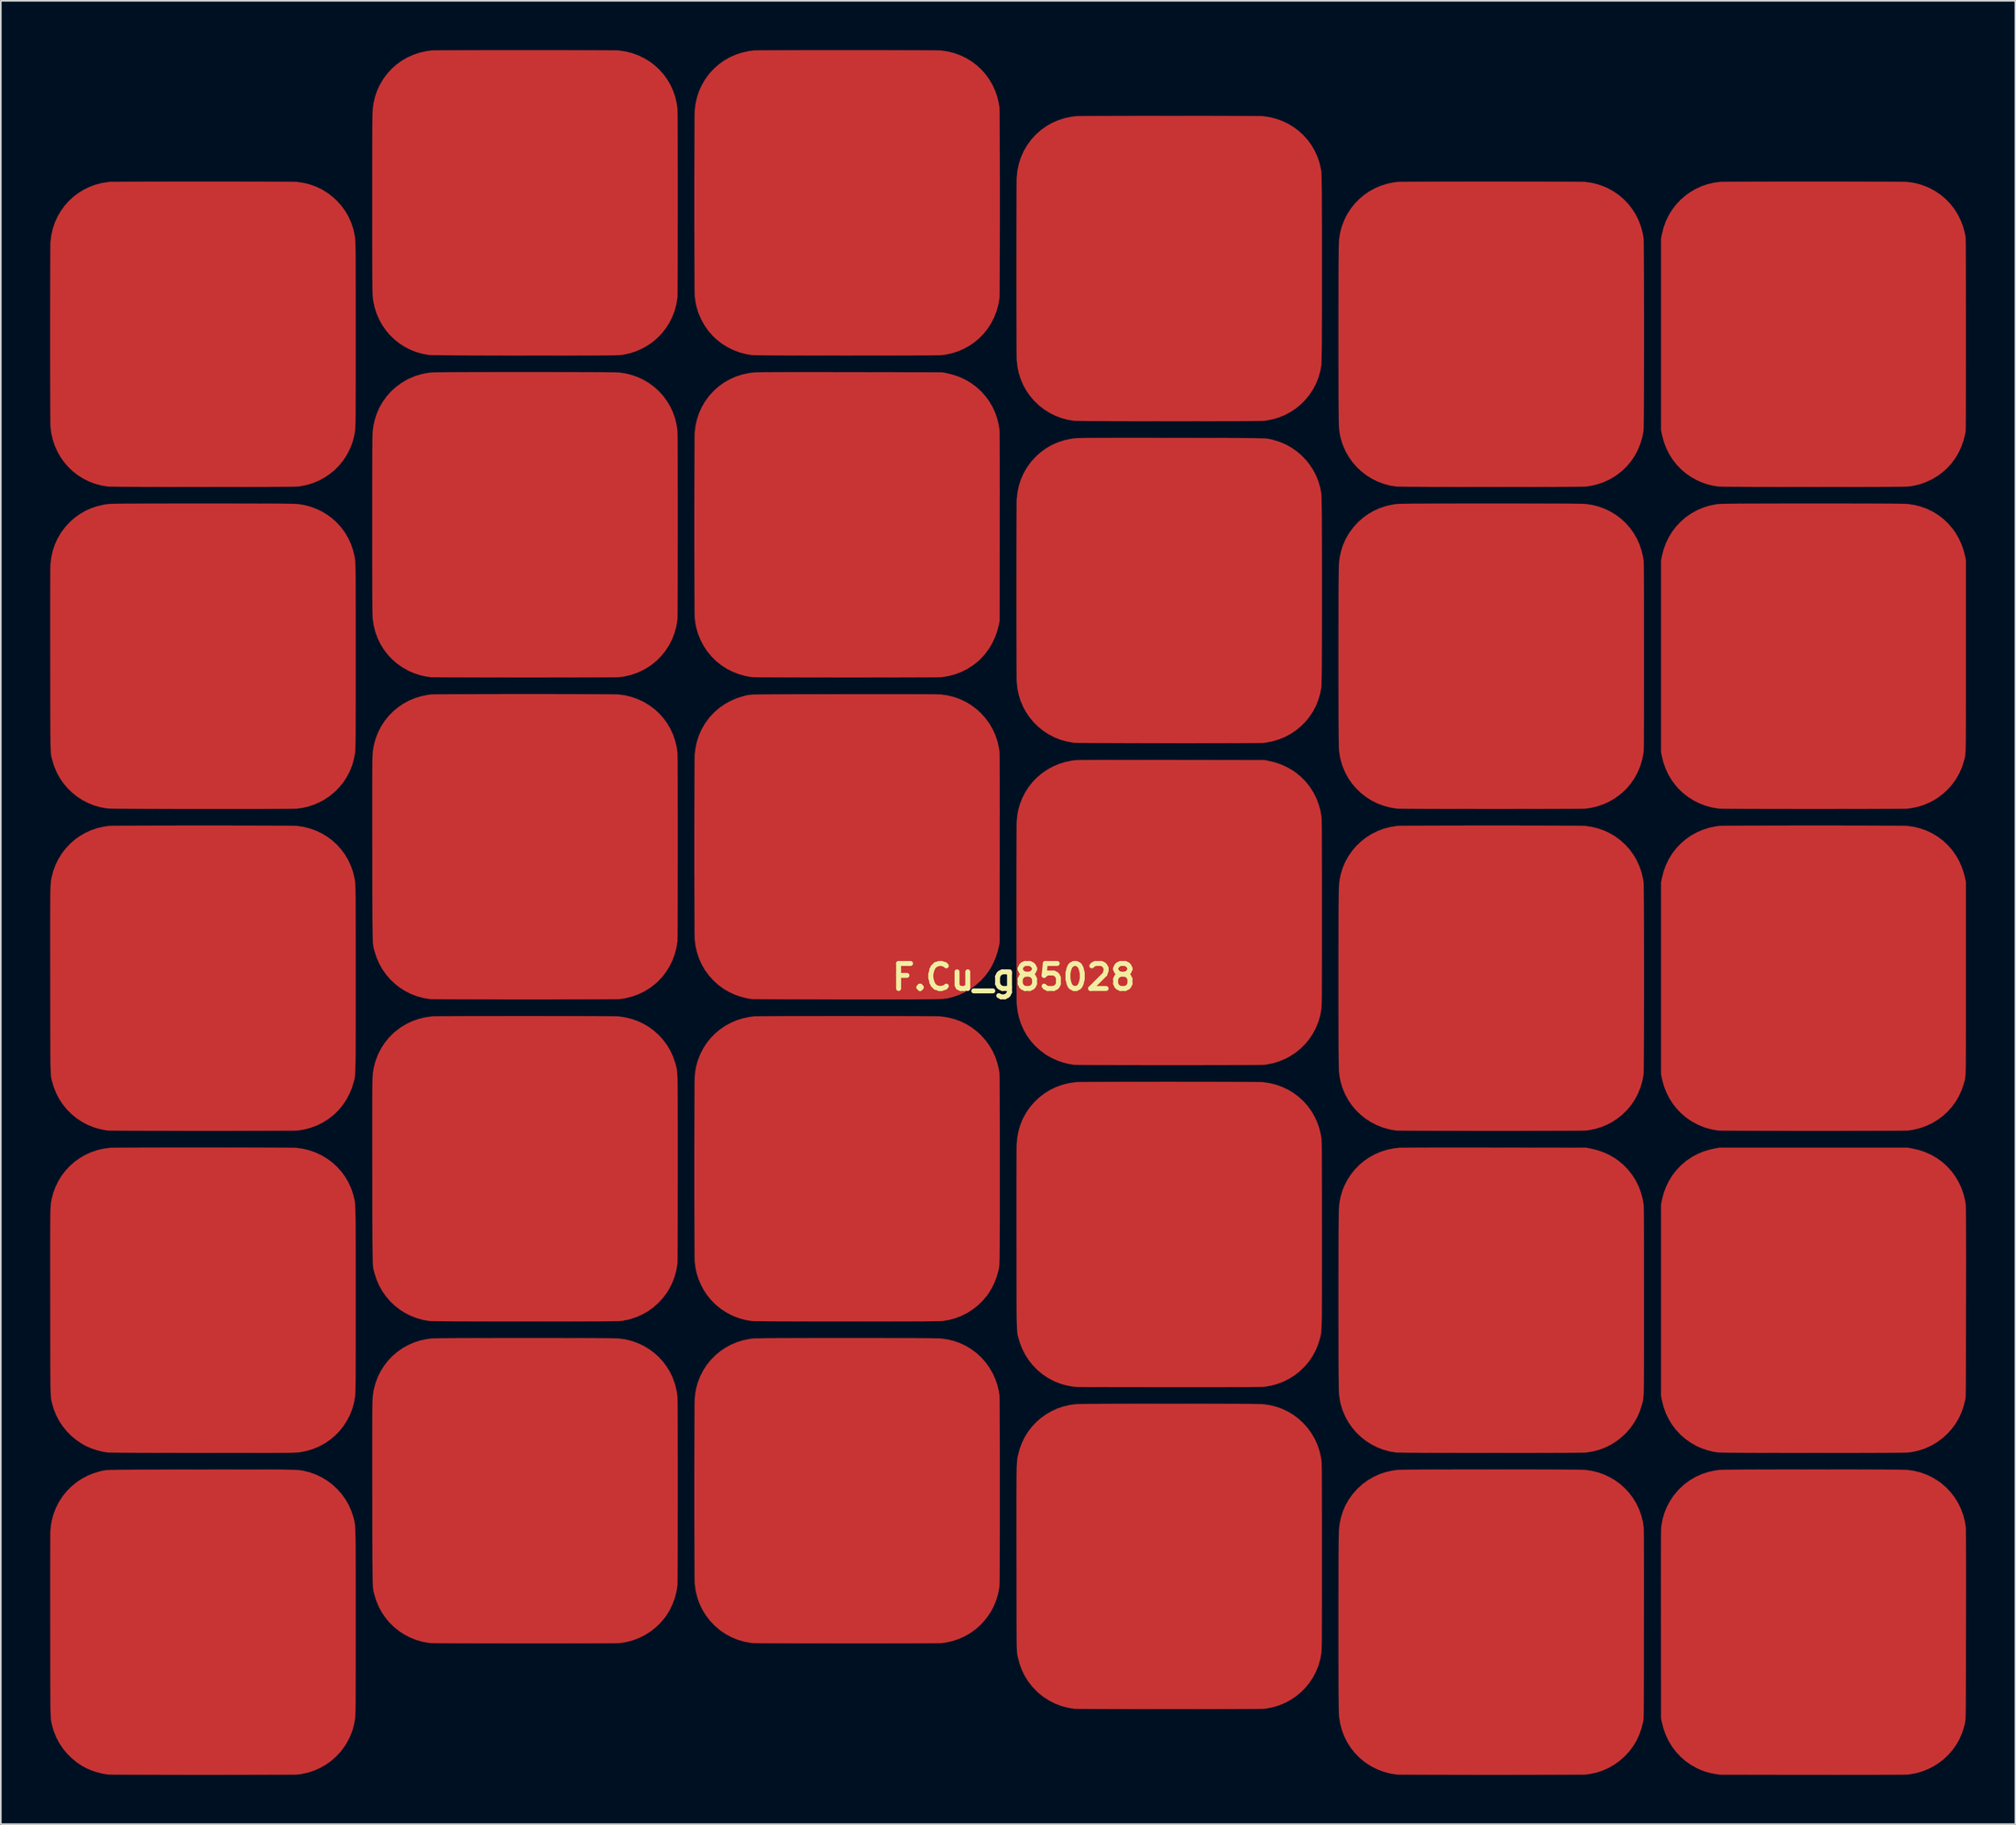
<source format=kicad_pcb>
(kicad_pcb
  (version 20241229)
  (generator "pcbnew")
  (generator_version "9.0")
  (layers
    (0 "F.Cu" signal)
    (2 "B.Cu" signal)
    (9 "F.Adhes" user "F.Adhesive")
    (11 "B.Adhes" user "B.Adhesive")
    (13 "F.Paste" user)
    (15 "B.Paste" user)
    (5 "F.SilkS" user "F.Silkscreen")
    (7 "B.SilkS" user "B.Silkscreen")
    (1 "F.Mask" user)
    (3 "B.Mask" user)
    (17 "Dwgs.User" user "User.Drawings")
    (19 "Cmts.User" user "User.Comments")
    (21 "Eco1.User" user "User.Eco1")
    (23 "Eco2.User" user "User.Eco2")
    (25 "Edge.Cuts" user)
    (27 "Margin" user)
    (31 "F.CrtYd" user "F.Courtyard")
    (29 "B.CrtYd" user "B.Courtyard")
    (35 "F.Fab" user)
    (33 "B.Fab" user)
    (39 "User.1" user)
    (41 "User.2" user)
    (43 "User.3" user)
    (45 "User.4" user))
  (footprint "F.Cu_g85028"
    (layer "F.Cu")
    (at 58.637 56.436)
    (property "Reference" "F.Cu_g85028" (at 0 0 0) (layer "F.SilkS") (effects (font (size 1.524 1.524) (thickness 0.3))))
    (attr through_hole)
    (fp_poly (pts (xy 54.663 10.429) (xy 55.077 10.524) (xy 55.469 10.656) (xy 55.839 10.822) (xy 56.185 11.023) (xy 56.507 11.256) (xy 56.802 11.523) (xy 57.07 11.821) (xy 57.28 12.106) (xy 57.493 12.459) (xy 57.666 12.829) (xy 57.8 13.213) (xy 57.895 13.612) (xy 57.933 13.864) (xy 57.935 13.9) (xy 57.938 13.961) (xy 57.94 14.048) (xy 57.942 14.162) (xy 57.944 14.305) (xy 57.945 14.477) (xy 57.947 14.679) (xy 57.948 14.913) (xy 57.949 15.178) (xy 57.95 15.476) (xy 57.951 15.808) (xy 57.951 16.175) (xy 57.952 16.577) (xy 57.952 17.016) (xy 57.952 17.493) (xy 57.951 18.009) (xy 57.951 18.564) (xy 57.951 19.159) (xy 57.95 19.791) (xy 57.949 20.375) (xy 57.948 20.919) (xy 57.948 21.423) (xy 57.947 21.889) (xy 57.946 22.32) (xy 57.946 22.715) (xy 57.945 23.077) (xy 57.944 23.408) (xy 57.943 23.709) (xy 57.942 23.981) (xy 57.941 24.226) (xy 57.94 24.445) (xy 57.939 24.64) (xy 57.938 24.813) (xy 57.936 24.965) (xy 57.935 25.098) (xy 57.933 25.212) (xy 57.931 25.31) (xy 57.929 25.394) (xy 57.926 25.463) (xy 57.924 25.522) (xy 57.921 25.569) (xy 57.918 25.609) (xy 57.915 25.64) (xy 57.912 25.667) (xy 57.908 25.689) (xy 57.906 25.699) (xy 57.805 26.11) (xy 57.672 26.493) (xy 57.508 26.851) (xy 57.309 27.187) (xy 57.076 27.502) (xy 56.812 27.794) (xy 56.512 28.066) (xy 56.188 28.305) (xy 55.843 28.508) (xy 55.479 28.675) (xy 55.099 28.805) (xy 54.707 28.895) (xy 54.423 28.934) (xy 54.381 28.936) (xy 54.298 28.938) (xy 54.179 28.94) (xy 54.023 28.942) (xy 53.834 28.943) (xy 53.613 28.945) (xy 53.363 28.946) (xy 53.086 28.947) (xy 52.784 28.948) (xy 52.46 28.949) (xy 52.114 28.95) (xy 51.751 28.951) (xy 51.371 28.952) (xy 50.977 28.952) (xy 50.571 28.953) (xy 50.155 28.953) (xy 49.732 28.953) (xy 49.303 28.954) (xy 48.871 28.954) (xy 48.438 28.954) (xy 48.006 28.953) (xy 47.577 28.953) (xy 47.154 28.953) (xy 46.738 28.952) (xy 46.332 28.951) (xy 45.937 28.951) (xy 45.557 28.95) (xy 45.193 28.949) (xy 44.847 28.948) (xy 44.522 28.947) (xy 44.219 28.945) (xy 43.941 28.944) (xy 43.691 28.943) (xy 43.469 28.941) (xy 43.279 28.939) (xy 43.122 28.937) (xy 43.001 28.936) (xy 42.918 28.934) (xy 42.875 28.932) (xy 42.873 28.931) (xy 42.555 28.88) (xy 42.228 28.798) (xy 41.906 28.69) (xy 41.604 28.56) (xy 41.562 28.539) (xy 41.204 28.336) (xy 40.873 28.102) (xy 40.572 27.838) (xy 40.301 27.546) (xy 40.061 27.228) (xy 39.854 26.885) (xy 39.682 26.52) (xy 39.545 26.134) (xy 39.451 25.758) (xy 39.402 25.516) (xy 39.402 13.811) (xy 39.452 13.568) (xy 39.555 13.165) (xy 39.696 12.78) (xy 39.872 12.416) (xy 40.082 12.074) (xy 40.326 11.757) (xy 40.602 11.466) (xy 40.909 11.203) (xy 40.968 11.158) (xy 41.29 10.942) (xy 41.626 10.761) (xy 41.98 10.615) (xy 42.357 10.5) (xy 42.683 10.429) (xy 42.937 10.382) (xy 54.409 10.382) (xy 54.663 10.429)) (stroke (width 0.01) (type solid)) (fill yes) (layer "F.Cu"))
    (fp_poly (pts (xy 49.412 -28.83) (xy 49.839 -28.83) (xy 50.26 -28.829) (xy 50.672 -28.829) (xy 51.074 -28.828) (xy 51.464 -28.827) (xy 51.839 -28.826) (xy 52.197 -28.826) (xy 52.536 -28.824) (xy 52.853 -28.823) (xy 53.147 -28.822) (xy 53.415 -28.82) (xy 53.655 -28.819) (xy 53.865 -28.817) (xy 54.043 -28.815) (xy 54.186 -28.813) (xy 54.293 -28.811) (xy 54.36 -28.809) (xy 54.38 -28.807) (xy 54.792 -28.746) (xy 55.188 -28.647) (xy 55.567 -28.51) (xy 55.925 -28.337) (xy 56.263 -28.128) (xy 56.577 -27.886) (xy 56.867 -27.61) (xy 57.13 -27.302) (xy 57.288 -27.083) (xy 57.497 -26.732) (xy 57.67 -26.36) (xy 57.807 -25.967) (xy 57.886 -25.655) (xy 57.944 -25.389) (xy 57.944 -19.558) (xy 57.944 -18.965) (xy 57.944 -18.413) (xy 57.944 -17.9) (xy 57.944 -17.425) (xy 57.944 -16.986) (xy 57.944 -16.582) (xy 57.943 -16.211) (xy 57.943 -15.871) (xy 57.942 -15.561) (xy 57.941 -15.279) (xy 57.94 -15.024) (xy 57.939 -14.794) (xy 57.937 -14.588) (xy 57.935 -14.405) (xy 57.933 -14.241) (xy 57.93 -14.097) (xy 57.927 -13.971) (xy 57.924 -13.86) (xy 57.92 -13.764) (xy 57.915 -13.68) (xy 57.91 -13.608) (xy 57.904 -13.545) (xy 57.898 -13.491) (xy 57.891 -13.443) (xy 57.884 -13.4) (xy 57.876 -13.361) (xy 57.867 -13.324) (xy 57.857 -13.287) (xy 57.847 -13.249) (xy 57.835 -13.208) (xy 57.824 -13.166) (xy 57.703 -12.784) (xy 57.544 -12.42) (xy 57.349 -12.076) (xy 57.121 -11.753) (xy 56.861 -11.455) (xy 56.572 -11.184) (xy 56.255 -10.941) (xy 55.912 -10.731) (xy 55.727 -10.636) (xy 55.372 -10.486) (xy 55.007 -10.373) (xy 54.625 -10.295) (xy 54.415 -10.267) (xy 54.375 -10.265) (xy 54.295 -10.263) (xy 54.177 -10.261) (xy 54.023 -10.26) (xy 53.835 -10.258) (xy 53.616 -10.256) (xy 53.368 -10.255) (xy 53.092 -10.254) (xy 52.792 -10.253) (xy 52.469 -10.252) (xy 52.125 -10.251) (xy 51.762 -10.25) (xy 51.384 -10.249) (xy 50.991 -10.249) (xy 50.586 -10.248) (xy 50.171 -10.248) (xy 49.749 -10.247) (xy 49.321 -10.247) (xy 48.89 -10.247) (xy 48.458 -10.247) (xy 48.026 -10.247) (xy 47.598 -10.247) (xy 47.176 -10.248) (xy 46.76 -10.248) (xy 46.355 -10.249) (xy 45.961 -10.25) (xy 45.582 -10.25) (xy 45.218 -10.251) (xy 44.873 -10.252) (xy 44.548 -10.253) (xy 44.246 -10.254) (xy 43.969 -10.256) (xy 43.719 -10.257) (xy 43.498 -10.259) (xy 43.308 -10.26) (xy 43.152 -10.262) (xy 43.032 -10.264) (xy 42.949 -10.266) (xy 42.906 -10.268) (xy 42.905 -10.268) (xy 42.504 -10.334) (xy 42.115 -10.438) (xy 41.741 -10.58) (xy 41.384 -10.758) (xy 41.047 -10.97) (xy 40.735 -11.214) (xy 40.449 -11.489) (xy 40.304 -11.652) (xy 40.058 -11.98) (xy 39.849 -12.327) (xy 39.677 -12.694) (xy 39.541 -13.082) (xy 39.452 -13.441) (xy 39.402 -13.684) (xy 39.402 -25.389) (xy 39.452 -25.633) (xy 39.555 -26.035) (xy 39.695 -26.419) (xy 39.871 -26.782) (xy 40.08 -27.122) (xy 40.321 -27.438) (xy 40.594 -27.728) (xy 40.895 -27.988) (xy 41.225 -28.219) (xy 41.581 -28.417) (xy 41.602 -28.428) (xy 41.969 -28.584) (xy 42.347 -28.701) (xy 42.74 -28.78) (xy 42.956 -28.806) (xy 43.001 -28.809) (xy 43.087 -28.811) (xy 43.21 -28.813) (xy 43.369 -28.815) (xy 43.561 -28.817) (xy 43.785 -28.818) (xy 44.038 -28.82) (xy 44.318 -28.822) (xy 44.623 -28.823) (xy 44.95 -28.824) (xy 45.298 -28.825) (xy 45.664 -28.826) (xy 46.046 -28.827) (xy 46.441 -28.828) (xy 46.849 -28.829) (xy 47.265 -28.829) (xy 47.689 -28.829) (xy 48.118 -28.83) (xy 48.549 -28.83) (xy 48.981 -28.83) (xy 49.412 -28.83)) (stroke (width 0.01) (type solid)) (fill yes) (layer "F.Cu"))
    (fp_poly (pts (xy 49.013 -9.229) (xy 49.443 -9.229) (xy 49.869 -9.229) (xy 50.289 -9.229) (xy 50.701 -9.228) (xy 51.102 -9.227) (xy 51.491 -9.227) (xy 51.864 -9.226) (xy 52.22 -9.225) (xy 52.557 -9.224) (xy 52.872 -9.222) (xy 53.164 -9.221) (xy 53.429 -9.219) (xy 53.666 -9.218) (xy 53.873 -9.216) (xy 54.047 -9.214) (xy 54.187 -9.212) (xy 54.289 -9.21) (xy 54.352 -9.208) (xy 54.367 -9.207) (xy 54.776 -9.148) (xy 55.169 -9.051) (xy 55.545 -8.917) (xy 55.9 -8.748) (xy 56.234 -8.546) (xy 56.545 -8.312) (xy 56.83 -8.048) (xy 57.089 -7.756) (xy 57.318 -7.436) (xy 57.517 -7.092) (xy 57.684 -6.723) (xy 57.816 -6.333) (xy 57.886 -6.054) (xy 57.944 -5.789) (xy 57.944 0.053) (xy 57.944 0.647) (xy 57.944 1.201) (xy 57.944 1.716) (xy 57.944 2.193) (xy 57.944 2.633) (xy 57.944 3.039) (xy 57.944 3.412) (xy 57.943 3.754) (xy 57.943 4.066) (xy 57.942 4.349) (xy 57.941 4.605) (xy 57.939 4.836) (xy 57.938 5.043) (xy 57.936 5.228) (xy 57.933 5.392) (xy 57.931 5.538) (xy 57.927 5.665) (xy 57.924 5.777) (xy 57.919 5.874) (xy 57.914 5.958) (xy 57.909 6.031) (xy 57.903 6.093) (xy 57.896 6.148) (xy 57.889 6.196) (xy 57.881 6.238) (xy 57.872 6.277) (xy 57.863 6.314) (xy 57.852 6.35) (xy 57.841 6.388) (xy 57.829 6.427) (xy 57.816 6.471) (xy 57.808 6.5) (xy 57.679 6.88) (xy 57.515 7.24) (xy 57.317 7.579) (xy 57.087 7.893) (xy 56.828 8.182) (xy 56.541 8.444) (xy 56.229 8.676) (xy 55.894 8.878) (xy 55.538 9.046) (xy 55.164 9.181) (xy 54.772 9.279) (xy 54.415 9.333) (xy 54.375 9.335) (xy 54.294 9.337) (xy 54.175 9.339) (xy 54.021 9.341) (xy 53.833 9.343) (xy 53.613 9.344) (xy 53.365 9.345) (xy 53.089 9.347) (xy 52.788 9.348) (xy 52.464 9.349) (xy 52.119 9.35) (xy 51.756 9.351) (xy 51.377 9.351) (xy 50.983 9.352) (xy 50.578 9.352) (xy 50.163 9.353) (xy 49.74 9.353) (xy 49.311 9.353) (xy 48.879 9.353) (xy 48.446 9.353) (xy 48.015 9.353) (xy 47.586 9.353) (xy 47.163 9.352) (xy 46.747 9.352) (xy 46.341 9.351) (xy 45.946 9.35) (xy 45.566 9.35) (xy 45.202 9.349) (xy 44.856 9.348) (xy 44.531 9.346) (xy 44.229 9.345) (xy 43.951 9.344) (xy 43.7 9.342) (xy 43.479 9.341) (xy 43.289 9.339) (xy 43.132 9.337) (xy 43.012 9.336) (xy 42.929 9.334) (xy 42.886 9.331) (xy 42.885 9.331) (xy 42.7 9.305) (xy 42.493 9.264) (xy 42.281 9.212) (xy 42.08 9.153) (xy 41.995 9.124) (xy 41.62 8.968) (xy 41.267 8.777) (xy 40.939 8.553) (xy 40.637 8.299) (xy 40.363 8.016) (xy 40.118 7.706) (xy 39.904 7.372) (xy 39.724 7.015) (xy 39.578 6.637) (xy 39.468 6.241) (xy 39.451 6.157) (xy 39.402 5.916) (xy 39.402 -5.789) (xy 39.452 -6.032) (xy 39.555 -6.436) (xy 39.695 -6.821) (xy 39.87 -7.184) (xy 40.079 -7.524) (xy 40.321 -7.839) (xy 40.593 -8.128) (xy 40.895 -8.388) (xy 41.224 -8.618) (xy 41.581 -8.816) (xy 41.603 -8.827) (xy 41.974 -8.983) (xy 42.361 -9.102) (xy 42.757 -9.181) (xy 42.968 -9.206) (xy 43.015 -9.208) (xy 43.102 -9.211) (xy 43.227 -9.213) (xy 43.388 -9.215) (xy 43.582 -9.217) (xy 43.807 -9.218) (xy 44.061 -9.22) (xy 44.343 -9.221) (xy 44.649 -9.223) (xy 44.977 -9.224) (xy 45.326 -9.225) (xy 45.692 -9.226) (xy 46.075 -9.227) (xy 46.471 -9.228) (xy 46.879 -9.228) (xy 47.296 -9.229) (xy 47.72 -9.229) (xy 48.149 -9.229) (xy 48.581 -9.229) (xy 49.013 -9.229)) (stroke (width 0.01) (type solid)) (fill yes) (layer "F.Cu"))
    (fp_poly (pts (xy -11.938 -36.827) (xy -11.399 -36.827) (xy -10.82 -36.826) (xy -10.199 -36.825) (xy -9.948 -36.825) (xy -4.35 -36.817) (xy -4.117 -36.772) (xy -3.701 -36.671) (xy -3.311 -36.538) (xy -2.945 -36.37) (xy -2.603 -36.168) (xy -2.282 -35.931) (xy -2.004 -35.679) (xy -1.731 -35.378) (xy -1.492 -35.053) (xy -1.289 -34.707) (xy -1.122 -34.341) (xy -0.993 -33.958) (xy -0.903 -33.559) (xy -0.868 -33.316) (xy -0.865 -33.277) (xy -0.863 -33.207) (xy -0.86 -33.104) (xy -0.858 -32.969) (xy -0.857 -32.801) (xy -0.855 -32.598) (xy -0.854 -32.361) (xy -0.853 -32.089) (xy -0.852 -31.781) (xy -0.851 -31.436) (xy -0.85 -31.054) (xy -0.85 -30.635) (xy -0.85 -30.176) (xy -0.849 -29.679) (xy -0.85 -29.142) (xy -0.85 -28.564) (xy -0.85 -27.945) (xy -0.851 -27.411) (xy -0.857 -21.706) (xy -0.906 -21.464) (xy -1.003 -21.078) (xy -1.137 -20.703) (xy -1.305 -20.343) (xy -1.505 -20.004) (xy -1.734 -19.69) (xy -1.989 -19.403) (xy -2.175 -19.229) (xy -2.499 -18.975) (xy -2.844 -18.757) (xy -3.207 -18.577) (xy -3.589 -18.435) (xy -3.986 -18.331) (xy -4.386 -18.268) (xy -4.426 -18.266) (xy -4.507 -18.264) (xy -4.626 -18.262) (xy -4.78 -18.26) (xy -4.968 -18.259) (xy -5.188 -18.257) (xy -5.436 -18.256) (xy -5.712 -18.255) (xy -6.013 -18.254) (xy -6.337 -18.252) (xy -6.682 -18.252) (xy -7.045 -18.251) (xy -7.424 -18.25) (xy -7.818 -18.249) (xy -8.223 -18.249) (xy -8.638 -18.249) (xy -9.061 -18.248) (xy -9.49 -18.248) (xy -9.922 -18.248) (xy -10.355 -18.248) (xy -10.786 -18.248) (xy -11.215 -18.249) (xy -11.638 -18.249) (xy -12.054 -18.25) (xy -12.46 -18.25) (xy -12.855 -18.251) (xy -13.235 -18.252) (xy -13.599 -18.253) (xy -13.945 -18.254) (xy -14.27 -18.255) (xy -14.572 -18.256) (xy -14.85 -18.257) (xy -15.101 -18.259) (xy -15.322 -18.26) (xy -15.512 -18.262) (xy -15.669 -18.264) (xy -15.789 -18.266) (xy -15.872 -18.268) (xy -15.915 -18.27) (xy -15.916 -18.27) (xy -16.015 -18.283) (xy -16.136 -18.303) (xy -16.262 -18.327) (xy -16.337 -18.343) (xy -16.731 -18.452) (xy -17.106 -18.599) (xy -17.461 -18.781) (xy -17.793 -18.996) (xy -18.1 -19.242) (xy -18.381 -19.519) (xy -18.633 -19.823) (xy -18.855 -20.153) (xy -19.043 -20.507) (xy -19.197 -20.884) (xy -19.217 -20.944) (xy -19.301 -21.23) (xy -19.361 -21.513) (xy -19.399 -21.809) (xy -19.41 -21.95) (xy -19.412 -22.004) (xy -19.414 -22.098) (xy -19.416 -22.23) (xy -19.418 -22.397) (xy -19.42 -22.598) (xy -19.421 -22.83) (xy -19.422 -23.09) (xy -19.424 -23.377) (xy -19.425 -23.688) (xy -19.426 -24.021) (xy -19.427 -24.374) (xy -19.428 -24.744) (xy -19.428 -25.13) (xy -19.429 -25.528) (xy -19.43 -25.938) (xy -19.43 -26.355) (xy -19.43 -26.779) (xy -19.43 -27.207) (xy -19.43 -27.637) (xy -19.43 -28.066) (xy -19.43 -28.492) (xy -19.43 -28.914) (xy -19.429 -29.328) (xy -19.429 -29.732) (xy -19.428 -30.125) (xy -19.427 -30.504) (xy -19.426 -30.866) (xy -19.425 -31.21) (xy -19.424 -31.533) (xy -19.423 -31.833) (xy -19.421 -32.107) (xy -19.42 -32.354) (xy -19.418 -32.572) (xy -19.417 -32.757) (xy -19.415 -32.908) (xy -19.413 -33.022) (xy -19.411 -33.098) (xy -19.41 -33.123) (xy -19.361 -33.54) (xy -19.274 -33.941) (xy -19.148 -34.324) (xy -18.984 -34.69) (xy -18.781 -35.039) (xy -18.54 -35.369) (xy -18.496 -35.422) (xy -18.221 -35.719) (xy -17.92 -35.982) (xy -17.595 -36.212) (xy -17.248 -36.407) (xy -16.881 -36.567) (xy -16.496 -36.689) (xy -16.096 -36.773) (xy -15.812 -36.809) (xy -15.767 -36.812) (xy -15.697 -36.814) (xy -15.598 -36.816) (xy -15.471 -36.818) (xy -15.315 -36.82) (xy -15.128 -36.822) (xy -14.911 -36.823) (xy -14.661 -36.824) (xy -14.378 -36.825) (xy -14.061 -36.826) (xy -13.71 -36.827) (xy -13.322 -36.827) (xy -12.899 -36.827) (xy -12.437 -36.827) (xy -11.938 -36.827)) (stroke (width 0.01) (type solid)) (fill yes) (layer "F.Cu"))
    (fp_poly (pts (xy 48.977 -48.43) (xy 49.407 -48.43) (xy 49.833 -48.43) (xy 50.254 -48.429) (xy 50.666 -48.429) (xy 51.068 -48.428) (xy 51.458 -48.427) (xy 51.833 -48.426) (xy 52.191 -48.425) (xy 52.53 -48.424) (xy 52.848 -48.423) (xy 53.142 -48.422) (xy 53.41 -48.42) (xy 53.651 -48.419) (xy 53.861 -48.417) (xy 54.04 -48.415) (xy 54.183 -48.413) (xy 54.291 -48.411) (xy 54.359 -48.409) (xy 54.38 -48.408) (xy 54.776 -48.351) (xy 55.152 -48.259) (xy 55.513 -48.132) (xy 55.743 -48.029) (xy 56.101 -47.832) (xy 56.432 -47.603) (xy 56.735 -47.344) (xy 57.008 -47.056) (xy 57.251 -46.742) (xy 57.461 -46.403) (xy 57.638 -46.041) (xy 57.781 -45.658) (xy 57.887 -45.255) (xy 57.916 -45.106) (xy 57.919 -45.083) (xy 57.921 -45.047) (xy 57.924 -44.998) (xy 57.926 -44.933) (xy 57.928 -44.851) (xy 57.93 -44.75) (xy 57.932 -44.631) (xy 57.934 -44.49) (xy 57.935 -44.327) (xy 57.937 -44.141) (xy 57.938 -43.929) (xy 57.939 -43.691) (xy 57.94 -43.426) (xy 57.941 -43.131) (xy 57.941 -42.806) (xy 57.942 -42.449) (xy 57.943 -42.059) (xy 57.943 -41.635) (xy 57.943 -41.174) (xy 57.944 -40.677) (xy 57.944 -40.14) (xy 57.944 -39.564) (xy 57.944 -39.127) (xy 57.944 -38.537) (xy 57.944 -37.989) (xy 57.944 -37.48) (xy 57.943 -37.009) (xy 57.943 -36.574) (xy 57.943 -36.174) (xy 57.943 -35.807) (xy 57.942 -35.472) (xy 57.942 -35.167) (xy 57.941 -34.89) (xy 57.941 -34.641) (xy 57.94 -34.417) (xy 57.939 -34.218) (xy 57.938 -34.041) (xy 57.936 -33.885) (xy 57.935 -33.749) (xy 57.933 -33.631) (xy 57.932 -33.53) (xy 57.93 -33.443) (xy 57.927 -33.37) (xy 57.925 -33.309) (xy 57.923 -33.259) (xy 57.92 -33.217) (xy 57.917 -33.183) (xy 57.913 -33.155) (xy 57.91 -33.131) (xy 57.907 -33.113) (xy 57.807 -32.703) (xy 57.672 -32.312) (xy 57.503 -31.944) (xy 57.299 -31.598) (xy 57.062 -31.278) (xy 56.793 -30.985) (xy 56.572 -30.784) (xy 56.241 -30.533) (xy 55.893 -30.321) (xy 55.527 -30.147) (xy 55.145 -30.012) (xy 54.747 -29.917) (xy 54.401 -29.867) (xy 54.36 -29.865) (xy 54.278 -29.863) (xy 54.158 -29.861) (xy 54.002 -29.86) (xy 53.813 -29.858) (xy 53.592 -29.857) (xy 53.343 -29.855) (xy 53.066 -29.854) (xy 52.764 -29.853) (xy 52.439 -29.852) (xy 52.094 -29.851) (xy 51.73 -29.85) (xy 51.35 -29.849) (xy 50.957 -29.849) (xy 50.551 -29.848) (xy 50.136 -29.848) (xy 49.713 -29.848) (xy 49.284 -29.848) (xy 48.853 -29.847) (xy 48.42 -29.848) (xy 47.989 -29.848) (xy 47.561 -29.848) (xy 47.139 -29.848) (xy 46.724 -29.849) (xy 46.319 -29.85) (xy 45.927 -29.85) (xy 45.548 -29.851) (xy 45.186 -29.852) (xy 44.842 -29.853) (xy 44.519 -29.854) (xy 44.22 -29.856) (xy 43.945 -29.857) (xy 43.697 -29.858) (xy 43.479 -29.86) (xy 43.292 -29.862) (xy 43.14 -29.863) (xy 43.023 -29.865) (xy 42.944 -29.867) (xy 42.907 -29.869) (xy 42.536 -29.927) (xy 42.164 -30.023) (xy 41.804 -30.154) (xy 41.618 -30.236) (xy 41.258 -30.432) (xy 40.924 -30.66) (xy 40.619 -30.918) (xy 40.344 -31.205) (xy 40.1 -31.518) (xy 39.888 -31.857) (xy 39.71 -32.219) (xy 39.566 -32.603) (xy 39.459 -33.006) (xy 39.452 -33.041) (xy 39.402 -33.285) (xy 39.402 -44.99) (xy 39.452 -45.233) (xy 39.556 -45.64) (xy 39.697 -46.026) (xy 39.874 -46.391) (xy 40.085 -46.732) (xy 40.33 -47.05) (xy 40.608 -47.341) (xy 40.918 -47.605) (xy 41.137 -47.763) (xy 41.485 -47.97) (xy 41.849 -48.139) (xy 42.231 -48.27) (xy 42.631 -48.362) (xy 42.965 -48.408) (xy 43.01 -48.41) (xy 43.094 -48.412) (xy 43.216 -48.414) (xy 43.374 -48.416) (xy 43.566 -48.418) (xy 43.789 -48.419) (xy 44.041 -48.421) (xy 44.321 -48.422) (xy 44.625 -48.424) (xy 44.951 -48.425) (xy 45.298 -48.426) (xy 45.663 -48.427) (xy 46.044 -48.428) (xy 46.439 -48.428) (xy 46.846 -48.429) (xy 47.262 -48.429) (xy 47.685 -48.43) (xy 48.114 -48.43) (xy 48.545 -48.43) (xy 48.977 -48.43)) (stroke (width 0.01) (type solid)) (fill yes) (layer "F.Cu"))
    (fp_poly (pts (xy 7.47 -13.226) (xy 8.005 -13.226) (xy 8.581 -13.225) (xy 9.198 -13.225) (xy 9.663 -13.224) (xy 15.251 -13.216) (xy 15.483 -13.171) (xy 15.894 -13.073) (xy 16.277 -12.942) (xy 16.637 -12.779) (xy 16.975 -12.582) (xy 17.192 -12.429) (xy 17.503 -12.169) (xy 17.783 -11.882) (xy 18.03 -11.568) (xy 18.243 -11.231) (xy 18.422 -10.873) (xy 18.565 -10.495) (xy 18.67 -10.101) (xy 18.731 -9.737) (xy 18.734 -9.696) (xy 18.737 -9.615) (xy 18.739 -9.495) (xy 18.741 -9.335) (xy 18.743 -9.136) (xy 18.745 -8.897) (xy 18.746 -8.617) (xy 18.748 -8.297) (xy 18.749 -7.937) (xy 18.75 -7.536) (xy 18.751 -7.093) (xy 18.752 -6.61) (xy 18.752 -6.085) (xy 18.753 -5.519) (xy 18.753 -4.91) (xy 18.753 -4.26) (xy 18.753 -3.927) (xy 18.753 -3.336) (xy 18.753 -2.786) (xy 18.753 -2.275) (xy 18.753 -1.803) (xy 18.752 -1.366) (xy 18.752 -0.965) (xy 18.751 -0.597) (xy 18.751 -0.262) (xy 18.75 0.043) (xy 18.749 0.319) (xy 18.748 0.567) (xy 18.747 0.79) (xy 18.746 0.987) (xy 18.744 1.161) (xy 18.743 1.313) (xy 18.741 1.445) (xy 18.739 1.558) (xy 18.737 1.654) (xy 18.735 1.734) (xy 18.732 1.799) (xy 18.73 1.852) (xy 18.727 1.893) (xy 18.724 1.924) (xy 18.723 1.929) (xy 18.649 2.33) (xy 18.536 2.717) (xy 18.386 3.086) (xy 18.201 3.437) (xy 17.982 3.765) (xy 17.731 4.07) (xy 17.45 4.348) (xy 17.14 4.598) (xy 16.803 4.817) (xy 16.526 4.964) (xy 16.171 5.114) (xy 15.806 5.227) (xy 15.424 5.305) (xy 15.214 5.333) (xy 15.174 5.335) (xy 15.093 5.337) (xy 14.975 5.339) (xy 14.82 5.34) (xy 14.632 5.342) (xy 14.413 5.344) (xy 14.164 5.345) (xy 13.888 5.346) (xy 13.587 5.347) (xy 13.263 5.348) (xy 12.918 5.349) (xy 12.555 5.35) (xy 12.176 5.351) (xy 11.783 5.351) (xy 11.377 5.352) (xy 10.962 5.352) (xy 10.539 5.353) (xy 10.11 5.353) (xy 9.679 5.353) (xy 9.246 5.353) (xy 8.814 5.352) (xy 8.385 5.352) (xy 7.962 5.352) (xy 7.546 5.351) (xy 7.14 5.351) (xy 6.746 5.35) (xy 6.365 5.349) (xy 6.001 5.348) (xy 5.656 5.347) (xy 5.33 5.346) (xy 5.028 5.345) (xy 4.75 5.343) (xy 4.5 5.342) (xy 4.278 5.34) (xy 4.088 5.339) (xy 3.932 5.337) (xy 3.811 5.335) (xy 3.728 5.333) (xy 3.685 5.331) (xy 3.684 5.331) (xy 3.347 5.278) (xy 3.002 5.19) (xy 2.66 5.071) (xy 2.332 4.924) (xy 2.027 4.754) (xy 1.949 4.704) (xy 1.619 4.46) (xy 1.32 4.188) (xy 1.053 3.891) (xy 0.82 3.569) (xy 0.621 3.225) (xy 0.458 2.861) (xy 0.331 2.479) (xy 0.243 2.08) (xy 0.193 1.666) (xy 0.19 1.635) (xy 0.188 1.582) (xy 0.186 1.488) (xy 0.185 1.356) (xy 0.183 1.189) (xy 0.181 0.988) (xy 0.18 0.757) (xy 0.178 0.496) (xy 0.177 0.209) (xy 0.176 -0.102) (xy 0.175 -0.435) (xy 0.174 -0.788) (xy 0.173 -1.158) (xy 0.172 -1.543) (xy 0.172 -1.942) (xy 0.171 -2.351) (xy 0.171 -2.769) (xy 0.17 -3.192) (xy 0.17 -3.62) (xy 0.17 -4.049) (xy 0.17 -4.478) (xy 0.171 -4.904) (xy 0.171 -5.325) (xy 0.171 -5.738) (xy 0.172 -6.142) (xy 0.172 -6.533) (xy 0.173 -6.911) (xy 0.174 -7.272) (xy 0.175 -7.615) (xy 0.176 -7.936) (xy 0.177 -8.235) (xy 0.179 -8.508) (xy 0.18 -8.753) (xy 0.182 -8.968) (xy 0.183 -9.151) (xy 0.185 -9.3) (xy 0.187 -9.411) (xy 0.189 -9.484) (xy 0.19 -9.504) (xy 0.224 -9.843) (xy 0.281 -10.16) (xy 0.364 -10.469) (xy 0.382 -10.526) (xy 0.527 -10.901) (xy 0.707 -11.254) (xy 0.92 -11.584) (xy 1.163 -11.889) (xy 1.435 -12.167) (xy 1.733 -12.418) (xy 2.055 -12.637) (xy 2.398 -12.825) (xy 2.76 -12.979) (xy 3.139 -13.096) (xy 3.533 -13.177) (xy 3.799 -13.208) (xy 3.847 -13.211) (xy 3.925 -13.213) (xy 4.033 -13.216) (xy 4.173 -13.218) (xy 4.346 -13.219) (xy 4.551 -13.221) (xy 4.79 -13.222) (xy 5.064 -13.223) (xy 5.372 -13.224) (xy 5.717 -13.225) (xy 6.098 -13.226) (xy 6.517 -13.226) (xy 6.974 -13.226) (xy 7.47 -13.226)) (stroke (width 0.01) (type solid)) (fill yes) (layer "F.Cu"))
    (fp_poly (pts (xy 49.038 29.971) (xy 49.468 29.971) (xy 49.894 29.972) (xy 50.313 29.972) (xy 50.724 29.973) (xy 51.124 29.973) (xy 51.511 29.974) (xy 51.883 29.975) (xy 52.238 29.976) (xy 52.573 29.977) (xy 52.887 29.979) (xy 53.176 29.98) (xy 53.44 29.982) (xy 53.675 29.983) (xy 53.879 29.985) (xy 54.05 29.987) (xy 54.187 29.989) (xy 54.286 29.991) (xy 54.346 29.994) (xy 54.356 29.994) (xy 54.768 30.053) (xy 55.165 30.15) (xy 55.547 30.286) (xy 55.911 30.46) (xy 56.256 30.672) (xy 56.45 30.815) (xy 56.754 31.078) (xy 57.027 31.37) (xy 57.268 31.687) (xy 57.476 32.027) (xy 57.649 32.388) (xy 57.786 32.765) (xy 57.884 33.158) (xy 57.933 33.465) (xy 57.935 33.5) (xy 57.938 33.56) (xy 57.94 33.647) (xy 57.942 33.76) (xy 57.944 33.902) (xy 57.945 34.072) (xy 57.947 34.272) (xy 57.948 34.503) (xy 57.949 34.766) (xy 57.95 35.062) (xy 57.95 35.391) (xy 57.951 35.755) (xy 57.951 36.155) (xy 57.951 36.591) (xy 57.951 37.064) (xy 57.951 37.576) (xy 57.95 38.128) (xy 57.95 38.719) (xy 57.949 39.353) (xy 57.949 39.402) (xy 57.948 39.987) (xy 57.947 40.532) (xy 57.947 41.037) (xy 57.946 41.505) (xy 57.946 41.937) (xy 57.945 42.334) (xy 57.944 42.699) (xy 57.943 43.032) (xy 57.942 43.335) (xy 57.941 43.61) (xy 57.94 43.858) (xy 57.938 44.081) (xy 57.937 44.281) (xy 57.935 44.459) (xy 57.932 44.616) (xy 57.929 44.754) (xy 57.926 44.876) (xy 57.923 44.981) (xy 57.919 45.072) (xy 57.915 45.151) (xy 57.91 45.219) (xy 57.904 45.277) (xy 57.898 45.328) (xy 57.892 45.372) (xy 57.885 45.411) (xy 57.877 45.447) (xy 57.869 45.482) (xy 57.859 45.517) (xy 57.849 45.553) (xy 57.839 45.592) (xy 57.829 45.629) (xy 57.711 46.006) (xy 57.557 46.364) (xy 57.368 46.703) (xy 57.146 47.02) (xy 56.895 47.313) (xy 56.616 47.58) (xy 56.312 47.819) (xy 55.986 48.029) (xy 55.638 48.206) (xy 55.273 48.35) (xy 54.892 48.457) (xy 54.498 48.527) (xy 54.436 48.534) (xy 54.393 48.537) (xy 54.312 48.539) (xy 54.195 48.541) (xy 54.039 48.543) (xy 53.846 48.545) (xy 53.615 48.547) (xy 53.344 48.548) (xy 53.035 48.55) (xy 52.687 48.551) (xy 52.299 48.552) (xy 51.87 48.552) (xy 51.402 48.553) (xy 50.893 48.553) (xy 50.342 48.554) (xy 49.751 48.554) (xy 49.117 48.553) (xy 48.637 48.553) (xy 48.152 48.553) (xy 47.678 48.553) (xy 47.217 48.552) (xy 46.77 48.552) (xy 46.339 48.551) (xy 45.926 48.551) (xy 45.532 48.55) (xy 45.16 48.55) (xy 44.81 48.549) (xy 44.486 48.548) (xy 44.188 48.548) (xy 43.919 48.547) (xy 43.68 48.546) (xy 43.473 48.546) (xy 43.3 48.545) (xy 43.162 48.544) (xy 43.061 48.544) (xy 42.999 48.543) (xy 42.979 48.542) (xy 42.66 48.497) (xy 42.373 48.438) (xy 42.106 48.364) (xy 41.85 48.272) (xy 41.595 48.157) (xy 41.563 48.141) (xy 41.208 47.942) (xy 40.88 47.71) (xy 40.581 47.448) (xy 40.31 47.158) (xy 40.07 46.84) (xy 39.862 46.498) (xy 39.688 46.132) (xy 39.548 45.744) (xy 39.451 45.37) (xy 39.402 45.138) (xy 39.395 39.381) (xy 39.395 38.748) (xy 39.394 38.157) (xy 39.394 37.607) (xy 39.393 37.095) (xy 39.393 36.622) (xy 39.394 36.186) (xy 39.394 35.786) (xy 39.394 35.422) (xy 39.395 35.092) (xy 39.396 34.794) (xy 39.397 34.529) (xy 39.398 34.296) (xy 39.399 34.092) (xy 39.401 33.917) (xy 39.403 33.771) (xy 39.405 33.652) (xy 39.407 33.558) (xy 39.409 33.49) (xy 39.412 33.446) (xy 39.413 33.433) (xy 39.485 33.027) (xy 39.597 32.636) (xy 39.747 32.261) (xy 39.935 31.905) (xy 40.159 31.568) (xy 40.419 31.255) (xy 40.53 31.137) (xy 40.83 30.865) (xy 41.154 30.627) (xy 41.5 30.425) (xy 41.865 30.259) (xy 42.248 30.13) (xy 42.647 30.04) (xy 42.989 29.994) (xy 43.037 29.992) (xy 43.124 29.99) (xy 43.249 29.988) (xy 43.41 29.986) (xy 43.605 29.984) (xy 43.831 29.982) (xy 44.085 29.981) (xy 44.367 29.979) (xy 44.674 29.978) (xy 45.002 29.977) (xy 45.351 29.975) (xy 45.718 29.974) (xy 46.101 29.974) (xy 46.498 29.973) (xy 46.905 29.972) (xy 47.322 29.972) (xy 47.746 29.972) (xy 48.175 29.971) (xy 48.607 29.971) (xy 49.038 29.971)) (stroke (width 0.01) (type solid)) (fill yes) (layer "F.Cu"))
    (fp_poly (pts (xy 27.363 10.375) (xy 27.936 10.376) (xy 28.55 10.376) (xy 29.205 10.377) (xy 29.252 10.377) (xy 34.851 10.384) (xy 35.084 10.43) (xy 35.495 10.529) (xy 35.88 10.66) (xy 36.241 10.824) (xy 36.58 11.022) (xy 36.79 11.169) (xy 37.102 11.43) (xy 37.383 11.719) (xy 37.631 12.034) (xy 37.846 12.371) (xy 38.025 12.73) (xy 38.167 13.107) (xy 38.272 13.502) (xy 38.322 13.782) (xy 38.325 13.809) (xy 38.328 13.844) (xy 38.331 13.889) (xy 38.334 13.945) (xy 38.336 14.013) (xy 38.338 14.095) (xy 38.34 14.193) (xy 38.342 14.308) (xy 38.344 14.441) (xy 38.345 14.594) (xy 38.347 14.769) (xy 38.348 14.966) (xy 38.349 15.188) (xy 38.35 15.436) (xy 38.351 15.712) (xy 38.351 16.016) (xy 38.352 16.351) (xy 38.352 16.718) (xy 38.353 17.118) (xy 38.353 17.553) (xy 38.353 18.024) (xy 38.353 18.533) (xy 38.354 19.082) (xy 38.354 19.658) (xy 38.354 20.248) (xy 38.354 20.797) (xy 38.354 21.307) (xy 38.354 21.78) (xy 38.354 22.216) (xy 38.354 22.618) (xy 38.353 22.987) (xy 38.353 23.325) (xy 38.352 23.633) (xy 38.351 23.913) (xy 38.35 24.166) (xy 38.348 24.394) (xy 38.346 24.598) (xy 38.344 24.781) (xy 38.341 24.944) (xy 38.338 25.087) (xy 38.335 25.214) (xy 38.331 25.324) (xy 38.326 25.421) (xy 38.321 25.505) (xy 38.315 25.579) (xy 38.309 25.643) (xy 38.302 25.699) (xy 38.294 25.749) (xy 38.286 25.794) (xy 38.277 25.837) (xy 38.267 25.878) (xy 38.256 25.919) (xy 38.244 25.961) (xy 38.232 26.007) (xy 38.224 26.035) (xy 38.103 26.416) (xy 37.944 26.778) (xy 37.752 27.119) (xy 37.527 27.438) (xy 37.273 27.732) (xy 36.992 27.999) (xy 36.686 28.237) (xy 36.357 28.445) (xy 36.009 28.62) (xy 35.642 28.761) (xy 35.261 28.864) (xy 34.866 28.929) (xy 34.822 28.934) (xy 34.78 28.936) (xy 34.698 28.938) (xy 34.578 28.94) (xy 34.423 28.942) (xy 34.233 28.943) (xy 34.013 28.945) (xy 33.763 28.946) (xy 33.486 28.947) (xy 33.184 28.948) (xy 32.859 28.949) (xy 32.514 28.95) (xy 32.15 28.951) (xy 31.771 28.952) (xy 31.377 28.952) (xy 30.971 28.953) (xy 30.555 28.953) (xy 30.132 28.953) (xy 29.703 28.954) (xy 29.271 28.954) (xy 28.838 28.954) (xy 28.406 28.953) (xy 27.977 28.953) (xy 27.553 28.953) (xy 27.137 28.952) (xy 26.731 28.951) (xy 26.337 28.951) (xy 25.957 28.95) (xy 25.592 28.949) (xy 25.247 28.948) (xy 24.921 28.947) (xy 24.619 28.945) (xy 24.341 28.944) (xy 24.09 28.943) (xy 23.869 28.941) (xy 23.679 28.939) (xy 23.522 28.937) (xy 23.401 28.936) (xy 23.318 28.934) (xy 23.274 28.932) (xy 23.273 28.931) (xy 22.879 28.866) (xy 22.497 28.762) (xy 22.13 28.62) (xy 21.781 28.444) (xy 21.452 28.235) (xy 21.145 27.994) (xy 20.863 27.725) (xy 20.608 27.429) (xy 20.384 27.109) (xy 20.191 26.765) (xy 20.034 26.401) (xy 19.983 26.256) (xy 19.901 25.973) (xy 19.843 25.691) (xy 19.804 25.394) (xy 19.79 25.209) (xy 19.788 25.154) (xy 19.787 25.059) (xy 19.785 24.926) (xy 19.783 24.757) (xy 19.782 24.555) (xy 19.78 24.322) (xy 19.779 24.061) (xy 19.778 23.773) (xy 19.776 23.461) (xy 19.775 23.127) (xy 19.775 22.773) (xy 19.774 22.402) (xy 19.773 22.016) (xy 19.773 21.617) (xy 19.772 21.207) (xy 19.772 20.79) (xy 19.771 20.366) (xy 19.771 19.938) (xy 19.771 19.51) (xy 19.771 19.081) (xy 19.772 18.656) (xy 19.772 18.237) (xy 19.772 17.825) (xy 19.773 17.422) (xy 19.774 17.032) (xy 19.774 16.657) (xy 19.775 16.298) (xy 19.776 15.958) (xy 19.777 15.639) (xy 19.778 15.344) (xy 19.78 15.075) (xy 19.781 14.834) (xy 19.783 14.623) (xy 19.784 14.445) (xy 19.786 14.301) (xy 19.788 14.195) (xy 19.79 14.128) (xy 19.79 14.117) (xy 19.832 13.709) (xy 19.91 13.322) (xy 20.024 12.953) (xy 20.111 12.736) (xy 20.293 12.372) (xy 20.508 12.034) (xy 20.754 11.723) (xy 21.028 11.44) (xy 21.328 11.186) (xy 21.653 10.965) (xy 22 10.776) (xy 22.366 10.621) (xy 22.751 10.503) (xy 23.15 10.422) (xy 23.4 10.393) (xy 23.448 10.39) (xy 23.53 10.387) (xy 23.646 10.385) (xy 23.798 10.383) (xy 23.986 10.382) (xy 24.209 10.38) (xy 24.47 10.379) (xy 24.767 10.378) (xy 25.103 10.377) (xy 25.476 10.376) (xy 25.889 10.376) (xy 26.34 10.375) (xy 26.832 10.375) (xy 27.363 10.375)) (stroke (width 0.01) (type solid)) (fill yes) (layer "F.Cu"))
    (fp_poly (pts (xy -7.416 -17.226) (xy -6.961 -17.226) (xy -6.546 -17.226) (xy -6.17 -17.225) (xy -5.832 -17.224) (xy -5.532 -17.223) (xy -5.269 -17.221) (xy -5.044 -17.22) (xy -4.855 -17.218) (xy -4.702 -17.216) (xy -4.585 -17.214) (xy -4.503 -17.211) (xy -4.456 -17.209) (xy -4.045 -17.152) (xy -3.648 -17.056) (xy -3.268 -16.921) (xy -2.906 -16.749) (xy -2.564 -16.541) (xy -2.243 -16.297) (xy -2.001 -16.074) (xy -1.727 -15.77) (xy -1.487 -15.444) (xy -1.284 -15.096) (xy -1.118 -14.729) (xy -0.99 -14.345) (xy -0.9 -13.945) (xy -0.868 -13.716) (xy -0.865 -13.677) (xy -0.863 -13.606) (xy -0.86 -13.504) (xy -0.858 -13.369) (xy -0.857 -13.2) (xy -0.855 -12.998) (xy -0.854 -12.761) (xy -0.853 -12.489) (xy -0.852 -12.181) (xy -0.851 -11.836) (xy -0.85 -11.454) (xy -0.85 -11.034) (xy -0.85 -10.576) (xy -0.849 -10.079) (xy -0.85 -9.541) (xy -0.85 -8.964) (xy -0.85 -8.345) (xy -0.851 -7.811) (xy -0.857 -2.106) (xy -0.906 -1.864) (xy -0.985 -1.545) (xy -1.091 -1.222) (xy -1.222 -0.908) (xy -1.371 -0.614) (xy -1.504 -0.397) (xy -1.741 -0.079) (xy -2.01 0.214) (xy -2.308 0.478) (xy -2.63 0.712) (xy -2.973 0.913) (xy -3.334 1.078) (xy -3.709 1.205) (xy -3.836 1.239) (xy -3.884 1.251) (xy -3.927 1.261) (xy -3.97 1.271) (xy -4.012 1.281) (xy -4.055 1.289) (xy -4.102 1.297) (xy -4.153 1.304) (xy -4.211 1.311) (xy -4.276 1.317) (xy -4.35 1.322) (xy -4.436 1.327) (xy -4.534 1.332) (xy -4.646 1.335) (xy -4.774 1.339) (xy -4.919 1.342) (xy -5.082 1.344) (xy -5.267 1.346) (xy -5.473 1.348) (xy -5.703 1.35) (xy -5.957 1.351) (xy -6.239 1.352) (xy -6.549 1.352) (xy -6.889 1.353) (xy -7.26 1.353) (xy -7.664 1.353) (xy -8.103 1.353) (xy -8.578 1.353) (xy -9.091 1.352) (xy -9.643 1.352) (xy -10.17 1.352) (xy -10.68 1.352) (xy -11.176 1.351) (xy -11.657 1.351) (xy -12.121 1.35) (xy -12.566 1.349) (xy -12.991 1.348) (xy -13.395 1.347) (xy -13.775 1.346) (xy -14.129 1.345) (xy -14.457 1.343) (xy -14.756 1.342) (xy -15.026 1.341) (xy -15.263 1.339) (xy -15.467 1.337) (xy -15.637 1.336) (xy -15.769 1.334) (xy -15.863 1.332) (xy -15.917 1.331) (xy -15.928 1.33) (xy -16.273 1.273) (xy -16.624 1.181) (xy -16.969 1.059) (xy -17.298 0.909) (xy -17.602 0.736) (xy -17.65 0.705) (xy -17.981 0.46) (xy -18.281 0.187) (xy -18.548 -0.112) (xy -18.783 -0.434) (xy -18.982 -0.779) (xy -19.146 -1.143) (xy -19.272 -1.525) (xy -19.361 -1.922) (xy -19.41 -2.333) (xy -19.41 -2.339) (xy -19.412 -2.391) (xy -19.414 -2.484) (xy -19.416 -2.614) (xy -19.418 -2.78) (xy -19.42 -2.98) (xy -19.421 -3.21) (xy -19.422 -3.469) (xy -19.424 -3.755) (xy -19.425 -4.065) (xy -19.426 -4.397) (xy -19.427 -4.749) (xy -19.428 -5.119) (xy -19.429 -5.504) (xy -19.429 -5.902) (xy -19.43 -6.311) (xy -19.43 -6.728) (xy -19.43 -7.152) (xy -19.43 -7.58) (xy -19.43 -8.009) (xy -19.43 -8.439) (xy -19.43 -8.865) (xy -19.43 -9.287) (xy -19.429 -9.701) (xy -19.429 -10.106) (xy -19.428 -10.499) (xy -19.427 -10.879) (xy -19.427 -11.242) (xy -19.426 -11.587) (xy -19.424 -11.911) (xy -19.423 -12.212) (xy -19.422 -12.488) (xy -19.42 -12.736) (xy -19.419 -12.955) (xy -19.417 -13.142) (xy -19.415 -13.295) (xy -19.413 -13.411) (xy -19.411 -13.489) (xy -19.41 -13.517) (xy -19.361 -13.935) (xy -19.274 -14.337) (xy -19.148 -14.722) (xy -18.984 -15.089) (xy -18.781 -15.439) (xy -18.539 -15.77) (xy -18.488 -15.833) (xy -18.219 -16.121) (xy -17.92 -16.381) (xy -17.595 -16.609) (xy -17.247 -16.805) (xy -16.881 -16.966) (xy -16.498 -17.089) (xy -16.456 -17.1) (xy -16.41 -17.112) (xy -16.368 -17.123) (xy -16.33 -17.134) (xy -16.293 -17.143) (xy -16.256 -17.152) (xy -16.217 -17.16) (xy -16.175 -17.168) (xy -16.127 -17.175) (xy -16.074 -17.181) (xy -16.012 -17.186) (xy -15.94 -17.191) (xy -15.857 -17.196) (xy -15.761 -17.2) (xy -15.651 -17.203) (xy -15.524 -17.207) (xy -15.38 -17.209) (xy -15.217 -17.212) (xy -15.033 -17.214) (xy -14.826 -17.215) (xy -14.596 -17.217) (xy -14.34 -17.218) (xy -14.056 -17.219) (xy -13.744 -17.22) (xy -13.402 -17.221) (xy -13.027 -17.222) (xy -12.619 -17.222) (xy -12.176 -17.223) (xy -11.696 -17.223) (xy -11.178 -17.224) (xy -10.62 -17.224) (xy -10.298 -17.225) (xy -9.638 -17.226) (xy -9.021 -17.226) (xy -8.445 -17.226) (xy -7.91 -17.226) (xy -7.416 -17.226)) (stroke (width 0.01) (type solid)) (fill yes) (layer "F.Cu"))
    (fp_poly (pts (xy 9.776 -52.431) (xy 10.206 -52.43) (xy 10.632 -52.43) (xy 11.053 -52.43) (xy 11.465 -52.429) (xy 11.867 -52.429) (xy 12.257 -52.428) (xy 12.632 -52.427) (xy 12.99 -52.426) (xy 13.329 -52.425) (xy 13.647 -52.424) (xy 13.941 -52.422) (xy 14.209 -52.421) (xy 14.45 -52.419) (xy 14.66 -52.418) (xy 14.839 -52.416) (xy 14.983 -52.414) (xy 15.09 -52.412) (xy 15.158 -52.41) (xy 15.18 -52.408) (xy 15.585 -52.348) (xy 15.976 -52.249) (xy 16.349 -52.115) (xy 16.702 -51.946) (xy 17.034 -51.745) (xy 17.343 -51.513) (xy 17.627 -51.253) (xy 17.884 -50.966) (xy 18.112 -50.654) (xy 18.308 -50.319) (xy 18.472 -49.963) (xy 18.601 -49.588) (xy 18.693 -49.195) (xy 18.723 -49.004) (xy 18.726 -48.957) (xy 18.729 -48.87) (xy 18.732 -48.745) (xy 18.735 -48.585) (xy 18.738 -48.39) (xy 18.74 -48.165) (xy 18.743 -47.91) (xy 18.745 -47.627) (xy 18.747 -47.32) (xy 18.748 -46.99) (xy 18.75 -46.64) (xy 18.751 -46.271) (xy 18.753 -45.885) (xy 18.754 -45.486) (xy 18.755 -45.075) (xy 18.755 -44.654) (xy 18.756 -44.225) (xy 18.756 -43.791) (xy 18.756 -43.354) (xy 18.756 -42.915) (xy 18.756 -42.478) (xy 18.756 -42.044) (xy 18.755 -41.615) (xy 18.755 -41.195) (xy 18.754 -40.783) (xy 18.753 -40.384) (xy 18.751 -39.999) (xy 18.75 -39.63) (xy 18.748 -39.28) (xy 18.747 -38.95) (xy 18.745 -38.644) (xy 18.743 -38.362) (xy 18.74 -38.107) (xy 18.738 -37.882) (xy 18.735 -37.688) (xy 18.732 -37.528) (xy 18.729 -37.404) (xy 18.726 -37.317) (xy 18.723 -37.272) (xy 18.649 -36.873) (xy 18.537 -36.489) (xy 18.39 -36.124) (xy 18.209 -35.779) (xy 17.995 -35.456) (xy 17.752 -35.157) (xy 17.481 -34.883) (xy 17.184 -34.637) (xy 16.863 -34.421) (xy 16.521 -34.236) (xy 16.158 -34.084) (xy 15.778 -33.969) (xy 15.382 -33.89) (xy 15.201 -33.868) (xy 15.159 -33.866) (xy 15.077 -33.864) (xy 14.957 -33.862) (xy 14.802 -33.86) (xy 14.612 -33.859) (xy 14.392 -33.857) (xy 14.142 -33.856) (xy 13.865 -33.854) (xy 13.563 -33.853) (xy 13.238 -33.852) (xy 12.893 -33.851) (xy 12.53 -33.851) (xy 12.15 -33.85) (xy 11.756 -33.849) (xy 11.35 -33.849) (xy 10.935 -33.848) (xy 10.512 -33.848) (xy 10.084 -33.848) (xy 9.652 -33.848) (xy 9.22 -33.848) (xy 8.789 -33.848) (xy 8.361 -33.849) (xy 7.938 -33.849) (xy 7.524 -33.849) (xy 7.119 -33.85) (xy 6.726 -33.851) (xy 6.347 -33.852) (xy 5.985 -33.853) (xy 5.642 -33.854) (xy 5.319 -33.855) (xy 5.019 -33.856) (xy 4.744 -33.857) (xy 4.496 -33.859) (xy 4.278 -33.86) (xy 4.092 -33.862) (xy 3.939 -33.864) (xy 3.822 -33.866) (xy 3.744 -33.868) (xy 3.706 -33.87) (xy 3.31 -33.932) (xy 2.926 -34.033) (xy 2.556 -34.172) (xy 2.203 -34.347) (xy 1.869 -34.555) (xy 1.558 -34.795) (xy 1.272 -35.065) (xy 1.014 -35.363) (xy 0.786 -35.687) (xy 0.592 -36.036) (xy 0.582 -36.055) (xy 0.431 -36.408) (xy 0.316 -36.769) (xy 0.237 -37.143) (xy 0.192 -37.538) (xy 0.19 -37.565) (xy 0.188 -37.619) (xy 0.186 -37.713) (xy 0.185 -37.845) (xy 0.183 -38.012) (xy 0.181 -38.212) (xy 0.18 -38.444) (xy 0.178 -38.704) (xy 0.177 -38.991) (xy 0.176 -39.302) (xy 0.175 -39.635) (xy 0.174 -39.988) (xy 0.173 -40.359) (xy 0.172 -40.744) (xy 0.172 -41.142) (xy 0.171 -41.552) (xy 0.171 -41.969) (xy 0.17 -42.393) (xy 0.17 -42.821) (xy 0.17 -43.25) (xy 0.17 -43.679) (xy 0.171 -44.105) (xy 0.171 -44.525) (xy 0.171 -44.939) (xy 0.172 -45.342) (xy 0.172 -45.734) (xy 0.173 -46.112) (xy 0.174 -46.473) (xy 0.175 -46.815) (xy 0.176 -47.137) (xy 0.177 -47.435) (xy 0.179 -47.708) (xy 0.18 -47.954) (xy 0.182 -48.169) (xy 0.183 -48.352) (xy 0.185 -48.5) (xy 0.187 -48.612) (xy 0.189 -48.685) (xy 0.19 -48.705) (xy 0.237 -49.124) (xy 0.322 -49.525) (xy 0.446 -49.909) (xy 0.609 -50.275) (xy 0.81 -50.624) (xy 1.049 -50.955) (xy 1.104 -51.022) (xy 1.379 -51.319) (xy 1.681 -51.582) (xy 2.006 -51.812) (xy 2.354 -52.008) (xy 2.722 -52.167) (xy 3.107 -52.29) (xy 3.509 -52.375) (xy 3.765 -52.408) (xy 3.809 -52.41) (xy 3.893 -52.413) (xy 4.016 -52.415) (xy 4.174 -52.416) (xy 4.365 -52.418) (xy 4.588 -52.42) (xy 4.841 -52.421) (xy 5.12 -52.423) (xy 5.424 -52.424) (xy 5.75 -52.425) (xy 6.097 -52.426) (xy 6.462 -52.427) (xy 6.844 -52.428) (xy 7.238 -52.429) (xy 7.645 -52.429) (xy 8.061 -52.43) (xy 8.484 -52.43) (xy 8.913 -52.43) (xy 9.344 -52.431) (xy 9.776 -52.431)) (stroke (width 0.01) (type solid)) (fill yes) (layer "F.Cu"))
    (fp_poly (pts (xy -29.423 -56.431) (xy -28.992 -56.431) (xy -28.566 -56.431) (xy -28.145 -56.43) (xy -27.733 -56.43) (xy -27.331 -56.429) (xy -26.941 -56.428) (xy -26.567 -56.427) (xy -26.209 -56.426) (xy -25.87 -56.425) (xy -25.552 -56.424) (xy -25.258 -56.423) (xy -24.99 -56.421) (xy -24.75 -56.419) (xy -24.539 -56.418) (xy -24.361 -56.416) (xy -24.218 -56.414) (xy -24.11 -56.412) (xy -24.042 -56.41) (xy -24.021 -56.408) (xy -23.614 -56.347) (xy -23.224 -56.248) (xy -22.85 -56.112) (xy -22.497 -55.943) (xy -22.164 -55.742) (xy -21.855 -55.51) (xy -21.572 -55.249) (xy -21.316 -54.962) (xy -21.088 -54.65) (xy -20.892 -54.315) (xy -20.729 -53.959) (xy -20.601 -53.584) (xy -20.51 -53.191) (xy -20.48 -52.995) (xy -20.476 -52.965) (xy -20.473 -52.929) (xy -20.47 -52.885) (xy -20.467 -52.831) (xy -20.465 -52.766) (xy -20.463 -52.688) (xy -20.461 -52.596) (xy -20.459 -52.489) (xy -20.457 -52.364) (xy -20.455 -52.22) (xy -20.454 -52.056) (xy -20.453 -51.871) (xy -20.452 -51.661) (xy -20.451 -51.427) (xy -20.45 -51.167) (xy -20.449 -50.879) (xy -20.449 -50.561) (xy -20.448 -50.212) (xy -20.448 -49.831) (xy -20.448 -49.415) (xy -20.447 -48.964) (xy -20.447 -48.476) (xy -20.447 -47.949) (xy -20.447 -47.382) (xy -20.447 -47.142) (xy -20.447 -46.475) (xy -20.448 -45.847) (xy -20.448 -45.26) (xy -20.449 -44.713) (xy -20.449 -44.206) (xy -20.45 -43.741) (xy -20.451 -43.316) (xy -20.453 -42.932) (xy -20.454 -42.589) (xy -20.456 -42.287) (xy -20.457 -42.027) (xy -20.459 -41.809) (xy -20.462 -41.632) (xy -20.464 -41.497) (xy -20.466 -41.404) (xy -20.469 -41.353) (xy -20.469 -41.349) (xy -20.536 -40.947) (xy -20.641 -40.559) (xy -20.784 -40.187) (xy -20.963 -39.833) (xy -21.175 -39.501) (xy -21.42 -39.191) (xy -21.695 -38.908) (xy -21.999 -38.652) (xy -22.331 -38.426) (xy -22.638 -38.258) (xy -22.999 -38.1) (xy -23.367 -37.982) (xy -23.748 -37.901) (xy -24 -37.868) (xy -24.047 -37.866) (xy -24.135 -37.863) (xy -24.26 -37.861) (xy -24.42 -37.859) (xy -24.614 -37.857) (xy -24.839 -37.855) (xy -25.094 -37.854) (xy -25.375 -37.852) (xy -25.681 -37.851) (xy -26.01 -37.85) (xy -26.358 -37.849) (xy -26.726 -37.848) (xy -27.109 -37.847) (xy -27.506 -37.847) (xy -27.914 -37.846) (xy -28.332 -37.846) (xy -28.758 -37.846) (xy -29.188 -37.846) (xy -29.622 -37.846) (xy -30.056 -37.847) (xy -30.489 -37.847) (xy -30.918 -37.848) (xy -31.342 -37.849) (xy -31.757 -37.85) (xy -32.163 -37.851) (xy -32.556 -37.852) (xy -32.935 -37.853) (xy -33.297 -37.855) (xy -33.641 -37.856) (xy -33.963 -37.858) (xy -34.263 -37.86) (xy -34.537 -37.861) (xy -34.783 -37.864) (xy -35 -37.866) (xy -35.185 -37.868) (xy -35.336 -37.87) (xy -35.451 -37.873) (xy -35.527 -37.875) (xy -35.56 -37.878) (xy -35.959 -37.947) (xy -36.341 -38.054) (xy -36.707 -38.197) (xy -37.052 -38.374) (xy -37.376 -38.583) (xy -37.677 -38.821) (xy -37.952 -39.088) (xy -38.201 -39.381) (xy -38.42 -39.698) (xy -38.608 -40.036) (xy -38.763 -40.395) (xy -38.884 -40.771) (xy -38.968 -41.164) (xy -39.01 -41.527) (xy -39.012 -41.579) (xy -39.014 -41.671) (xy -39.016 -41.8) (xy -39.018 -41.965) (xy -39.02 -42.164) (xy -39.021 -42.393) (xy -39.023 -42.652) (xy -39.024 -42.937) (xy -39.025 -43.247) (xy -39.027 -43.578) (xy -39.028 -43.93) (xy -39.028 -44.299) (xy -39.029 -44.684) (xy -39.03 -45.082) (xy -39.03 -45.491) (xy -39.031 -45.908) (xy -39.031 -46.332) (xy -39.031 -46.76) (xy -39.031 -47.191) (xy -39.031 -47.62) (xy -39.031 -48.048) (xy -39.031 -48.47) (xy -39.03 -48.886) (xy -39.03 -49.292) (xy -39.029 -49.687) (xy -39.028 -50.068) (xy -39.027 -50.434) (xy -39.026 -50.781) (xy -39.025 -51.107) (xy -39.024 -51.411) (xy -39.023 -51.69) (xy -39.021 -51.942) (xy -39.019 -52.164) (xy -39.018 -52.354) (xy -39.016 -52.511) (xy -39.014 -52.632) (xy -39.012 -52.714) (xy -39.01 -52.749) (xy -38.96 -53.161) (xy -38.87 -53.559) (xy -38.742 -53.942) (xy -38.575 -54.309) (xy -38.37 -54.658) (xy -38.357 -54.677) (xy -38.113 -55.004) (xy -37.841 -55.301) (xy -37.543 -55.566) (xy -37.22 -55.797) (xy -36.874 -55.995) (xy -36.508 -56.157) (xy -36.124 -56.283) (xy -35.723 -56.37) (xy -35.436 -56.409) (xy -35.391 -56.411) (xy -35.307 -56.413) (xy -35.184 -56.415) (xy -35.026 -56.417) (xy -34.834 -56.419) (xy -34.611 -56.421) (xy -34.358 -56.422) (xy -34.079 -56.424) (xy -33.775 -56.425) (xy -33.448 -56.426) (xy -33.101 -56.427) (xy -32.736 -56.428) (xy -32.355 -56.429) (xy -31.96 -56.43) (xy -31.553 -56.43) (xy -31.137 -56.431) (xy -30.714 -56.431) (xy -30.285 -56.431) (xy -29.854 -56.431) (xy -29.423 -56.431)) (stroke (width 0.01) (type solid)) (fill yes) (layer "F.Cu"))
    (fp_poly (pts (xy -9.81 -56.431) (xy -9.379 -56.431) (xy -8.953 -56.431) (xy -8.532 -56.43) (xy -8.119 -56.43) (xy -7.717 -56.429) (xy -7.327 -56.428) (xy -6.952 -56.427) (xy -6.594 -56.426) (xy -6.256 -56.425) (xy -5.938 -56.424) (xy -5.644 -56.422) (xy -5.376 -56.421) (xy -5.136 -56.419) (xy -4.926 -56.417) (xy -4.748 -56.415) (xy -4.605 -56.413) (xy -4.499 -56.411) (xy -4.431 -56.409) (xy -4.412 -56.407) (xy -4.006 -56.347) (xy -3.615 -56.248) (xy -3.243 -56.112) (xy -2.89 -55.943) (xy -2.558 -55.74) (xy -2.25 -55.507) (xy -1.967 -55.245) (xy -1.711 -54.956) (xy -1.484 -54.642) (xy -1.288 -54.305) (xy -1.125 -53.945) (xy -0.996 -53.567) (xy -0.904 -53.17) (xy -0.869 -52.938) (xy -0.867 -52.898) (xy -0.864 -52.818) (xy -0.862 -52.7) (xy -0.86 -52.546) (xy -0.859 -52.359) (xy -0.857 -52.14) (xy -0.855 -51.891) (xy -0.854 -51.615) (xy -0.852 -51.314) (xy -0.851 -50.991) (xy -0.85 -50.646) (xy -0.849 -50.283) (xy -0.848 -49.903) (xy -0.848 -49.51) (xy -0.847 -49.104) (xy -0.846 -48.688) (xy -0.846 -48.264) (xy -0.846 -47.835) (xy -0.846 -47.402) (xy -0.846 -46.968) (xy -0.846 -46.535) (xy -0.846 -46.105) (xy -0.846 -45.68) (xy -0.847 -45.262) (xy -0.847 -44.854) (xy -0.848 -44.457) (xy -0.849 -44.075) (xy -0.85 -43.708) (xy -0.851 -43.359) (xy -0.852 -43.031) (xy -0.854 -42.725) (xy -0.855 -42.443) (xy -0.857 -42.188) (xy -0.858 -41.963) (xy -0.86 -41.768) (xy -0.862 -41.607) (xy -0.864 -41.48) (xy -0.866 -41.392) (xy -0.868 -41.343) (xy -0.869 -41.338) (xy -0.939 -40.933) (xy -1.048 -40.544) (xy -1.191 -40.173) (xy -1.369 -39.823) (xy -1.578 -39.496) (xy -1.818 -39.192) (xy -2.085 -38.914) (xy -2.379 -38.664) (xy -2.697 -38.444) (xy -3.037 -38.256) (xy -3.397 -38.1) (xy -3.777 -37.98) (xy -4.173 -37.898) (xy -4.4 -37.868) (xy -4.441 -37.866) (xy -4.522 -37.864) (xy -4.642 -37.862) (xy -4.797 -37.861) (xy -4.985 -37.859) (xy -5.205 -37.858) (xy -5.454 -37.856) (xy -5.731 -37.855) (xy -6.032 -37.854) (xy -6.356 -37.853) (xy -6.7 -37.852) (xy -7.063 -37.851) (xy -7.442 -37.85) (xy -7.835 -37.85) (xy -8.24 -37.849) (xy -8.655 -37.849) (xy -9.077 -37.849) (xy -9.505 -37.849) (xy -9.936 -37.848) (xy -10.368 -37.848) (xy -10.799 -37.849) (xy -11.226 -37.849) (xy -11.648 -37.849) (xy -12.063 -37.85) (xy -12.468 -37.85) (xy -12.861 -37.851) (xy -13.239 -37.852) (xy -13.602 -37.853) (xy -13.946 -37.854) (xy -14.269 -37.855) (xy -14.57 -37.856) (xy -14.846 -37.857) (xy -15.094 -37.859) (xy -15.314 -37.86) (xy -15.502 -37.862) (xy -15.656 -37.864) (xy -15.775 -37.865) (xy -15.855 -37.867) (xy -15.896 -37.869) (xy -15.896 -37.869) (xy -16.296 -37.935) (xy -16.686 -38.04) (xy -17.062 -38.182) (xy -17.421 -38.361) (xy -17.759 -38.573) (xy -18.073 -38.819) (xy -18.322 -39.055) (xy -18.581 -39.354) (xy -18.81 -39.681) (xy -19.005 -40.03) (xy -19.165 -40.396) (xy -19.218 -40.545) (xy -19.302 -40.833) (xy -19.361 -41.117) (xy -19.4 -41.415) (xy -19.41 -41.55) (xy -19.412 -41.604) (xy -19.414 -41.698) (xy -19.416 -41.83) (xy -19.418 -41.998) (xy -19.42 -42.198) (xy -19.421 -42.43) (xy -19.422 -42.69) (xy -19.424 -42.977) (xy -19.425 -43.288) (xy -19.426 -43.621) (xy -19.427 -43.974) (xy -19.428 -44.345) (xy -19.428 -44.73) (xy -19.429 -45.129) (xy -19.43 -45.538) (xy -19.43 -45.956) (xy -19.43 -46.38) (xy -19.43 -46.808) (xy -19.43 -47.237) (xy -19.43 -47.666) (xy -19.43 -48.093) (xy -19.43 -48.514) (xy -19.429 -48.928) (xy -19.429 -49.332) (xy -19.428 -49.725) (xy -19.427 -50.104) (xy -19.426 -50.466) (xy -19.425 -50.81) (xy -19.424 -51.133) (xy -19.423 -51.433) (xy -19.421 -51.708) (xy -19.42 -51.955) (xy -19.418 -52.172) (xy -19.417 -52.357) (xy -19.415 -52.508) (xy -19.413 -52.623) (xy -19.411 -52.698) (xy -19.41 -52.723) (xy -19.361 -53.141) (xy -19.274 -53.541) (xy -19.148 -53.924) (xy -18.984 -54.29) (xy -18.781 -54.639) (xy -18.539 -54.972) (xy -18.497 -55.023) (xy -18.224 -55.317) (xy -17.925 -55.579) (xy -17.601 -55.809) (xy -17.254 -56.004) (xy -16.887 -56.164) (xy -16.503 -56.288) (xy -16.102 -56.374) (xy -15.836 -56.409) (xy -15.791 -56.411) (xy -15.705 -56.413) (xy -15.582 -56.415) (xy -15.423 -56.417) (xy -15.23 -56.419) (xy -15.006 -56.421) (xy -14.753 -56.422) (xy -14.473 -56.424) (xy -14.169 -56.425) (xy -13.841 -56.426) (xy -13.494 -56.427) (xy -13.128 -56.428) (xy -12.746 -56.429) (xy -12.35 -56.43) (xy -11.943 -56.43) (xy -11.526 -56.431) (xy -11.103 -56.431) (xy -10.674 -56.431) (xy -10.242 -56.431) (xy -9.81 -56.431)) (stroke (width 0.01) (type solid)) (fill yes) (layer "F.Cu"))
    (fp_poly (pts (xy 29.361 -48.429) (xy 29.791 -48.429) (xy 30.218 -48.429) (xy 30.639 -48.428) (xy 31.051 -48.428) (xy 31.454 -48.427) (xy 31.844 -48.427) (xy 32.219 -48.426) (xy 32.577 -48.425) (xy 32.917 -48.424) (xy 33.235 -48.423) (xy 33.53 -48.421) (xy 33.799 -48.42) (xy 34.041 -48.418) (xy 34.253 -48.417) (xy 34.432 -48.415) (xy 34.577 -48.413) (xy 34.686 -48.411) (xy 34.756 -48.409) (xy 34.78 -48.408) (xy 35.169 -48.352) (xy 35.537 -48.263) (xy 35.892 -48.139) (xy 36.143 -48.028) (xy 36.498 -47.833) (xy 36.827 -47.606) (xy 37.128 -47.349) (xy 37.401 -47.063) (xy 37.643 -46.752) (xy 37.853 -46.417) (xy 38.029 -46.06) (xy 38.17 -45.685) (xy 38.274 -45.292) (xy 38.322 -45.019) (xy 38.326 -44.973) (xy 38.329 -44.886) (xy 38.332 -44.762) (xy 38.335 -44.602) (xy 38.338 -44.408) (xy 38.34 -44.183) (xy 38.343 -43.928) (xy 38.345 -43.646) (xy 38.347 -43.339) (xy 38.349 -43.01) (xy 38.351 -42.659) (xy 38.352 -42.29) (xy 38.353 -41.905) (xy 38.354 -41.506) (xy 38.355 -41.094) (xy 38.356 -40.673) (xy 38.357 -40.244) (xy 38.357 -39.81) (xy 38.357 -39.372) (xy 38.357 -38.934) (xy 38.357 -38.496) (xy 38.357 -38.061) (xy 38.356 -37.632) (xy 38.355 -37.21) (xy 38.354 -36.798) (xy 38.353 -36.398) (xy 38.352 -36.011) (xy 38.351 -35.641) (xy 38.349 -35.29) (xy 38.347 -34.958) (xy 38.345 -34.65) (xy 38.343 -34.366) (xy 38.341 -34.109) (xy 38.338 -33.882) (xy 38.335 -33.685) (xy 38.332 -33.523) (xy 38.329 -33.396) (xy 38.326 -33.306) (xy 38.322 -33.257) (xy 38.322 -33.255) (xy 38.245 -32.855) (xy 38.129 -32.469) (xy 37.977 -32.098) (xy 37.791 -31.747) (xy 37.57 -31.419) (xy 37.318 -31.115) (xy 37.036 -30.839) (xy 36.972 -30.784) (xy 36.642 -30.534) (xy 36.293 -30.322) (xy 35.926 -30.148) (xy 35.543 -30.013) (xy 35.145 -29.917) (xy 34.801 -29.867) (xy 34.759 -29.865) (xy 34.677 -29.863) (xy 34.558 -29.861) (xy 34.402 -29.86) (xy 34.213 -29.858) (xy 33.992 -29.857) (xy 33.742 -29.855) (xy 33.465 -29.854) (xy 33.163 -29.853) (xy 32.839 -29.852) (xy 32.494 -29.851) (xy 32.13 -29.85) (xy 31.75 -29.849) (xy 31.356 -29.849) (xy 30.951 -29.848) (xy 30.535 -29.848) (xy 30.112 -29.848) (xy 29.684 -29.848) (xy 29.252 -29.847) (xy 28.82 -29.848) (xy 28.389 -29.848) (xy 27.961 -29.848) (xy 27.538 -29.848) (xy 27.124 -29.849) (xy 26.719 -29.85) (xy 26.326 -29.85) (xy 25.948 -29.851) (xy 25.585 -29.852) (xy 25.242 -29.853) (xy 24.919 -29.854) (xy 24.619 -29.856) (xy 24.344 -29.857) (xy 24.097 -29.858) (xy 23.878 -29.86) (xy 23.692 -29.862) (xy 23.539 -29.863) (xy 23.422 -29.865) (xy 23.344 -29.867) (xy 23.307 -29.869) (xy 22.91 -29.931) (xy 22.526 -30.033) (xy 22.158 -30.171) (xy 21.806 -30.345) (xy 21.475 -30.551) (xy 21.166 -30.789) (xy 20.882 -31.056) (xy 20.625 -31.351) (xy 20.398 -31.671) (xy 20.203 -32.014) (xy 20.042 -32.379) (xy 19.983 -32.548) (xy 19.901 -32.83) (xy 19.842 -33.113) (xy 19.804 -33.413) (xy 19.79 -33.592) (xy 19.788 -33.647) (xy 19.787 -33.742) (xy 19.785 -33.876) (xy 19.783 -34.045) (xy 19.782 -34.247) (xy 19.78 -34.48) (xy 19.779 -34.741) (xy 19.778 -35.029) (xy 19.776 -35.342) (xy 19.775 -35.676) (xy 19.775 -36.03) (xy 19.774 -36.401) (xy 19.773 -36.787) (xy 19.772 -37.186) (xy 19.772 -37.596) (xy 19.772 -38.014) (xy 19.771 -38.437) (xy 19.771 -38.865) (xy 19.771 -39.294) (xy 19.771 -39.722) (xy 19.772 -40.147) (xy 19.772 -40.567) (xy 19.772 -40.979) (xy 19.773 -41.381) (xy 19.774 -41.771) (xy 19.774 -42.146) (xy 19.775 -42.505) (xy 19.776 -42.845) (xy 19.777 -43.163) (xy 19.778 -43.458) (xy 19.78 -43.727) (xy 19.781 -43.968) (xy 19.783 -44.179) (xy 19.784 -44.357) (xy 19.786 -44.5) (xy 19.788 -44.606) (xy 19.79 -44.672) (xy 19.79 -44.683) (xy 19.819 -45.003) (xy 19.868 -45.299) (xy 19.938 -45.584) (xy 19.98 -45.719) (xy 20.126 -46.097) (xy 20.307 -46.453) (xy 20.521 -46.786) (xy 20.765 -47.093) (xy 21.038 -47.372) (xy 21.337 -47.623) (xy 21.66 -47.843) (xy 22.004 -48.031) (xy 22.369 -48.185) (xy 22.75 -48.302) (xy 23.147 -48.382) (xy 23.357 -48.408) (xy 23.401 -48.41) (xy 23.485 -48.412) (xy 23.607 -48.414) (xy 23.765 -48.416) (xy 23.956 -48.417) (xy 24.179 -48.419) (xy 24.43 -48.421) (xy 24.709 -48.422) (xy 25.013 -48.423) (xy 25.339 -48.424) (xy 25.685 -48.425) (xy 26.05 -48.426) (xy 26.431 -48.427) (xy 26.825 -48.428) (xy 27.232 -48.428) (xy 27.647 -48.429) (xy 28.07 -48.429) (xy 28.499 -48.429) (xy 28.93 -48.429) (xy 29.361 -48.429)) (stroke (width 0.01) (type solid)) (fill yes) (layer "F.Cu"))
    (fp_poly (pts (xy -29.424 -36.831) (xy -28.994 -36.831) (xy -28.567 -36.83) (xy -28.147 -36.83) (xy -27.735 -36.829) (xy -27.333 -36.829) (xy -26.944 -36.828) (xy -26.57 -36.827) (xy -26.212 -36.826) (xy -25.874 -36.825) (xy -25.557 -36.824) (xy -25.264 -36.822) (xy -24.996 -36.821) (xy -24.756 -36.819) (xy -24.547 -36.817) (xy -24.37 -36.816) (xy -24.227 -36.814) (xy -24.121 -36.811) (xy -24.054 -36.809) (xy -24.035 -36.808) (xy -23.63 -36.75) (xy -23.241 -36.653) (xy -22.869 -36.52) (xy -22.515 -36.353) (xy -22.183 -36.153) (xy -21.873 -35.923) (xy -21.589 -35.664) (xy -21.331 -35.379) (xy -21.102 -35.068) (xy -20.904 -34.735) (xy -20.739 -34.381) (xy -20.608 -34.007) (xy -20.515 -33.616) (xy -20.48 -33.395) (xy -20.476 -33.365) (xy -20.473 -33.329) (xy -20.47 -33.284) (xy -20.467 -33.23) (xy -20.465 -33.165) (xy -20.463 -33.088) (xy -20.461 -32.996) (xy -20.459 -32.888) (xy -20.457 -32.763) (xy -20.455 -32.62) (xy -20.454 -32.456) (xy -20.453 -32.27) (xy -20.452 -32.061) (xy -20.451 -31.827) (xy -20.45 -31.567) (xy -20.449 -31.278) (xy -20.449 -30.96) (xy -20.448 -30.612) (xy -20.448 -30.23) (xy -20.448 -29.815) (xy -20.447 -29.364) (xy -20.447 -28.876) (xy -20.447 -28.349) (xy -20.447 -27.782) (xy -20.447 -27.542) (xy -20.447 -26.874) (xy -20.448 -26.247) (xy -20.448 -25.659) (xy -20.449 -25.112) (xy -20.449 -24.606) (xy -20.45 -24.14) (xy -20.451 -23.715) (xy -20.453 -23.331) (xy -20.454 -22.989) (xy -20.456 -22.687) (xy -20.457 -22.427) (xy -20.459 -22.208) (xy -20.462 -22.031) (xy -20.464 -21.896) (xy -20.466 -21.803) (xy -20.469 -21.753) (xy -20.469 -21.749) (xy -20.536 -21.347) (xy -20.642 -20.958) (xy -20.785 -20.585) (xy -20.965 -20.229) (xy -21.179 -19.894) (xy -21.427 -19.583) (xy -21.705 -19.296) (xy -22.014 -19.039) (xy -22.18 -18.92) (xy -22.529 -18.711) (xy -22.896 -18.54) (xy -23.28 -18.407) (xy -23.68 -18.313) (xy -23.986 -18.268) (xy -24.027 -18.266) (xy -24.107 -18.264) (xy -24.226 -18.262) (xy -24.38 -18.26) (xy -24.568 -18.259) (xy -24.788 -18.257) (xy -25.037 -18.256) (xy -25.313 -18.255) (xy -25.614 -18.254) (xy -25.938 -18.252) (xy -26.282 -18.252) (xy -26.645 -18.251) (xy -27.025 -18.25) (xy -27.418 -18.249) (xy -27.824 -18.249) (xy -28.239 -18.249) (xy -28.662 -18.248) (xy -29.09 -18.248) (xy -29.522 -18.248) (xy -29.955 -18.248) (xy -30.387 -18.248) (xy -30.815 -18.249) (xy -31.239 -18.249) (xy -31.655 -18.25) (xy -32.061 -18.25) (xy -32.455 -18.251) (xy -32.835 -18.252) (xy -33.199 -18.253) (xy -33.545 -18.254) (xy -33.87 -18.255) (xy -34.173 -18.256) (xy -34.45 -18.257) (xy -34.701 -18.259) (xy -34.922 -18.26) (xy -35.112 -18.262) (xy -35.269 -18.264) (xy -35.39 -18.266) (xy -35.473 -18.268) (xy -35.516 -18.27) (xy -35.517 -18.27) (xy -35.82 -18.317) (xy -36.135 -18.393) (xy -36.449 -18.494) (xy -36.747 -18.617) (xy -36.841 -18.662) (xy -37.196 -18.863) (xy -37.525 -19.095) (xy -37.825 -19.357) (xy -38.095 -19.646) (xy -38.333 -19.959) (xy -38.539 -20.296) (xy -38.71 -20.653) (xy -38.845 -21.028) (xy -38.943 -21.419) (xy -39.002 -21.825) (xy -39.01 -21.92) (xy -39.012 -21.972) (xy -39.014 -22.065) (xy -39.016 -22.195) (xy -39.018 -22.36) (xy -39.02 -22.559) (xy -39.021 -22.79) (xy -39.023 -23.049) (xy -39.024 -23.334) (xy -39.025 -23.644) (xy -39.026 -23.976) (xy -39.027 -24.328) (xy -39.028 -24.698) (xy -39.029 -25.083) (xy -39.03 -25.481) (xy -39.03 -25.891) (xy -39.031 -26.308) (xy -39.031 -26.733) (xy -39.031 -27.161) (xy -39.031 -27.592) (xy -39.031 -28.022) (xy -39.031 -28.449) (xy -39.031 -28.872) (xy -39.03 -29.288) (xy -39.03 -29.694) (xy -39.029 -30.089) (xy -39.028 -30.471) (xy -39.027 -30.836) (xy -39.026 -31.183) (xy -39.025 -31.509) (xy -39.024 -31.813) (xy -39.023 -32.092) (xy -39.021 -32.343) (xy -39.02 -32.566) (xy -39.018 -32.756) (xy -39.016 -32.912) (xy -39.014 -33.033) (xy -39.012 -33.114) (xy -39.01 -33.149) (xy -38.96 -33.558) (xy -38.871 -33.953) (xy -38.745 -34.333) (xy -38.582 -34.694) (xy -38.385 -35.036) (xy -38.154 -35.355) (xy -37.892 -35.649) (xy -37.599 -35.917) (xy -37.278 -36.156) (xy -36.929 -36.365) (xy -36.783 -36.439) (xy -36.418 -36.591) (xy -36.036 -36.706) (xy -35.636 -36.784) (xy -35.436 -36.808) (xy -35.392 -36.811) (xy -35.307 -36.813) (xy -35.184 -36.815) (xy -35.026 -36.817) (xy -34.834 -36.818) (xy -34.611 -36.82) (xy -34.359 -36.822) (xy -34.079 -36.823) (xy -33.775 -36.824) (xy -33.449 -36.826) (xy -33.102 -36.827) (xy -32.736 -36.828) (xy -32.355 -36.828) (xy -31.96 -36.829) (xy -31.554 -36.83) (xy -31.138 -36.83) (xy -30.714 -36.83) (xy -30.286 -36.831) (xy -29.855 -36.831) (xy -29.424 -36.831)) (stroke (width 0.01) (type solid)) (fill yes) (layer "F.Cu"))
    (fp_poly (pts (xy -9.738 21.971) (xy -9.308 21.971) (xy -8.883 21.971) (xy -8.464 21.972) (xy -8.054 21.972) (xy -7.655 21.973) (xy -7.269 21.974) (xy -6.898 21.975) (xy -6.544 21.976) (xy -6.211 21.977) (xy -5.899 21.978) (xy -5.612 21.98) (xy -5.35 21.981) (xy -5.118 21.983) (xy -4.916 21.985) (xy -4.747 21.987) (xy -4.614 21.989) (xy -4.518 21.991) (xy -4.462 21.993) (xy -4.456 21.994) (xy -4.05 22.05) (xy -3.658 22.144) (xy -3.282 22.276) (xy -2.924 22.444) (xy -2.586 22.646) (xy -2.271 22.881) (xy -1.981 23.147) (xy -1.718 23.442) (xy -1.485 23.765) (xy -1.284 24.115) (xy -1.27 24.141) (xy -1.117 24.482) (xy -0.999 24.821) (xy -0.915 25.171) (xy -0.869 25.463) (xy -0.866 25.504) (xy -0.864 25.585) (xy -0.861 25.705) (xy -0.859 25.865) (xy -0.857 26.064) (xy -0.856 26.303) (xy -0.854 26.583) (xy -0.853 26.903) (xy -0.851 27.263) (xy -0.85 27.665) (xy -0.849 28.107) (xy -0.848 28.59) (xy -0.848 29.115) (xy -0.847 29.682) (xy -0.847 30.29) (xy -0.847 30.94) (xy -0.847 31.273) (xy -0.847 31.864) (xy -0.847 32.414) (xy -0.847 32.925) (xy -0.848 33.397) (xy -0.848 33.834) (xy -0.849 34.235) (xy -0.849 34.603) (xy -0.85 34.938) (xy -0.85 35.243) (xy -0.851 35.519) (xy -0.852 35.768) (xy -0.853 35.99) (xy -0.855 36.187) (xy -0.856 36.361) (xy -0.858 36.514) (xy -0.859 36.646) (xy -0.861 36.759) (xy -0.863 36.854) (xy -0.866 36.934) (xy -0.868 37) (xy -0.871 37.052) (xy -0.874 37.093) (xy -0.877 37.124) (xy -0.877 37.129) (xy -0.952 37.535) (xy -1.066 37.925) (xy -1.219 38.298) (xy -1.409 38.653) (xy -1.637 38.987) (xy -1.901 39.301) (xy -1.999 39.404) (xy -2.299 39.675) (xy -2.624 39.912) (xy -2.97 40.114) (xy -3.335 40.28) (xy -3.717 40.408) (xy -4.114 40.498) (xy -4.365 40.533) (xy -4.408 40.536) (xy -4.489 40.538) (xy -4.608 40.54) (xy -4.765 40.542) (xy -4.959 40.544) (xy -5.193 40.546) (xy -5.465 40.548) (xy -5.776 40.549) (xy -6.127 40.55) (xy -6.518 40.551) (xy -6.949 40.552) (xy -7.421 40.553) (xy -7.933 40.553) (xy -8.486 40.553) (xy -9.081 40.553) (xy -9.718 40.553) (xy -10.175 40.553) (xy -10.77 40.553) (xy -11.324 40.553) (xy -11.839 40.552) (xy -12.315 40.552) (xy -12.755 40.551) (xy -13.16 40.551) (xy -13.53 40.55) (xy -13.869 40.549) (xy -14.176 40.548) (xy -14.453 40.547) (xy -14.702 40.546) (xy -14.925 40.545) (xy -15.122 40.543) (xy -15.295 40.542) (xy -15.445 40.54) (xy -15.574 40.538) (xy -15.684 40.536) (xy -15.775 40.534) (xy -15.849 40.532) (xy -15.907 40.529) (xy -15.951 40.526) (xy -15.983 40.523) (xy -15.989 40.523) (xy -16.398 40.446) (xy -16.79 40.332) (xy -17.164 40.18) (xy -17.517 39.991) (xy -17.851 39.764) (xy -18.162 39.502) (xy -18.209 39.458) (xy -18.49 39.159) (xy -18.736 38.837) (xy -18.945 38.495) (xy -19.117 38.133) (xy -19.251 37.754) (xy -19.347 37.358) (xy -19.403 36.947) (xy -19.41 36.862) (xy -19.412 36.809) (xy -19.414 36.717) (xy -19.416 36.586) (xy -19.418 36.42) (xy -19.42 36.221) (xy -19.421 35.991) (xy -19.422 35.731) (xy -19.424 35.446) (xy -19.425 35.136) (xy -19.426 34.803) (xy -19.427 34.451) (xy -19.428 34.082) (xy -19.429 33.697) (xy -19.429 33.299) (xy -19.43 32.89) (xy -19.43 32.473) (xy -19.43 32.049) (xy -19.43 31.621) (xy -19.43 31.191) (xy -19.43 30.762) (xy -19.43 30.336) (xy -19.43 29.914) (xy -19.429 29.5) (xy -19.429 29.095) (xy -19.428 28.701) (xy -19.427 28.322) (xy -19.427 27.959) (xy -19.426 27.614) (xy -19.424 27.29) (xy -19.423 26.989) (xy -19.422 26.713) (xy -19.42 26.464) (xy -19.419 26.245) (xy -19.417 26.058) (xy -19.415 25.906) (xy -19.413 25.789) (xy -19.411 25.712) (xy -19.41 25.684) (xy -19.374 25.339) (xy -19.314 25.016) (xy -19.227 24.7) (xy -19.218 24.674) (xy -19.073 24.299) (xy -18.893 23.945) (xy -18.68 23.615) (xy -18.437 23.31) (xy -18.165 23.032) (xy -17.866 22.782) (xy -17.544 22.563) (xy -17.2 22.376) (xy -16.837 22.222) (xy -16.457 22.105) (xy -16.061 22.024) (xy -15.801 21.993) (xy -15.752 21.991) (xy -15.664 21.989) (xy -15.537 21.987) (xy -15.375 21.985) (xy -15.179 21.983) (xy -14.953 21.981) (xy -14.697 21.98) (xy -14.414 21.978) (xy -14.107 21.977) (xy -13.777 21.976) (xy -13.427 21.975) (xy -13.06 21.974) (xy -12.676 21.973) (xy -12.279 21.972) (xy -11.871 21.972) (xy -11.454 21.971) (xy -11.029 21.971) (xy -10.601 21.971) (xy -10.169 21.971) (xy -9.738 21.971)) (stroke (width 0.01) (type solid)) (fill yes) (layer "F.Cu"))
    (fp_poly (pts (xy 29.385 -9.23) (xy 29.815 -9.229) (xy 30.242 -9.229) (xy 30.662 -9.229) (xy 31.074 -9.228) (xy 31.476 -9.228) (xy 31.865 -9.227) (xy 32.24 -9.226) (xy 32.597 -9.225) (xy 32.935 -9.224) (xy 33.252 -9.223) (xy 33.545 -9.221) (xy 33.812 -9.22) (xy 34.051 -9.218) (xy 34.26 -9.216) (xy 34.436 -9.214) (xy 34.578 -9.212) (xy 34.683 -9.21) (xy 34.749 -9.208) (xy 34.766 -9.207) (xy 35.173 -9.148) (xy 35.565 -9.051) (xy 35.938 -8.918) (xy 36.293 -8.75) (xy 36.626 -8.549) (xy 36.936 -8.318) (xy 37.221 -8.057) (xy 37.479 -7.769) (xy 37.708 -7.456) (xy 37.906 -7.12) (xy 38.071 -6.761) (xy 38.201 -6.383) (xy 38.294 -5.987) (xy 38.322 -5.818) (xy 38.326 -5.772) (xy 38.329 -5.686) (xy 38.332 -5.561) (xy 38.335 -5.401) (xy 38.338 -5.207) (xy 38.34 -4.982) (xy 38.343 -4.727) (xy 38.345 -4.445) (xy 38.347 -4.138) (xy 38.349 -3.808) (xy 38.351 -3.458) (xy 38.352 -3.089) (xy 38.353 -2.704) (xy 38.354 -2.304) (xy 38.355 -1.893) (xy 38.356 -1.472) (xy 38.357 -1.043) (xy 38.357 -0.609) (xy 38.357 -0.171) (xy 38.357 0.268) (xy 38.357 0.706) (xy 38.357 1.141) (xy 38.356 1.57) (xy 38.355 1.992) (xy 38.354 2.404) (xy 38.353 2.804) (xy 38.352 3.191) (xy 38.351 3.561) (xy 38.349 3.913) (xy 38.347 4.244) (xy 38.345 4.553) (xy 38.343 4.837) (xy 38.34 5.093) (xy 38.338 5.321) (xy 38.335 5.517) (xy 38.332 5.68) (xy 38.329 5.807) (xy 38.326 5.897) (xy 38.322 5.946) (xy 38.322 5.948) (xy 38.244 6.351) (xy 38.129 6.739) (xy 37.976 7.109) (xy 37.789 7.459) (xy 37.568 7.786) (xy 37.315 8.09) (xy 37.031 8.366) (xy 36.719 8.614) (xy 36.38 8.832) (xy 36.127 8.964) (xy 35.771 9.114) (xy 35.406 9.227) (xy 35.024 9.306) (xy 34.815 9.333) (xy 34.774 9.335) (xy 34.694 9.337) (xy 34.575 9.339) (xy 34.421 9.341) (xy 34.233 9.343) (xy 34.013 9.344) (xy 33.764 9.345) (xy 33.488 9.347) (xy 33.187 9.348) (xy 32.863 9.349) (xy 32.519 9.35) (xy 32.156 9.351) (xy 31.776 9.351) (xy 31.383 9.352) (xy 30.977 9.352) (xy 30.562 9.353) (xy 30.139 9.353) (xy 29.711 9.353) (xy 29.279 9.353) (xy 28.846 9.353) (xy 28.414 9.353) (xy 27.986 9.353) (xy 27.562 9.352) (xy 27.146 9.352) (xy 26.74 9.351) (xy 26.346 9.35) (xy 25.966 9.35) (xy 25.602 9.349) (xy 25.256 9.348) (xy 24.931 9.346) (xy 24.628 9.345) (xy 24.351 9.344) (xy 24.1 9.342) (xy 23.879 9.341) (xy 23.689 9.339) (xy 23.532 9.337) (xy 23.411 9.336) (xy 23.328 9.334) (xy 23.285 9.331) (xy 23.284 9.331) (xy 23.187 9.318) (xy 23.065 9.298) (xy 22.939 9.274) (xy 22.861 9.258) (xy 22.47 9.149) (xy 22.097 9.003) (xy 21.744 8.822) (xy 21.413 8.607) (xy 21.106 8.362) (xy 20.825 8.087) (xy 20.573 7.784) (xy 20.351 7.457) (xy 20.163 7.106) (xy 20.01 6.733) (xy 19.983 6.653) (xy 19.901 6.37) (xy 19.842 6.087) (xy 19.804 5.788) (xy 19.79 5.609) (xy 19.788 5.552) (xy 19.786 5.455) (xy 19.785 5.32) (xy 19.783 5.15) (xy 19.781 4.946) (xy 19.78 4.711) (xy 19.778 4.448) (xy 19.777 4.159) (xy 19.776 3.845) (xy 19.775 3.509) (xy 19.774 3.154) (xy 19.773 2.782) (xy 19.772 2.394) (xy 19.772 1.994) (xy 19.771 1.584) (xy 19.771 1.165) (xy 19.771 0.741) (xy 19.771 0.313) (xy 19.771 -0.117) (xy 19.771 -0.545) (xy 19.771 -0.971) (xy 19.771 -1.39) (xy 19.772 -1.802) (xy 19.773 -2.204) (xy 19.773 -2.594) (xy 19.774 -2.969) (xy 19.775 -3.327) (xy 19.776 -3.666) (xy 19.777 -3.983) (xy 19.778 -4.277) (xy 19.78 -4.544) (xy 19.781 -4.784) (xy 19.783 -4.992) (xy 19.785 -5.168) (xy 19.787 -5.309) (xy 19.789 -5.412) (xy 19.791 -5.476) (xy 19.791 -5.482) (xy 19.831 -5.881) (xy 19.905 -6.256) (xy 20.013 -6.615) (xy 20.156 -6.962) (xy 20.183 -7.019) (xy 20.38 -7.372) (xy 20.609 -7.7) (xy 20.868 -8.001) (xy 21.155 -8.272) (xy 21.467 -8.513) (xy 21.802 -8.722) (xy 22.157 -8.898) (xy 22.53 -9.037) (xy 22.919 -9.139) (xy 23.321 -9.203) (xy 23.356 -9.206) (xy 23.401 -9.208) (xy 23.487 -9.211) (xy 23.611 -9.213) (xy 23.77 -9.215) (xy 23.963 -9.217) (xy 24.187 -9.218) (xy 24.44 -9.22) (xy 24.72 -9.221) (xy 25.025 -9.223) (xy 25.353 -9.224) (xy 25.701 -9.225) (xy 26.067 -9.226) (xy 26.449 -9.227) (xy 26.845 -9.228) (xy 27.252 -9.228) (xy 27.669 -9.229) (xy 28.092 -9.229) (xy 28.521 -9.229) (xy 28.953 -9.23) (xy 29.385 -9.23)) (stroke (width 0.01) (type solid)) (fill yes) (layer "F.Cu"))
    (fp_poly (pts (xy 29.438 29.971) (xy 29.868 29.971) (xy 30.293 29.972) (xy 30.713 29.972) (xy 31.124 29.973) (xy 31.524 29.973) (xy 31.911 29.974) (xy 32.283 29.975) (xy 32.638 29.976) (xy 32.973 29.977) (xy 33.287 29.979) (xy 33.576 29.98) (xy 33.839 29.982) (xy 34.074 29.983) (xy 34.279 29.985) (xy 34.45 29.987) (xy 34.587 29.989) (xy 34.686 29.991) (xy 34.746 29.994) (xy 34.756 29.994) (xy 35.16 30.052) (xy 35.549 30.147) (xy 35.921 30.279) (xy 36.275 30.444) (xy 36.608 30.642) (xy 36.918 30.871) (xy 37.203 31.128) (xy 37.461 31.411) (xy 37.691 31.719) (xy 37.89 32.049) (xy 38.057 32.401) (xy 38.189 32.771) (xy 38.284 33.158) (xy 38.332 33.475) (xy 38.335 33.513) (xy 38.337 33.579) (xy 38.34 33.673) (xy 38.342 33.796) (xy 38.343 33.949) (xy 38.345 34.133) (xy 38.346 34.348) (xy 38.348 34.597) (xy 38.349 34.878) (xy 38.35 35.194) (xy 38.35 35.546) (xy 38.351 35.933) (xy 38.351 36.356) (xy 38.351 36.818) (xy 38.351 37.318) (xy 38.351 37.857) (xy 38.35 38.437) (xy 38.35 39.058) (xy 38.349 39.402) (xy 38.349 39.985) (xy 38.348 40.528) (xy 38.347 41.032) (xy 38.347 41.498) (xy 38.346 41.928) (xy 38.345 42.323) (xy 38.345 42.685) (xy 38.344 43.015) (xy 38.343 43.315) (xy 38.342 43.586) (xy 38.341 43.831) (xy 38.34 44.05) (xy 38.339 44.245) (xy 38.337 44.417) (xy 38.336 44.568) (xy 38.334 44.701) (xy 38.332 44.815) (xy 38.33 44.913) (xy 38.328 44.996) (xy 38.326 45.065) (xy 38.324 45.123) (xy 38.321 45.171) (xy 38.318 45.21) (xy 38.315 45.241) (xy 38.311 45.268) (xy 38.308 45.289) (xy 38.306 45.299) (xy 38.204 45.711) (xy 38.072 46.094) (xy 37.907 46.453) (xy 37.708 46.789) (xy 37.475 47.103) (xy 37.211 47.394) (xy 36.907 47.67) (xy 36.58 47.911) (xy 36.234 48.115) (xy 35.868 48.281) (xy 35.485 48.41) (xy 35.086 48.499) (xy 34.836 48.534) (xy 34.796 48.536) (xy 34.716 48.538) (xy 34.597 48.54) (xy 34.443 48.541) (xy 34.256 48.543) (xy 34.037 48.545) (xy 33.788 48.546) (xy 33.513 48.547) (xy 33.212 48.548) (xy 32.889 48.549) (xy 32.544 48.55) (xy 32.182 48.551) (xy 31.803 48.552) (xy 31.41 48.553) (xy 31.004 48.553) (xy 30.589 48.553) (xy 30.166 48.554) (xy 29.738 48.554) (xy 29.306 48.554) (xy 28.873 48.554) (xy 28.441 48.554) (xy 28.012 48.554) (xy 27.588 48.553) (xy 27.172 48.553) (xy 26.765 48.552) (xy 26.37 48.551) (xy 25.989 48.551) (xy 25.624 48.55) (xy 25.277 48.549) (xy 24.951 48.548) (xy 24.647 48.546) (xy 24.368 48.545) (xy 24.116 48.544) (xy 23.892 48.542) (xy 23.7 48.541) (xy 23.541 48.539) (xy 23.418 48.537) (xy 23.333 48.535) (xy 23.287 48.533) (xy 23.283 48.533) (xy 22.888 48.467) (xy 22.499 48.361) (xy 22.124 48.217) (xy 21.765 48.036) (xy 21.428 47.822) (xy 21.349 47.764) (xy 21.037 47.503) (xy 20.757 47.215) (xy 20.51 46.903) (xy 20.297 46.568) (xy 20.12 46.211) (xy 19.979 45.836) (xy 19.875 45.444) (xy 19.809 45.037) (xy 19.79 44.812) (xy 19.788 44.755) (xy 19.786 44.657) (xy 19.784 44.522) (xy 19.783 44.352) (xy 19.781 44.148) (xy 19.78 43.913) (xy 19.778 43.65) (xy 19.777 43.36) (xy 19.776 43.046) (xy 19.775 42.71) (xy 19.774 42.355) (xy 19.773 41.983) (xy 19.772 41.595) (xy 19.772 41.195) (xy 19.771 40.784) (xy 19.771 40.366) (xy 19.771 39.941) (xy 19.771 39.513) (xy 19.771 39.083) (xy 19.771 38.655) (xy 19.771 38.23) (xy 19.771 37.81) (xy 19.772 37.398) (xy 19.773 36.996) (xy 19.773 36.607) (xy 19.774 36.232) (xy 19.775 35.874) (xy 19.776 35.535) (xy 19.777 35.218) (xy 19.779 34.924) (xy 19.78 34.656) (xy 19.781 34.417) (xy 19.783 34.208) (xy 19.785 34.033) (xy 19.787 33.892) (xy 19.789 33.789) (xy 19.791 33.725) (xy 19.791 33.718) (xy 19.836 33.299) (xy 19.919 32.897) (xy 20.04 32.513) (xy 20.199 32.147) (xy 20.396 31.8) (xy 20.631 31.473) (xy 20.902 31.165) (xy 20.933 31.134) (xy 21.234 30.862) (xy 21.559 30.624) (xy 21.905 30.422) (xy 22.27 30.256) (xy 22.654 30.128) (xy 23.054 30.039) (xy 23.389 29.994) (xy 23.436 29.992) (xy 23.524 29.99) (xy 23.649 29.988) (xy 23.81 29.986) (xy 24.005 29.984) (xy 24.23 29.982) (xy 24.485 29.981) (xy 24.767 29.979) (xy 25.073 29.978) (xy 25.402 29.977) (xy 25.751 29.975) (xy 26.118 29.974) (xy 26.501 29.974) (xy 26.897 29.973) (xy 27.305 29.972) (xy 27.722 29.972) (xy 28.146 29.972) (xy 28.575 29.971) (xy 29.006 29.971) (xy 29.438 29.971)) (stroke (width 0.01) (type solid)) (fill yes) (layer "F.Cu"))
    (fp_poly (pts (xy 7.684 -32.827) (xy 8.225 -32.827) (xy 8.807 -32.826) (xy 9.43 -32.825) (xy 9.641 -32.825) (xy 10.222 -32.824) (xy 10.761 -32.824) (xy 11.261 -32.823) (xy 11.724 -32.823) (xy 12.151 -32.822) (xy 12.543 -32.821) (xy 12.903 -32.821) (xy 13.231 -32.82) (xy 13.53 -32.819) (xy 13.8 -32.818) (xy 14.045 -32.816) (xy 14.264 -32.815) (xy 14.46 -32.813) (xy 14.635 -32.811) (xy 14.789 -32.808) (xy 14.925 -32.805) (xy 15.044 -32.802) (xy 15.147 -32.798) (xy 15.237 -32.794) (xy 15.315 -32.789) (xy 15.382 -32.784) (xy 15.44 -32.778) (xy 15.491 -32.772) (xy 15.536 -32.765) (xy 15.577 -32.757) (xy 15.616 -32.748) (xy 15.653 -32.739) (xy 15.691 -32.729) (xy 15.731 -32.719) (xy 15.774 -32.707) (xy 15.801 -32.7) (xy 16.181 -32.583) (xy 16.544 -32.429) (xy 16.886 -32.241) (xy 17.206 -32.02) (xy 17.503 -31.769) (xy 17.773 -31.491) (xy 18.015 -31.188) (xy 18.226 -30.862) (xy 18.405 -30.515) (xy 18.549 -30.15) (xy 18.657 -29.769) (xy 18.722 -29.408) (xy 18.725 -29.36) (xy 18.729 -29.271) (xy 18.732 -29.145) (xy 18.735 -28.983) (xy 18.738 -28.788) (xy 18.74 -28.561) (xy 18.743 -28.305) (xy 18.745 -28.021) (xy 18.747 -27.713) (xy 18.749 -27.382) (xy 18.75 -27.031) (xy 18.752 -26.661) (xy 18.753 -26.275) (xy 18.754 -25.874) (xy 18.755 -25.462) (xy 18.756 -25.041) (xy 18.756 -24.611) (xy 18.757 -24.177) (xy 18.757 -23.739) (xy 18.757 -23.3) (xy 18.757 -22.863) (xy 18.757 -22.429) (xy 18.756 -22) (xy 18.755 -21.579) (xy 18.755 -21.168) (xy 18.753 -20.769) (xy 18.752 -20.384) (xy 18.751 -20.016) (xy 18.749 -19.666) (xy 18.747 -19.337) (xy 18.745 -19.031) (xy 18.743 -18.75) (xy 18.741 -18.497) (xy 18.738 -18.272) (xy 18.735 -18.08) (xy 18.732 -17.921) (xy 18.729 -17.798) (xy 18.726 -17.714) (xy 18.723 -17.671) (xy 18.649 -17.271) (xy 18.537 -16.888) (xy 18.39 -16.522) (xy 18.208 -16.177) (xy 17.995 -15.854) (xy 17.751 -15.554) (xy 17.48 -15.281) (xy 17.182 -15.035) (xy 16.86 -14.819) (xy 16.516 -14.634) (xy 16.151 -14.483) (xy 15.769 -14.366) (xy 15.369 -14.287) (xy 15.214 -14.268) (xy 15.169 -14.265) (xy 15.083 -14.262) (xy 14.96 -14.26) (xy 14.8 -14.258) (xy 14.608 -14.256) (xy 14.384 -14.254) (xy 14.13 -14.253) (xy 13.85 -14.251) (xy 13.545 -14.25) (xy 13.217 -14.249) (xy 12.869 -14.248) (xy 12.503 -14.247) (xy 12.12 -14.246) (xy 11.724 -14.246) (xy 11.315 -14.246) (xy 10.897 -14.245) (xy 10.472 -14.245) (xy 10.042 -14.245) (xy 9.608 -14.246) (xy 9.173 -14.246) (xy 8.74 -14.246) (xy 8.31 -14.247) (xy 7.886 -14.248) (xy 7.47 -14.249) (xy 7.063 -14.25) (xy 6.669 -14.251) (xy 6.289 -14.252) (xy 5.926 -14.254) (xy 5.581 -14.255) (xy 5.257 -14.257) (xy 4.956 -14.259) (xy 4.68 -14.261) (xy 4.432 -14.263) (xy 4.213 -14.265) (xy 4.026 -14.267) (xy 3.873 -14.269) (xy 3.756 -14.272) (xy 3.677 -14.274) (xy 3.641 -14.277) (xy 3.243 -14.346) (xy 2.859 -14.454) (xy 2.49 -14.6) (xy 2.139 -14.781) (xy 1.809 -14.996) (xy 1.501 -15.243) (xy 1.22 -15.52) (xy 0.967 -15.825) (xy 0.744 -16.156) (xy 0.581 -16.457) (xy 0.429 -16.811) (xy 0.315 -17.173) (xy 0.236 -17.55) (xy 0.192 -17.947) (xy 0.19 -17.965) (xy 0.188 -18.019) (xy 0.186 -18.113) (xy 0.185 -18.244) (xy 0.183 -18.412) (xy 0.181 -18.612) (xy 0.18 -18.844) (xy 0.178 -19.104) (xy 0.177 -19.391) (xy 0.176 -19.702) (xy 0.175 -20.035) (xy 0.174 -20.388) (xy 0.173 -20.758) (xy 0.172 -21.144) (xy 0.172 -21.542) (xy 0.171 -21.951) (xy 0.171 -22.369) (xy 0.17 -22.793) (xy 0.17 -23.22) (xy 0.17 -23.65) (xy 0.17 -24.078) (xy 0.171 -24.504) (xy 0.171 -24.925) (xy 0.171 -25.338) (xy 0.172 -25.742) (xy 0.172 -26.134) (xy 0.173 -26.511) (xy 0.174 -26.873) (xy 0.175 -27.215) (xy 0.176 -27.537) (xy 0.177 -27.835) (xy 0.179 -28.108) (xy 0.18 -28.353) (xy 0.182 -28.568) (xy 0.183 -28.751) (xy 0.185 -28.9) (xy 0.187 -29.012) (xy 0.189 -29.084) (xy 0.19 -29.104) (xy 0.237 -29.523) (xy 0.322 -29.925) (xy 0.446 -30.308) (xy 0.609 -30.675) (xy 0.81 -31.023) (xy 1.049 -31.355) (xy 1.104 -31.422) (xy 1.38 -31.718) (xy 1.681 -31.982) (xy 2.006 -32.212) (xy 2.353 -32.408) (xy 2.72 -32.567) (xy 3.105 -32.689) (xy 3.505 -32.773) (xy 3.789 -32.808) (xy 3.833 -32.811) (xy 3.904 -32.813) (xy 4.003 -32.816) (xy 4.131 -32.818) (xy 4.288 -32.82) (xy 4.476 -32.821) (xy 4.695 -32.823) (xy 4.946 -32.824) (xy 5.231 -32.825) (xy 5.549 -32.826) (xy 5.903 -32.826) (xy 6.292 -32.827) (xy 6.718 -32.827) (xy 7.182 -32.827) (xy 7.684 -32.827)) (stroke (width 0.01) (type solid)) (fill yes) (layer "F.Cu"))
    (fp_poly (pts (xy -49.046 -48.43) (xy -48.616 -48.43) (xy -48.189 -48.43) (xy -47.768 -48.429) (xy -47.355 -48.429) (xy -46.952 -48.428) (xy -46.561 -48.428) (xy -46.186 -48.427) (xy -45.827 -48.426) (xy -45.487 -48.425) (xy -45.168 -48.423) (xy -44.873 -48.422) (xy -44.603 -48.421) (xy -44.361 -48.419) (xy -44.149 -48.417) (xy -43.969 -48.415) (xy -43.824 -48.413) (xy -43.715 -48.411) (xy -43.645 -48.409) (xy -43.621 -48.408) (xy -43.208 -48.347) (xy -42.811 -48.247) (xy -42.433 -48.109) (xy -42.073 -47.933) (xy -41.732 -47.719) (xy -41.411 -47.468) (xy -41.184 -47.257) (xy -40.914 -46.956) (xy -40.679 -46.632) (xy -40.479 -46.285) (xy -40.315 -45.919) (xy -40.189 -45.536) (xy -40.102 -45.138) (xy -40.08 -44.994) (xy -40.077 -44.964) (xy -40.073 -44.928) (xy -40.071 -44.885) (xy -40.068 -44.832) (xy -40.065 -44.768) (xy -40.063 -44.691) (xy -40.061 -44.6) (xy -40.059 -44.494) (xy -40.057 -44.371) (xy -40.056 -44.23) (xy -40.054 -44.068) (xy -40.053 -43.885) (xy -40.052 -43.678) (xy -40.051 -43.447) (xy -40.05 -43.189) (xy -40.05 -42.904) (xy -40.049 -42.589) (xy -40.049 -42.244) (xy -40.048 -41.866) (xy -40.048 -41.454) (xy -40.048 -41.007) (xy -40.047 -40.523) (xy -40.047 -40.001) (xy -40.047 -39.438) (xy -40.047 -39.137) (xy -40.047 -38.554) (xy -40.047 -38.011) (xy -40.048 -37.508) (xy -40.048 -37.042) (xy -40.048 -36.613) (xy -40.048 -36.218) (xy -40.049 -35.856) (xy -40.049 -35.526) (xy -40.05 -35.226) (xy -40.051 -34.955) (xy -40.052 -34.71) (xy -40.053 -34.491) (xy -40.054 -34.296) (xy -40.055 -34.124) (xy -40.057 -33.972) (xy -40.058 -33.84) (xy -40.06 -33.726) (xy -40.062 -33.627) (xy -40.064 -33.544) (xy -40.067 -33.474) (xy -40.069 -33.415) (xy -40.072 -33.367) (xy -40.075 -33.327) (xy -40.078 -33.295) (xy -40.08 -33.28) (xy -40.153 -32.88) (xy -40.264 -32.496) (xy -40.411 -32.13) (xy -40.591 -31.784) (xy -40.804 -31.46) (xy -41.047 -31.16) (xy -41.317 -30.885) (xy -41.614 -30.639) (xy -41.934 -30.422) (xy -42.277 -30.237) (xy -42.639 -30.085) (xy -43.02 -29.969) (xy -43.416 -29.89) (xy -43.6 -29.867) (xy -43.642 -29.865) (xy -43.724 -29.863) (xy -43.844 -29.861) (xy -43.999 -29.86) (xy -44.188 -29.858) (xy -44.409 -29.857) (xy -44.659 -29.855) (xy -44.936 -29.854) (xy -45.238 -29.853) (xy -45.563 -29.852) (xy -45.908 -29.851) (xy -46.271 -29.85) (xy -46.651 -29.849) (xy -47.045 -29.849) (xy -47.451 -29.848) (xy -47.866 -29.848) (xy -48.289 -29.848) (xy -48.717 -29.848) (xy -49.149 -29.847) (xy -49.581 -29.848) (xy -50.013 -29.848) (xy -50.441 -29.848) (xy -50.863 -29.848) (xy -51.278 -29.849) (xy -51.682 -29.85) (xy -52.075 -29.85) (xy -52.454 -29.851) (xy -52.816 -29.852) (xy -53.16 -29.853) (xy -53.482 -29.854) (xy -53.782 -29.856) (xy -54.057 -29.857) (xy -54.305 -29.858) (xy -54.523 -29.86) (xy -54.709 -29.862) (xy -54.862 -29.863) (xy -54.979 -29.865) (xy -55.058 -29.867) (xy -55.095 -29.869) (xy -55.494 -29.931) (xy -55.878 -30.032) (xy -56.245 -30.169) (xy -56.593 -30.34) (xy -56.92 -30.543) (xy -57.225 -30.776) (xy -57.505 -31.038) (xy -57.758 -31.326) (xy -57.982 -31.638) (xy -58.176 -31.972) (xy -58.338 -32.327) (xy -58.465 -32.7) (xy -58.556 -33.089) (xy -58.609 -33.492) (xy -58.61 -33.507) (xy -58.612 -33.559) (xy -58.614 -33.651) (xy -58.616 -33.781) (xy -58.618 -33.946) (xy -58.62 -34.145) (xy -58.622 -34.375) (xy -58.623 -34.634) (xy -58.625 -34.919) (xy -58.626 -35.229) (xy -58.627 -35.562) (xy -58.628 -35.914) (xy -58.629 -36.283) (xy -58.63 -36.669) (xy -58.631 -37.067) (xy -58.631 -37.477) (xy -58.632 -37.895) (xy -58.632 -38.319) (xy -58.632 -38.748) (xy -58.632 -39.179) (xy -58.632 -39.61) (xy -58.632 -40.038) (xy -58.632 -40.462) (xy -58.631 -40.879) (xy -58.631 -41.286) (xy -58.63 -41.682) (xy -58.629 -42.064) (xy -58.628 -42.431) (xy -58.627 -42.779) (xy -58.626 -43.107) (xy -58.624 -43.413) (xy -58.623 -43.693) (xy -58.621 -43.947) (xy -58.62 -44.171) (xy -58.618 -44.363) (xy -58.616 -44.522) (xy -58.614 -44.645) (xy -58.612 -44.729) (xy -58.61 -44.767) (xy -58.558 -45.174) (xy -58.469 -45.566) (xy -58.342 -45.941) (xy -58.181 -46.297) (xy -57.987 -46.632) (xy -57.763 -46.945) (xy -57.509 -47.234) (xy -57.228 -47.496) (xy -56.922 -47.729) (xy -56.592 -47.933) (xy -56.241 -48.104) (xy -55.87 -48.241) (xy -55.481 -48.342) (xy -55.076 -48.405) (xy -55.058 -48.407) (xy -55.013 -48.409) (xy -54.929 -48.412) (xy -54.807 -48.414) (xy -54.649 -48.416) (xy -54.458 -48.417) (xy -54.235 -48.419) (xy -53.983 -48.421) (xy -53.704 -48.422) (xy -53.4 -48.423) (xy -53.073 -48.425) (xy -52.726 -48.426) (xy -52.361 -48.427) (xy -51.98 -48.428) (xy -51.585 -48.428) (xy -51.178 -48.429) (xy -50.762 -48.429) (xy -50.339 -48.43) (xy -49.91 -48.43) (xy -49.479 -48.43) (xy -49.046 -48.43)) (stroke (width 0.01) (type solid)) (fill yes) (layer "F.Cu"))
    (fp_poly (pts (xy -29.386 -17.231) (xy -28.956 -17.23) (xy -28.53 -17.23) (xy -28.11 -17.23) (xy -27.698 -17.229) (xy -27.297 -17.228) (xy -26.909 -17.228) (xy -26.536 -17.227) (xy -26.179 -17.226) (xy -25.843 -17.225) (xy -25.528 -17.223) (xy -25.236 -17.222) (xy -24.971 -17.22) (xy -24.734 -17.219) (xy -24.527 -17.217) (xy -24.353 -17.215) (xy -24.213 -17.213) (xy -24.111 -17.21) (xy -24.048 -17.208) (xy -24.033 -17.207) (xy -23.626 -17.147) (xy -23.235 -17.049) (xy -22.862 -16.915) (xy -22.507 -16.747) (xy -22.175 -16.547) (xy -21.865 -16.316) (xy -21.581 -16.056) (xy -21.323 -15.77) (xy -21.095 -15.459) (xy -20.898 -15.124) (xy -20.734 -14.769) (xy -20.605 -14.394) (xy -20.512 -14.001) (xy -20.48 -13.794) (xy -20.476 -13.765) (xy -20.473 -13.729) (xy -20.47 -13.685) (xy -20.468 -13.632) (xy -20.465 -13.568) (xy -20.463 -13.491) (xy -20.461 -13.401) (xy -20.459 -13.295) (xy -20.457 -13.172) (xy -20.455 -13.03) (xy -20.454 -12.869) (xy -20.453 -12.685) (xy -20.452 -12.479) (xy -20.451 -12.247) (xy -20.45 -11.99) (xy -20.449 -11.705) (xy -20.449 -11.39) (xy -20.448 -11.045) (xy -20.448 -10.667) (xy -20.448 -10.255) (xy -20.447 -9.808) (xy -20.447 -9.324) (xy -20.447 -8.802) (xy -20.447 -8.239) (xy -20.447 -7.942) (xy -20.447 -7.274) (xy -20.448 -6.646) (xy -20.448 -6.059) (xy -20.449 -5.512) (xy -20.449 -5.006) (xy -20.45 -4.54) (xy -20.451 -4.115) (xy -20.453 -3.731) (xy -20.454 -3.388) (xy -20.456 -3.087) (xy -20.457 -2.827) (xy -20.459 -2.608) (xy -20.462 -2.431) (xy -20.464 -2.296) (xy -20.466 -2.203) (xy -20.469 -2.152) (xy -20.469 -2.148) (xy -20.534 -1.758) (xy -20.638 -1.377) (xy -20.778 -1.007) (xy -20.953 -0.654) (xy -21.16 -0.321) (xy -21.397 -0.012) (xy -21.663 0.269) (xy -21.776 0.371) (xy -22.099 0.625) (xy -22.444 0.843) (xy -22.808 1.023) (xy -23.189 1.166) (xy -23.586 1.269) (xy -23.986 1.332) (xy -24.026 1.334) (xy -24.107 1.336) (xy -24.225 1.338) (xy -24.379 1.34) (xy -24.566 1.341) (xy -24.785 1.343) (xy -25.034 1.344) (xy -25.309 1.346) (xy -25.61 1.347) (xy -25.933 1.348) (xy -26.277 1.349) (xy -26.64 1.349) (xy -27.019 1.35) (xy -27.412 1.351) (xy -27.817 1.351) (xy -28.232 1.352) (xy -28.654 1.352) (xy -29.082 1.352) (xy -29.514 1.352) (xy -29.946 1.352) (xy -30.378 1.352) (xy -30.806 1.352) (xy -31.23 1.351) (xy -31.645 1.351) (xy -32.052 1.35) (xy -32.446 1.35) (xy -32.826 1.349) (xy -33.191 1.348) (xy -33.537 1.347) (xy -33.862 1.346) (xy -34.165 1.345) (xy -34.443 1.344) (xy -34.695 1.342) (xy -34.917 1.341) (xy -35.108 1.339) (xy -35.265 1.337) (xy -35.387 1.335) (xy -35.471 1.333) (xy -35.515 1.331) (xy -35.518 1.331) (xy -35.918 1.265) (xy -36.304 1.161) (xy -36.673 1.019) (xy -37.024 0.843) (xy -37.354 0.633) (xy -37.66 0.393) (xy -37.942 0.123) (xy -38.196 -0.174) (xy -38.421 -0.497) (xy -38.614 -0.843) (xy -38.773 -1.212) (xy -38.893 -1.589) (xy -38.906 -1.636) (xy -38.918 -1.678) (xy -38.929 -1.717) (xy -38.939 -1.755) (xy -38.948 -1.794) (xy -38.957 -1.834) (xy -38.965 -1.877) (xy -38.972 -1.926) (xy -38.978 -1.981) (xy -38.984 -2.045) (xy -38.989 -2.118) (xy -38.994 -2.203) (xy -38.998 -2.301) (xy -39.002 -2.413) (xy -39.006 -2.542) (xy -39.008 -2.688) (xy -39.011 -2.854) (xy -39.013 -3.041) (xy -39.015 -3.251) (xy -39.017 -3.485) (xy -39.018 -3.744) (xy -39.019 -4.031) (xy -39.02 -4.347) (xy -39.021 -4.694) (xy -39.022 -5.073) (xy -39.022 -5.486) (xy -39.023 -5.934) (xy -39.024 -6.42) (xy -39.024 -6.944) (xy -39.025 -7.508) (xy -39.025 -7.694) (xy -39.026 -8.351) (xy -39.027 -8.971) (xy -39.027 -9.553) (xy -39.027 -10.096) (xy -39.027 -10.601) (xy -39.027 -11.067) (xy -39.027 -11.493) (xy -39.026 -11.88) (xy -39.025 -12.227) (xy -39.024 -12.534) (xy -39.022 -12.801) (xy -39.021 -13.027) (xy -39.019 -13.211) (xy -39.017 -13.355) (xy -39.014 -13.456) (xy -39.012 -13.515) (xy -38.983 -13.811) (xy -38.939 -14.083) (xy -38.874 -14.347) (xy -38.818 -14.531) (xy -38.672 -14.907) (xy -38.491 -15.261) (xy -38.277 -15.592) (xy -38.032 -15.898) (xy -37.759 -16.177) (xy -37.46 -16.427) (xy -37.137 -16.646) (xy -36.793 -16.833) (xy -36.429 -16.985) (xy -36.048 -17.102) (xy -35.653 -17.181) (xy -35.433 -17.207) (xy -35.386 -17.209) (xy -35.298 -17.212) (xy -35.173 -17.214) (xy -35.012 -17.216) (xy -34.818 -17.218) (xy -34.592 -17.219) (xy -34.338 -17.221) (xy -34.056 -17.223) (xy -33.75 -17.224) (xy -33.422 -17.225) (xy -33.073 -17.226) (xy -32.706 -17.227) (xy -32.324 -17.228) (xy -31.927 -17.229) (xy -31.519 -17.229) (xy -31.102 -17.23) (xy -30.678 -17.23) (xy -30.25 -17.23) (xy -29.818 -17.231) (xy -29.386 -17.231)) (stroke (width 0.01) (type solid)) (fill yes) (layer "F.Cu"))
    (fp_poly (pts (xy -9.788 2.37) (xy -9.358 2.37) (xy -8.932 2.37) (xy -8.512 2.371) (xy -8.101 2.371) (xy -7.7 2.372) (xy -7.313 2.373) (xy -6.94 2.374) (xy -6.584 2.375) (xy -6.248 2.376) (xy -5.933 2.377) (xy -5.642 2.379) (xy -5.377 2.38) (xy -5.141 2.382) (xy -4.934 2.384) (xy -4.761 2.386) (xy -4.622 2.388) (xy -4.52 2.39) (xy -4.458 2.392) (xy -4.445 2.393) (xy -4.033 2.451) (xy -3.636 2.548) (xy -3.257 2.683) (xy -2.896 2.856) (xy -2.555 3.066) (xy -2.235 3.312) (xy -2.002 3.527) (xy -1.726 3.833) (xy -1.486 4.16) (xy -1.283 4.507) (xy -1.116 4.875) (xy -0.988 5.26) (xy -0.898 5.663) (xy -0.869 5.863) (xy -0.866 5.904) (xy -0.864 5.985) (xy -0.861 6.105) (xy -0.859 6.264) (xy -0.857 6.464) (xy -0.856 6.703) (xy -0.854 6.983) (xy -0.853 7.303) (xy -0.851 7.663) (xy -0.85 8.064) (xy -0.849 8.507) (xy -0.848 8.99) (xy -0.848 9.515) (xy -0.847 10.081) (xy -0.847 10.69) (xy -0.847 11.34) (xy -0.847 11.673) (xy -0.847 12.26) (xy -0.847 12.806) (xy -0.847 13.314) (xy -0.847 13.783) (xy -0.848 14.217) (xy -0.848 14.616) (xy -0.848 14.982) (xy -0.849 15.317) (xy -0.85 15.622) (xy -0.851 15.899) (xy -0.852 16.15) (xy -0.853 16.375) (xy -0.855 16.577) (xy -0.857 16.757) (xy -0.859 16.916) (xy -0.862 17.057) (xy -0.865 17.181) (xy -0.869 17.289) (xy -0.873 17.384) (xy -0.877 17.465) (xy -0.882 17.536) (xy -0.888 17.598) (xy -0.894 17.652) (xy -0.9 17.699) (xy -0.907 17.742) (xy -0.915 17.782) (xy -0.923 17.821) (xy -0.933 17.86) (xy -0.942 17.9) (xy -0.95 17.931) (xy -1.047 18.265) (xy -1.177 18.598) (xy -1.335 18.921) (xy -1.516 19.222) (xy -1.627 19.378) (xy -1.887 19.689) (xy -2.175 19.97) (xy -2.489 20.218) (xy -2.826 20.434) (xy -3.183 20.614) (xy -3.558 20.758) (xy -3.946 20.864) (xy -4.347 20.931) (xy -4.365 20.933) (xy -4.405 20.935) (xy -4.485 20.937) (xy -4.603 20.938) (xy -4.757 20.94) (xy -4.945 20.942) (xy -5.164 20.943) (xy -5.412 20.945) (xy -5.688 20.946) (xy -5.988 20.947) (xy -6.312 20.948) (xy -6.656 20.949) (xy -7.019 20.95) (xy -7.398 20.951) (xy -7.791 20.951) (xy -8.196 20.952) (xy -8.611 20.952) (xy -9.034 20.952) (xy -9.462 20.953) (xy -9.894 20.953) (xy -10.327 20.953) (xy -10.759 20.952) (xy -11.188 20.952) (xy -11.612 20.952) (xy -12.028 20.951) (xy -12.435 20.951) (xy -12.83 20.95) (xy -13.211 20.949) (xy -13.576 20.948) (xy -13.923 20.947) (xy -14.25 20.946) (xy -14.553 20.945) (xy -14.833 20.944) (xy -15.085 20.942) (xy -15.308 20.941) (xy -15.5 20.939) (xy -15.659 20.938) (xy -15.783 20.936) (xy -15.868 20.934) (xy -15.914 20.932) (xy -15.917 20.932) (xy -16.317 20.865) (xy -16.706 20.759) (xy -17.081 20.615) (xy -17.44 20.433) (xy -17.778 20.216) (xy -18.092 19.965) (xy -18.201 19.865) (xy -18.454 19.602) (xy -18.673 19.327) (xy -18.865 19.03) (xy -19.018 18.743) (xy -19.171 18.39) (xy -19.285 18.034) (xy -19.364 17.666) (xy -19.409 17.278) (xy -19.41 17.261) (xy -19.412 17.209) (xy -19.414 17.116) (xy -19.416 16.986) (xy -19.418 16.82) (xy -19.42 16.621) (xy -19.421 16.39) (xy -19.422 16.131) (xy -19.424 15.845) (xy -19.425 15.535) (xy -19.426 15.203) (xy -19.427 14.851) (xy -19.428 14.481) (xy -19.429 14.096) (xy -19.429 13.698) (xy -19.43 13.29) (xy -19.43 12.872) (xy -19.43 12.448) (xy -19.43 12.021) (xy -19.43 11.591) (xy -19.43 11.162) (xy -19.43 10.735) (xy -19.43 10.314) (xy -19.429 9.899) (xy -19.429 9.494) (xy -19.428 9.101) (xy -19.427 8.722) (xy -19.427 8.358) (xy -19.426 8.014) (xy -19.424 7.69) (xy -19.423 7.388) (xy -19.422 7.112) (xy -19.42 6.864) (xy -19.419 6.645) (xy -19.417 6.458) (xy -19.415 6.305) (xy -19.413 6.189) (xy -19.411 6.112) (xy -19.41 6.084) (xy -19.374 5.739) (xy -19.314 5.415) (xy -19.227 5.1) (xy -19.218 5.074) (xy -19.073 4.699) (xy -18.893 4.345) (xy -18.68 4.015) (xy -18.436 3.71) (xy -18.164 3.431) (xy -17.865 3.181) (xy -17.543 2.962) (xy -17.198 2.774) (xy -16.834 2.62) (xy -16.453 2.502) (xy -16.056 2.422) (xy -15.822 2.393) (xy -15.776 2.39) (xy -15.69 2.388) (xy -15.565 2.386) (xy -15.405 2.384) (xy -15.212 2.382) (xy -14.987 2.381) (xy -14.733 2.379) (xy -14.453 2.378) (xy -14.147 2.376) (xy -13.819 2.375) (xy -13.471 2.374) (xy -13.105 2.373) (xy -12.722 2.372) (xy -12.326 2.371) (xy -11.919 2.371) (xy -11.503 2.37) (xy -11.079 2.37) (xy -10.65 2.37) (xy -10.219 2.37) (xy -9.788 2.37)) (stroke (width 0.01) (type solid)) (fill yes) (layer "F.Cu"))
    (fp_poly (pts (xy 29.376 -28.83) (xy 29.806 -28.83) (xy 30.233 -28.829) (xy 30.653 -28.829) (xy 31.066 -28.828) (xy 31.468 -28.828) (xy 31.857 -28.827) (xy 32.232 -28.826) (xy 32.59 -28.825) (xy 32.929 -28.824) (xy 33.247 -28.823) (xy 33.541 -28.821) (xy 33.81 -28.82) (xy 34.05 -28.818) (xy 34.261 -28.817) (xy 34.439 -28.815) (xy 34.583 -28.813) (xy 34.69 -28.811) (xy 34.759 -28.809) (xy 34.78 -28.807) (xy 35.188 -28.747) (xy 35.58 -28.648) (xy 35.954 -28.513) (xy 36.308 -28.343) (xy 36.641 -28.141) (xy 36.95 -27.909) (xy 37.234 -27.647) (xy 37.49 -27.358) (xy 37.718 -27.043) (xy 37.914 -26.705) (xy 38.078 -26.345) (xy 38.206 -25.966) (xy 38.298 -25.568) (xy 38.322 -25.419) (xy 38.325 -25.391) (xy 38.328 -25.356) (xy 38.331 -25.312) (xy 38.334 -25.256) (xy 38.336 -25.188) (xy 38.338 -25.105) (xy 38.34 -25.008) (xy 38.342 -24.893) (xy 38.344 -24.76) (xy 38.345 -24.606) (xy 38.347 -24.432) (xy 38.348 -24.234) (xy 38.349 -24.012) (xy 38.35 -23.764) (xy 38.351 -23.489) (xy 38.351 -23.185) (xy 38.352 -22.85) (xy 38.352 -22.483) (xy 38.353 -22.083) (xy 38.353 -21.648) (xy 38.353 -21.177) (xy 38.353 -20.667) (xy 38.354 -20.119) (xy 38.354 -19.543) (xy 38.354 -18.957) (xy 38.354 -18.412) (xy 38.354 -17.907) (xy 38.353 -17.439) (xy 38.353 -17.007) (xy 38.353 -16.61) (xy 38.352 -16.246) (xy 38.352 -15.914) (xy 38.351 -15.613) (xy 38.351 -15.339) (xy 38.35 -15.093) (xy 38.349 -14.873) (xy 38.348 -14.677) (xy 38.346 -14.503) (xy 38.345 -14.35) (xy 38.343 -14.217) (xy 38.342 -14.101) (xy 38.34 -14.002) (xy 38.337 -13.919) (xy 38.335 -13.848) (xy 38.333 -13.79) (xy 38.33 -13.741) (xy 38.327 -13.702) (xy 38.324 -13.67) (xy 38.321 -13.652) (xy 38.245 -13.253) (xy 38.13 -12.867) (xy 37.978 -12.497) (xy 37.791 -12.146) (xy 37.57 -11.817) (xy 37.317 -11.512) (xy 37.033 -11.236) (xy 36.971 -11.183) (xy 36.641 -10.933) (xy 36.293 -10.721) (xy 35.927 -10.547) (xy 35.544 -10.412) (xy 35.147 -10.316) (xy 34.801 -10.267) (xy 34.76 -10.265) (xy 34.678 -10.263) (xy 34.559 -10.261) (xy 34.404 -10.259) (xy 34.216 -10.258) (xy 33.996 -10.256) (xy 33.746 -10.255) (xy 33.47 -10.254) (xy 33.169 -10.253) (xy 32.845 -10.252) (xy 32.501 -10.251) (xy 32.138 -10.25) (xy 31.759 -10.249) (xy 31.366 -10.248) (xy 30.961 -10.248) (xy 30.546 -10.248) (xy 30.124 -10.247) (xy 29.696 -10.247) (xy 29.265 -10.247) (xy 28.833 -10.247) (xy 28.402 -10.247) (xy 27.974 -10.248) (xy 27.552 -10.248) (xy 27.138 -10.248) (xy 26.733 -10.249) (xy 26.34 -10.25) (xy 25.961 -10.25) (xy 25.599 -10.251) (xy 25.255 -10.252) (xy 24.931 -10.253) (xy 24.631 -10.255) (xy 24.355 -10.256) (xy 24.106 -10.257) (xy 23.887 -10.259) (xy 23.699 -10.26) (xy 23.545 -10.262) (xy 23.426 -10.264) (xy 23.346 -10.266) (xy 23.305 -10.268) (xy 23.305 -10.268) (xy 22.902 -10.334) (xy 22.514 -10.438) (xy 22.143 -10.578) (xy 21.79 -10.754) (xy 21.458 -10.962) (xy 21.15 -11.201) (xy 20.867 -11.47) (xy 20.611 -11.766) (xy 20.386 -12.088) (xy 20.192 -12.434) (xy 20.034 -12.802) (xy 19.983 -12.948) (xy 19.901 -13.23) (xy 19.842 -13.513) (xy 19.804 -13.812) (xy 19.79 -13.991) (xy 19.788 -14.047) (xy 19.787 -14.142) (xy 19.785 -14.275) (xy 19.783 -14.444) (xy 19.782 -14.646) (xy 19.78 -14.879) (xy 19.779 -15.141) (xy 19.778 -15.429) (xy 19.776 -15.741) (xy 19.775 -16.076) (xy 19.775 -16.429) (xy 19.774 -16.801) (xy 19.773 -17.187) (xy 19.772 -17.586) (xy 19.772 -17.995) (xy 19.772 -18.413) (xy 19.771 -18.837) (xy 19.771 -19.265) (xy 19.771 -19.694) (xy 19.771 -20.122) (xy 19.772 -20.547) (xy 19.772 -20.966) (xy 19.772 -21.378) (xy 19.773 -21.78) (xy 19.774 -22.17) (xy 19.774 -22.546) (xy 19.775 -22.905) (xy 19.776 -23.244) (xy 19.777 -23.563) (xy 19.778 -23.858) (xy 19.78 -24.127) (xy 19.781 -24.368) (xy 19.783 -24.578) (xy 19.784 -24.756) (xy 19.786 -24.899) (xy 19.788 -25.005) (xy 19.79 -25.072) (xy 19.79 -25.082) (xy 19.835 -25.5) (xy 19.916 -25.899) (xy 20.036 -26.28) (xy 20.194 -26.644) (xy 20.391 -26.992) (xy 20.444 -27.072) (xy 20.688 -27.4) (xy 20.961 -27.697) (xy 21.26 -27.962) (xy 21.583 -28.195) (xy 21.929 -28.393) (xy 22.295 -28.555) (xy 22.679 -28.681) (xy 23.079 -28.769) (xy 23.365 -28.807) (xy 23.409 -28.81) (xy 23.494 -28.812) (xy 23.616 -28.814) (xy 23.774 -28.816) (xy 23.966 -28.817) (xy 24.189 -28.819) (xy 24.441 -28.821) (xy 24.72 -28.822) (xy 25.024 -28.823) (xy 25.351 -28.825) (xy 25.698 -28.826) (xy 26.063 -28.827) (xy 26.444 -28.827) (xy 26.839 -28.828) (xy 27.245 -28.829) (xy 27.661 -28.829) (xy 28.085 -28.829) (xy 28.513 -28.83) (xy 28.944 -28.83) (xy 29.376 -28.83)) (stroke (width 0.01) (type solid)) (fill yes) (layer "F.Cu"))
    (fp_poly (pts (xy -29.352 21.971) (xy -28.923 21.971) (xy -28.498 21.971) (xy -28.079 21.972) (xy -27.669 21.972) (xy -27.27 21.973) (xy -26.884 21.973) (xy -26.513 21.974) (xy -26.16 21.975) (xy -25.826 21.976) (xy -25.514 21.978) (xy -25.227 21.979) (xy -24.965 21.98) (xy -24.732 21.982) (xy -24.53 21.984) (xy -24.361 21.986) (xy -24.227 21.988) (xy -24.131 21.99) (xy -24.074 21.992) (xy -24.067 21.993) (xy -23.661 22.048) (xy -23.27 22.142) (xy -22.897 22.272) (xy -22.542 22.436) (xy -22.208 22.633) (xy -21.896 22.861) (xy -21.61 23.117) (xy -21.35 23.401) (xy -21.119 23.709) (xy -20.918 24.041) (xy -20.75 24.394) (xy -20.617 24.766) (xy -20.521 25.156) (xy -20.48 25.406) (xy -20.476 25.436) (xy -20.473 25.472) (xy -20.47 25.516) (xy -20.468 25.569) (xy -20.465 25.633) (xy -20.463 25.709) (xy -20.461 25.8) (xy -20.459 25.906) (xy -20.457 26.029) (xy -20.455 26.17) (xy -20.454 26.332) (xy -20.453 26.515) (xy -20.452 26.722) (xy -20.451 26.953) (xy -20.45 27.211) (xy -20.449 27.496) (xy -20.449 27.811) (xy -20.448 28.156) (xy -20.448 28.534) (xy -20.448 28.945) (xy -20.447 29.392) (xy -20.447 29.877) (xy -20.447 30.399) (xy -20.447 30.962) (xy -20.447 31.259) (xy -20.447 31.927) (xy -20.448 32.554) (xy -20.448 33.142) (xy -20.449 33.689) (xy -20.449 34.195) (xy -20.45 34.661) (xy -20.451 35.086) (xy -20.453 35.47) (xy -20.454 35.812) (xy -20.456 36.114) (xy -20.457 36.374) (xy -20.459 36.593) (xy -20.462 36.77) (xy -20.464 36.905) (xy -20.466 36.998) (xy -20.469 37.048) (xy -20.469 37.052) (xy -20.531 37.426) (xy -20.628 37.796) (xy -20.76 38.156) (xy -20.921 38.498) (xy -21.111 38.816) (xy -21.226 38.978) (xy -21.49 39.292) (xy -21.781 39.575) (xy -22.097 39.825) (xy -22.435 40.04) (xy -22.793 40.22) (xy -23.169 40.363) (xy -23.56 40.468) (xy -23.964 40.533) (xy -23.965 40.533) (xy -24.009 40.536) (xy -24.09 40.538) (xy -24.208 40.54) (xy -24.365 40.542) (xy -24.56 40.544) (xy -24.793 40.546) (xy -25.065 40.548) (xy -25.377 40.549) (xy -25.728 40.55) (xy -26.119 40.551) (xy -26.55 40.552) (xy -27.021 40.553) (xy -27.533 40.553) (xy -28.087 40.553) (xy -28.682 40.553) (xy -29.319 40.553) (xy -29.775 40.553) (xy -30.366 40.553) (xy -30.916 40.553) (xy -31.426 40.552) (xy -31.898 40.552) (xy -32.334 40.551) (xy -32.735 40.551) (xy -33.102 40.55) (xy -33.437 40.549) (xy -33.741 40.548) (xy -34.016 40.548) (xy -34.264 40.546) (xy -34.485 40.545) (xy -34.682 40.544) (xy -34.855 40.542) (xy -35.006 40.541) (xy -35.137 40.539) (xy -35.248 40.537) (xy -35.343 40.535) (xy -35.421 40.532) (xy -35.485 40.53) (xy -35.535 40.527) (xy -35.574 40.524) (xy -35.602 40.521) (xy -35.998 40.448) (xy -36.38 40.336) (xy -36.745 40.187) (xy -37.091 40.005) (xy -37.416 39.79) (xy -37.718 39.545) (xy -37.994 39.271) (xy -38.242 38.971) (xy -38.46 38.647) (xy -38.645 38.301) (xy -38.795 37.934) (xy -38.883 37.65) (xy -38.896 37.6) (xy -38.909 37.554) (xy -38.921 37.512) (xy -38.932 37.472) (xy -38.942 37.432) (xy -38.952 37.391) (xy -38.96 37.346) (xy -38.968 37.297) (xy -38.975 37.242) (xy -38.981 37.179) (xy -38.987 37.107) (xy -38.992 37.024) (xy -38.997 36.928) (xy -39.001 36.818) (xy -39.004 36.692) (xy -39.008 36.548) (xy -39.01 36.386) (xy -39.013 36.203) (xy -39.015 35.997) (xy -39.016 35.768) (xy -39.018 35.514) (xy -39.019 35.232) (xy -39.02 34.922) (xy -39.021 34.581) (xy -39.022 34.209) (xy -39.022 33.803) (xy -39.023 33.362) (xy -39.024 32.884) (xy -39.024 32.368) (xy -39.025 31.812) (xy -39.025 31.507) (xy -39.026 30.836) (xy -39.027 30.206) (xy -39.027 29.616) (xy -39.028 29.066) (xy -39.027 28.557) (xy -39.027 28.089) (xy -39.027 27.661) (xy -39.026 27.275) (xy -39.025 26.929) (xy -39.023 26.625) (xy -39.022 26.362) (xy -39.02 26.141) (xy -39.018 25.962) (xy -39.016 25.824) (xy -39.014 25.729) (xy -39.012 25.683) (xy -38.999 25.541) (xy -38.981 25.388) (xy -38.96 25.24) (xy -38.938 25.115) (xy -38.936 25.105) (xy -38.832 24.713) (xy -38.691 24.339) (xy -38.516 23.986) (xy -38.308 23.655) (xy -38.07 23.348) (xy -37.803 23.068) (xy -37.51 22.815) (xy -37.193 22.592) (xy -36.853 22.401) (xy -36.494 22.243) (xy -36.116 22.12) (xy -35.722 22.034) (xy -35.401 21.993) (xy -35.354 21.991) (xy -35.266 21.989) (xy -35.14 21.987) (xy -34.979 21.985) (xy -34.784 21.983) (xy -34.558 21.982) (xy -34.303 21.98) (xy -34.021 21.979) (xy -33.714 21.977) (xy -33.386 21.976) (xy -33.036 21.975) (xy -32.669 21.974) (xy -32.287 21.973) (xy -31.89 21.973) (xy -31.483 21.972) (xy -31.066 21.971) (xy -30.642 21.971) (xy -30.214 21.971) (xy -29.783 21.971) (xy -29.352 21.971)) (stroke (width 0.01) (type solid)) (fill yes) (layer "F.Cu"))
    (fp_poly (pts (xy 9.812 6.37) (xy 10.242 6.371) (xy 10.668 6.371) (xy 11.088 6.371) (xy 11.5 6.372) (xy 11.901 6.372) (xy 12.289 6.373) (xy 12.662 6.374) (xy 13.018 6.375) (xy 13.355 6.376) (xy 13.67 6.378) (xy 13.962 6.379) (xy 14.227 6.381) (xy 14.465 6.382) (xy 14.672 6.384) (xy 14.846 6.386) (xy 14.986 6.388) (xy 15.089 6.39) (xy 15.152 6.393) (xy 15.168 6.394) (xy 15.577 6.454) (xy 15.969 6.552) (xy 16.344 6.687) (xy 16.699 6.856) (xy 17.033 7.057) (xy 17.342 7.289) (xy 17.627 7.55) (xy 17.884 7.839) (xy 18.112 8.152) (xy 18.309 8.49) (xy 18.473 8.849) (xy 18.602 9.227) (xy 18.695 9.625) (xy 18.731 9.863) (xy 18.734 9.905) (xy 18.737 9.986) (xy 18.739 10.106) (xy 18.741 10.266) (xy 18.743 10.466) (xy 18.745 10.707) (xy 18.746 10.987) (xy 18.748 11.308) (xy 18.749 11.669) (xy 18.75 12.072) (xy 18.751 12.515) (xy 18.752 13) (xy 18.753 13.526) (xy 18.753 14.094) (xy 18.753 14.704) (xy 18.754 15.356) (xy 18.754 15.667) (xy 18.754 16.256) (xy 18.754 16.803) (xy 18.754 17.312) (xy 18.754 17.783) (xy 18.753 18.218) (xy 18.753 18.618) (xy 18.753 18.986) (xy 18.752 19.322) (xy 18.752 19.629) (xy 18.751 19.907) (xy 18.749 20.159) (xy 18.748 20.385) (xy 18.746 20.589) (xy 18.744 20.77) (xy 18.741 20.931) (xy 18.738 21.073) (xy 18.735 21.198) (xy 18.731 21.308) (xy 18.727 21.403) (xy 18.722 21.486) (xy 18.717 21.558) (xy 18.711 21.621) (xy 18.704 21.676) (xy 18.697 21.725) (xy 18.689 21.769) (xy 18.681 21.81) (xy 18.671 21.85) (xy 18.661 21.89) (xy 18.651 21.931) (xy 18.639 21.976) (xy 18.638 21.98) (xy 18.525 22.347) (xy 18.377 22.705) (xy 18.197 23.045) (xy 17.989 23.358) (xy 17.974 23.379) (xy 17.714 23.689) (xy 17.425 23.97) (xy 17.111 24.219) (xy 16.774 24.434) (xy 16.417 24.615) (xy 16.043 24.759) (xy 15.654 24.865) (xy 15.253 24.931) (xy 15.236 24.933) (xy 15.192 24.936) (xy 15.11 24.938) (xy 14.99 24.941) (xy 14.832 24.943) (xy 14.636 24.944) (xy 14.4 24.946) (xy 14.126 24.948) (xy 13.812 24.949) (xy 13.458 24.95) (xy 13.064 24.951) (xy 12.629 24.952) (xy 12.155 24.952) (xy 11.639 24.953) (xy 11.081 24.953) (xy 10.483 24.953) (xy 9.842 24.953) (xy 9.436 24.952) (xy 8.951 24.952) (xy 8.478 24.952) (xy 8.016 24.951) (xy 7.569 24.951) (xy 7.138 24.95) (xy 6.725 24.95) (xy 6.331 24.949) (xy 5.959 24.949) (xy 5.61 24.948) (xy 5.285 24.948) (xy 4.988 24.947) (xy 4.719 24.946) (xy 4.479 24.946) (xy 4.272 24.945) (xy 4.099 24.944) (xy 3.961 24.944) (xy 3.86 24.943) (xy 3.799 24.942) (xy 3.778 24.942) (xy 3.436 24.892) (xy 3.126 24.826) (xy 2.838 24.741) (xy 2.563 24.636) (xy 2.426 24.574) (xy 2.07 24.382) (xy 1.739 24.156) (xy 1.434 23.899) (xy 1.158 23.613) (xy 0.911 23.301) (xy 0.697 22.964) (xy 0.516 22.606) (xy 0.372 22.228) (xy 0.307 22.007) (xy 0.294 21.959) (xy 0.282 21.915) (xy 0.271 21.874) (xy 0.261 21.835) (xy 0.251 21.796) (xy 0.243 21.754) (xy 0.235 21.709) (xy 0.228 21.659) (xy 0.221 21.602) (xy 0.215 21.537) (xy 0.21 21.461) (xy 0.205 21.374) (xy 0.201 21.274) (xy 0.197 21.16) (xy 0.194 21.028) (xy 0.191 20.879) (xy 0.188 20.71) (xy 0.186 20.52) (xy 0.184 20.307) (xy 0.183 20.07) (xy 0.181 19.806) (xy 0.18 19.515) (xy 0.179 19.195) (xy 0.178 18.844) (xy 0.178 18.46) (xy 0.177 18.042) (xy 0.176 17.589) (xy 0.176 17.098) (xy 0.175 16.568) (xy 0.174 15.998) (xy 0.174 15.928) (xy 0.174 15.3) (xy 0.173 14.704) (xy 0.173 14.142) (xy 0.173 13.613) (xy 0.173 13.119) (xy 0.173 12.661) (xy 0.174 12.238) (xy 0.175 11.851) (xy 0.176 11.502) (xy 0.177 11.191) (xy 0.178 10.917) (xy 0.18 10.683) (xy 0.181 10.489) (xy 0.183 10.334) (xy 0.186 10.221) (xy 0.188 10.149) (xy 0.189 10.139) (xy 0.227 9.749) (xy 0.295 9.384) (xy 0.393 9.039) (xy 0.523 8.707) (xy 0.583 8.581) (xy 0.78 8.226) (xy 1.01 7.897) (xy 1.27 7.596) (xy 1.557 7.324) (xy 1.869 7.084) (xy 2.205 6.875) (xy 2.562 6.701) (xy 2.937 6.562) (xy 3.328 6.461) (xy 3.734 6.398) (xy 3.778 6.393) (xy 3.825 6.391) (xy 3.911 6.389) (xy 4.035 6.387) (xy 4.195 6.385) (xy 4.389 6.383) (xy 4.614 6.381) (xy 4.867 6.379) (xy 5.148 6.378) (xy 5.454 6.377) (xy 5.781 6.375) (xy 6.13 6.374) (xy 6.496 6.373) (xy 6.878 6.373) (xy 7.274 6.372) (xy 7.681 6.371) (xy 8.098 6.371) (xy 8.521 6.371) (xy 8.95 6.37) (xy 9.381 6.37) (xy 9.812 6.37)) (stroke (width 0.01) (type solid)) (fill yes) (layer "F.Cu"))
    (fp_poly (pts (xy 9.833 25.971) (xy 10.262 25.971) (xy 10.688 25.971) (xy 11.107 25.972) (xy 11.517 25.972) (xy 11.917 25.973) (xy 12.304 25.974) (xy 12.676 25.975) (xy 13.031 25.976) (xy 13.366 25.977) (xy 13.679 25.978) (xy 13.968 25.98) (xy 14.231 25.981) (xy 14.466 25.983) (xy 14.67 25.985) (xy 14.841 25.987) (xy 14.977 25.989) (xy 15.076 25.991) (xy 15.136 25.993) (xy 15.145 25.994) (xy 15.555 26.05) (xy 15.951 26.145) (xy 16.33 26.279) (xy 16.692 26.451) (xy 17.035 26.659) (xy 17.356 26.905) (xy 17.595 27.124) (xy 17.87 27.427) (xy 18.11 27.753) (xy 18.313 28.1) (xy 18.48 28.467) (xy 18.609 28.852) (xy 18.7 29.254) (xy 18.731 29.463) (xy 18.734 29.505) (xy 18.737 29.586) (xy 18.739 29.706) (xy 18.741 29.865) (xy 18.743 30.065) (xy 18.745 30.304) (xy 18.746 30.583) (xy 18.748 30.903) (xy 18.749 31.264) (xy 18.75 31.665) (xy 18.751 32.107) (xy 18.752 32.591) (xy 18.752 33.116) (xy 18.753 33.682) (xy 18.753 34.29) (xy 18.753 34.941) (xy 18.753 35.274) (xy 18.753 35.862) (xy 18.753 36.41) (xy 18.753 36.918) (xy 18.753 37.388) (xy 18.752 37.822) (xy 18.752 38.221) (xy 18.751 38.587) (xy 18.751 38.921) (xy 18.75 39.224) (xy 18.749 39.499) (xy 18.748 39.746) (xy 18.747 39.967) (xy 18.746 40.164) (xy 18.745 40.338) (xy 18.743 40.49) (xy 18.741 40.623) (xy 18.74 40.737) (xy 18.737 40.834) (xy 18.735 40.916) (xy 18.733 40.983) (xy 18.73 41.038) (xy 18.727 41.083) (xy 18.724 41.117) (xy 18.722 41.137) (xy 18.648 41.535) (xy 18.537 41.917) (xy 18.389 42.282) (xy 18.208 42.626) (xy 17.994 42.949) (xy 17.751 43.249) (xy 17.48 43.522) (xy 17.183 43.768) (xy 16.862 43.985) (xy 16.52 44.17) (xy 16.157 44.321) (xy 15.777 44.437) (xy 15.381 44.515) (xy 15.236 44.533) (xy 15.196 44.535) (xy 15.115 44.537) (xy 14.997 44.539) (xy 14.843 44.541) (xy 14.656 44.543) (xy 14.437 44.544) (xy 14.188 44.545) (xy 13.913 44.547) (xy 13.612 44.548) (xy 13.289 44.549) (xy 12.944 44.55) (xy 12.582 44.551) (xy 12.203 44.551) (xy 11.81 44.552) (xy 11.404 44.552) (xy 10.989 44.553) (xy 10.566 44.553) (xy 10.138 44.553) (xy 9.706 44.553) (xy 9.273 44.553) (xy 8.841 44.553) (xy 8.412 44.553) (xy 7.988 44.553) (xy 7.572 44.552) (xy 7.165 44.552) (xy 6.77 44.551) (xy 6.389 44.55) (xy 6.024 44.549) (xy 5.677 44.548) (xy 5.351 44.547) (xy 5.047 44.546) (xy 4.768 44.545) (xy 4.515 44.543) (xy 4.292 44.542) (xy 4.1 44.54) (xy 3.941 44.538) (xy 3.818 44.537) (xy 3.732 44.535) (xy 3.686 44.533) (xy 3.683 44.532) (xy 3.283 44.466) (xy 2.893 44.36) (xy 2.518 44.215) (xy 2.159 44.033) (xy 1.821 43.816) (xy 1.506 43.564) (xy 1.4 43.466) (xy 1.118 43.168) (xy 0.872 42.848) (xy 0.662 42.506) (xy 0.488 42.142) (xy 0.35 41.755) (xy 0.247 41.345) (xy 0.219 41.19) (xy 0.215 41.165) (xy 0.211 41.137) (xy 0.208 41.104) (xy 0.205 41.064) (xy 0.202 41.017) (xy 0.199 40.96) (xy 0.197 40.893) (xy 0.195 40.812) (xy 0.192 40.718) (xy 0.191 40.607) (xy 0.189 40.479) (xy 0.187 40.333) (xy 0.186 40.165) (xy 0.185 39.976) (xy 0.183 39.763) (xy 0.182 39.524) (xy 0.181 39.259) (xy 0.18 38.965) (xy 0.179 38.641) (xy 0.179 38.286) (xy 0.178 37.897) (xy 0.177 37.474) (xy 0.176 37.014) (xy 0.176 36.516) (xy 0.175 35.979) (xy 0.174 35.539) (xy 0.173 34.944) (xy 0.173 34.389) (xy 0.172 33.874) (xy 0.172 33.396) (xy 0.172 32.955) (xy 0.172 32.548) (xy 0.172 32.173) (xy 0.172 31.831) (xy 0.173 31.517) (xy 0.174 31.233) (xy 0.175 30.974) (xy 0.176 30.741) (xy 0.178 30.531) (xy 0.181 30.343) (xy 0.183 30.176) (xy 0.186 30.027) (xy 0.189 29.896) (xy 0.193 29.78) (xy 0.197 29.678) (xy 0.202 29.588) (xy 0.207 29.51) (xy 0.213 29.441) (xy 0.219 29.379) (xy 0.226 29.324) (xy 0.233 29.273) (xy 0.241 29.226) (xy 0.25 29.18) (xy 0.254 29.158) (xy 0.353 28.764) (xy 0.489 28.387) (xy 0.659 28.032) (xy 0.863 27.698) (xy 1.097 27.388) (xy 1.36 27.104) (xy 1.65 26.848) (xy 1.964 26.621) (xy 2.301 26.425) (xy 2.659 26.262) (xy 3.036 26.134) (xy 3.429 26.043) (xy 3.789 25.994) (xy 3.836 25.992) (xy 3.923 25.989) (xy 4.048 25.987) (xy 4.209 25.985) (xy 4.403 25.984) (xy 4.628 25.982) (xy 4.883 25.98) (xy 5.165 25.979) (xy 5.471 25.977) (xy 5.799 25.976) (xy 6.148 25.975) (xy 6.515 25.974) (xy 6.897 25.973) (xy 7.294 25.973) (xy 7.701 25.972) (xy 8.118 25.972) (xy 8.542 25.971) (xy 8.97 25.971) (xy 9.401 25.971) (xy 9.833 25.971)) (stroke (width 0.01) (type solid)) (fill yes) (layer "F.Cu"))
    (fp_poly (pts (xy -29.388 2.37) (xy -28.958 2.37) (xy -28.532 2.37) (xy -28.113 2.371) (xy -27.701 2.371) (xy -27.301 2.372) (xy -26.913 2.373) (xy -26.54 2.374) (xy -26.184 2.375) (xy -25.848 2.376) (xy -25.533 2.377) (xy -25.242 2.379) (xy -24.978 2.38) (xy -24.741 2.382) (xy -24.535 2.384) (xy -24.361 2.386) (xy -24.222 2.388) (xy -24.121 2.39) (xy -24.058 2.392) (xy -24.045 2.393) (xy -23.641 2.451) (xy -23.251 2.546) (xy -22.878 2.679) (xy -22.522 2.846) (xy -22.188 3.046) (xy -21.876 3.278) (xy -21.588 3.539) (xy -21.328 3.827) (xy -21.097 4.141) (xy -20.897 4.479) (xy -20.731 4.839) (xy -20.6 5.219) (xy -20.566 5.345) (xy -20.554 5.391) (xy -20.543 5.434) (xy -20.533 5.475) (xy -20.523 5.516) (xy -20.514 5.558) (xy -20.506 5.602) (xy -20.499 5.651) (xy -20.492 5.705) (xy -20.486 5.768) (xy -20.48 5.839) (xy -20.475 5.92) (xy -20.471 6.014) (xy -20.467 6.122) (xy -20.463 6.245) (xy -20.46 6.384) (xy -20.457 6.543) (xy -20.455 6.721) (xy -20.453 6.921) (xy -20.452 7.144) (xy -20.45 7.392) (xy -20.449 7.667) (xy -20.449 7.969) (xy -20.448 8.301) (xy -20.448 8.664) (xy -20.447 9.06) (xy -20.447 9.489) (xy -20.447 9.955) (xy -20.447 10.458) (xy -20.447 11) (xy -20.447 11.583) (xy -20.447 11.659) (xy -20.447 12.326) (xy -20.448 12.954) (xy -20.448 13.541) (xy -20.449 14.088) (xy -20.449 14.595) (xy -20.45 15.06) (xy -20.451 15.485) (xy -20.453 15.869) (xy -20.454 16.212) (xy -20.456 16.514) (xy -20.457 16.774) (xy -20.459 16.992) (xy -20.462 17.169) (xy -20.464 17.304) (xy -20.466 17.397) (xy -20.469 17.448) (xy -20.469 17.452) (xy -20.536 17.856) (xy -20.644 18.249) (xy -20.792 18.628) (xy -20.978 18.991) (xy -21.121 19.221) (xy -21.364 19.544) (xy -21.636 19.838) (xy -21.935 20.101) (xy -22.258 20.332) (xy -22.603 20.529) (xy -22.968 20.691) (xy -23.348 20.816) (xy -23.743 20.902) (xy -23.965 20.933) (xy -24.005 20.935) (xy -24.085 20.937) (xy -24.203 20.938) (xy -24.357 20.94) (xy -24.545 20.942) (xy -24.764 20.943) (xy -25.013 20.945) (xy -25.288 20.946) (xy -25.589 20.947) (xy -25.912 20.948) (xy -26.256 20.949) (xy -26.619 20.95) (xy -26.998 20.951) (xy -27.391 20.951) (xy -27.796 20.952) (xy -28.211 20.952) (xy -28.634 20.952) (xy -29.063 20.953) (xy -29.494 20.953) (xy -29.927 20.953) (xy -30.36 20.952) (xy -30.789 20.952) (xy -31.212 20.952) (xy -31.629 20.951) (xy -32.035 20.951) (xy -32.43 20.95) (xy -32.812 20.949) (xy -33.177 20.948) (xy -33.523 20.947) (xy -33.85 20.946) (xy -34.154 20.945) (xy -34.433 20.944) (xy -34.685 20.942) (xy -34.909 20.941) (xy -35.101 20.939) (xy -35.26 20.938) (xy -35.383 20.936) (xy -35.468 20.934) (xy -35.514 20.932) (xy -35.518 20.932) (xy -35.917 20.866) (xy -36.301 20.761) (xy -36.67 20.62) (xy -37.021 20.445) (xy -37.35 20.236) (xy -37.657 19.997) (xy -37.939 19.729) (xy -38.193 19.433) (xy -38.417 19.113) (xy -38.61 18.77) (xy -38.768 18.406) (xy -38.891 18.022) (xy -38.891 18.021) (xy -38.904 17.973) (xy -38.916 17.929) (xy -38.927 17.889) (xy -38.937 17.85) (xy -38.947 17.811) (xy -38.956 17.77) (xy -38.964 17.726) (xy -38.971 17.677) (xy -38.978 17.622) (xy -38.984 17.559) (xy -38.989 17.485) (xy -38.994 17.401) (xy -38.998 17.304) (xy -39.002 17.192) (xy -39.005 17.064) (xy -39.008 16.918) (xy -39.011 16.753) (xy -39.013 16.567) (xy -39.015 16.359) (xy -39.017 16.127) (xy -39.018 15.868) (xy -39.019 15.583) (xy -39.02 15.268) (xy -39.021 14.923) (xy -39.022 14.546) (xy -39.022 14.135) (xy -39.023 13.689) (xy -39.024 13.206) (xy -39.024 12.684) (xy -39.025 12.123) (xy -39.025 11.906) (xy -39.026 11.249) (xy -39.027 10.629) (xy -39.027 10.048) (xy -39.027 9.504) (xy -39.027 8.999) (xy -39.027 8.534) (xy -39.027 8.107) (xy -39.026 7.72) (xy -39.025 7.373) (xy -39.024 7.066) (xy -39.022 6.799) (xy -39.021 6.574) (xy -39.019 6.389) (xy -39.017 6.246) (xy -39.014 6.144) (xy -39.012 6.085) (xy -38.983 5.79) (xy -38.939 5.519) (xy -38.875 5.256) (xy -38.818 5.07) (xy -38.669 4.687) (xy -38.484 4.327) (xy -38.265 3.991) (xy -38.012 3.68) (xy -37.725 3.394) (xy -37.624 3.306) (xy -37.299 3.06) (xy -36.952 2.851) (xy -36.586 2.678) (xy -36.204 2.543) (xy -35.806 2.447) (xy -35.422 2.393) (xy -35.376 2.39) (xy -35.29 2.388) (xy -35.166 2.386) (xy -35.006 2.384) (xy -34.812 2.382) (xy -34.587 2.381) (xy -34.334 2.379) (xy -34.053 2.378) (xy -33.747 2.376) (xy -33.419 2.375) (xy -33.071 2.374) (xy -32.705 2.373) (xy -32.323 2.372) (xy -31.927 2.371) (xy -31.519 2.371) (xy -31.103 2.37) (xy -30.679 2.37) (xy -30.251 2.37) (xy -29.82 2.37) (xy -29.388 2.37)) (stroke (width 0.01) (type solid)) (fill yes) (layer "F.Cu"))
    (fp_poly (pts (xy -49.023 -28.83) (xy -48.593 -28.83) (xy -48.166 -28.829) (xy -47.746 -28.829) (xy -47.333 -28.828) (xy -46.931 -28.828) (xy -46.542 -28.827) (xy -46.167 -28.826) (xy -45.809 -28.825) (xy -45.47 -28.824) (xy -45.153 -28.823) (xy -44.859 -28.821) (xy -44.59 -28.82) (xy -44.35 -28.818) (xy -44.14 -28.816) (xy -43.962 -28.815) (xy -43.818 -28.813) (xy -43.711 -28.81) (xy -43.643 -28.808) (xy -43.621 -28.807) (xy -43.215 -28.745) (xy -42.824 -28.646) (xy -42.451 -28.511) (xy -42.097 -28.342) (xy -41.765 -28.14) (xy -41.456 -27.908) (xy -41.173 -27.647) (xy -40.916 -27.36) (xy -40.689 -27.047) (xy -40.493 -26.712) (xy -40.33 -26.356) (xy -40.202 -25.98) (xy -40.11 -25.587) (xy -40.08 -25.394) (xy -40.077 -25.364) (xy -40.073 -25.328) (xy -40.071 -25.284) (xy -40.068 -25.231) (xy -40.065 -25.167) (xy -40.063 -25.091) (xy -40.061 -25) (xy -40.059 -24.894) (xy -40.057 -24.771) (xy -40.056 -24.629) (xy -40.054 -24.468) (xy -40.053 -24.284) (xy -40.052 -24.078) (xy -40.051 -23.846) (xy -40.05 -23.589) (xy -40.05 -23.304) (xy -40.049 -22.989) (xy -40.049 -22.644) (xy -40.048 -22.266) (xy -40.048 -21.854) (xy -40.048 -21.407) (xy -40.047 -20.923) (xy -40.047 -20.4) (xy -40.047 -19.838) (xy -40.047 -19.537) (xy -40.047 -18.953) (xy -40.047 -18.41) (xy -40.048 -17.906) (xy -40.048 -17.44) (xy -40.048 -17.01) (xy -40.048 -16.615) (xy -40.049 -16.253) (xy -40.049 -15.923) (xy -40.05 -15.623) (xy -40.051 -15.351) (xy -40.052 -15.106) (xy -40.053 -14.887) (xy -40.054 -14.692) (xy -40.055 -14.519) (xy -40.057 -14.368) (xy -40.058 -14.235) (xy -40.06 -14.121) (xy -40.062 -14.023) (xy -40.064 -13.939) (xy -40.067 -13.869) (xy -40.069 -13.811) (xy -40.072 -13.763) (xy -40.075 -13.724) (xy -40.078 -13.691) (xy -40.08 -13.68) (xy -40.153 -13.279) (xy -40.264 -12.892) (xy -40.413 -12.522) (xy -40.597 -12.172) (xy -40.815 -11.843) (xy -41.066 -11.538) (xy -41.346 -11.259) (xy -41.656 -11.009) (xy -41.993 -10.789) (xy -42.217 -10.669) (xy -42.566 -10.513) (xy -42.916 -10.395) (xy -43.275 -10.312) (xy -43.6 -10.267) (xy -43.648 -10.264) (xy -43.735 -10.262) (xy -43.86 -10.26) (xy -44.021 -10.257) (xy -44.215 -10.256) (xy -44.441 -10.254) (xy -44.695 -10.252) (xy -44.976 -10.251) (xy -45.282 -10.249) (xy -45.611 -10.248) (xy -45.96 -10.247) (xy -46.327 -10.246) (xy -46.71 -10.246) (xy -47.107 -10.245) (xy -47.516 -10.245) (xy -47.934 -10.245) (xy -48.359 -10.245) (xy -48.79 -10.245) (xy -49.223 -10.245) (xy -49.657 -10.245) (xy -50.09 -10.246) (xy -50.52 -10.247) (xy -50.943 -10.247) (xy -51.359 -10.248) (xy -51.764 -10.249) (xy -52.158 -10.251) (xy -52.536 -10.252) (xy -52.899 -10.253) (xy -53.242 -10.255) (xy -53.565 -10.257) (xy -53.864 -10.258) (xy -54.138 -10.26) (xy -54.384 -10.262) (xy -54.601 -10.264) (xy -54.786 -10.267) (xy -54.937 -10.269) (xy -55.052 -10.272) (xy -55.128 -10.274) (xy -55.16 -10.277) (xy -55.558 -10.346) (xy -55.942 -10.454) (xy -56.309 -10.599) (xy -56.658 -10.778) (xy -56.985 -10.989) (xy -57.289 -11.232) (xy -57.568 -11.503) (xy -57.819 -11.801) (xy -58.041 -12.123) (xy -58.23 -12.469) (xy -58.384 -12.835) (xy -58.491 -13.179) (xy -58.504 -13.227) (xy -58.516 -13.271) (xy -58.527 -13.311) (xy -58.538 -13.35) (xy -58.547 -13.389) (xy -58.556 -13.429) (xy -58.564 -13.473) (xy -58.571 -13.522) (xy -58.578 -13.577) (xy -58.584 -13.641) (xy -58.589 -13.714) (xy -58.594 -13.798) (xy -58.598 -13.895) (xy -58.602 -14.007) (xy -58.606 -14.134) (xy -58.609 -14.28) (xy -58.611 -14.444) (xy -58.613 -14.63) (xy -58.615 -14.838) (xy -58.617 -15.07) (xy -58.618 -15.328) (xy -58.62 -15.613) (xy -58.621 -15.927) (xy -58.621 -16.271) (xy -58.622 -16.648) (xy -58.623 -17.058) (xy -58.623 -17.504) (xy -58.624 -17.986) (xy -58.625 -18.507) (xy -58.626 -19.068) (xy -58.626 -19.304) (xy -58.627 -19.971) (xy -58.627 -20.595) (xy -58.628 -21.178) (xy -58.628 -21.72) (xy -58.628 -22.221) (xy -58.628 -22.681) (xy -58.627 -23.1) (xy -58.627 -23.48) (xy -58.626 -23.82) (xy -58.624 -24.121) (xy -58.623 -24.382) (xy -58.621 -24.605) (xy -58.62 -24.79) (xy -58.617 -24.936) (xy -58.615 -25.045) (xy -58.612 -25.116) (xy -58.611 -25.133) (xy -58.562 -25.55) (xy -58.474 -25.949) (xy -58.347 -26.33) (xy -58.182 -26.695) (xy -57.978 -27.043) (xy -57.965 -27.064) (xy -57.721 -27.392) (xy -57.449 -27.69) (xy -57.151 -27.956) (xy -56.828 -28.189) (xy -56.483 -28.388) (xy -56.117 -28.552) (xy -55.733 -28.678) (xy -55.333 -28.767) (xy -55.036 -28.807) (xy -54.992 -28.81) (xy -54.907 -28.812) (xy -54.784 -28.814) (xy -54.626 -28.816) (xy -54.434 -28.818) (xy -54.211 -28.819) (xy -53.959 -28.821) (xy -53.679 -28.822) (xy -53.375 -28.823) (xy -53.048 -28.825) (xy -52.701 -28.826) (xy -52.336 -28.827) (xy -51.955 -28.827) (xy -51.56 -28.828) (xy -51.153 -28.829) (xy -50.737 -28.829) (xy -50.314 -28.83) (xy -49.886 -28.83) (xy -49.455 -28.83) (xy -49.023 -28.83)) (stroke (width 0.01) (type solid)) (fill yes) (layer "F.Cu"))
    (fp_poly (pts (xy -49.024 -9.229) (xy -48.594 -9.229) (xy -48.168 -9.229) (xy -47.748 -9.229) (xy -47.335 -9.228) (xy -46.934 -9.227) (xy -46.545 -9.227) (xy -46.17 -9.226) (xy -45.813 -9.225) (xy -45.474 -9.224) (xy -45.158 -9.222) (xy -44.864 -9.221) (xy -44.596 -9.219) (xy -44.357 -9.218) (xy -44.147 -9.216) (xy -43.97 -9.214) (xy -43.827 -9.212) (xy -43.721 -9.21) (xy -43.654 -9.208) (xy -43.635 -9.207) (xy -43.231 -9.148) (xy -42.841 -9.051) (xy -42.469 -8.919) (xy -42.115 -8.751) (xy -41.783 -8.551) (xy -41.473 -8.321) (xy -41.188 -8.062) (xy -40.931 -7.776) (xy -40.702 -7.465) (xy -40.504 -7.131) (xy -40.339 -6.776) (xy -40.208 -6.402) (xy -40.115 -6.011) (xy -40.08 -5.793) (xy -40.077 -5.764) (xy -40.073 -5.728) (xy -40.071 -5.684) (xy -40.068 -5.631) (xy -40.065 -5.567) (xy -40.063 -5.49) (xy -40.061 -5.4) (xy -40.059 -5.294) (xy -40.057 -5.171) (xy -40.056 -5.029) (xy -40.054 -4.867) (xy -40.053 -4.684) (xy -40.052 -4.477) (xy -40.051 -4.246) (xy -40.05 -3.989) (xy -40.05 -3.703) (xy -40.049 -3.389) (xy -40.049 -3.043) (xy -40.048 -2.665) (xy -40.048 -2.254) (xy -40.048 -1.807) (xy -40.047 -1.322) (xy -40.047 -0.8) (xy -40.047 -0.237) (xy -40.047 0.063) (xy -40.047 0.652) (xy -40.047 1.199) (xy -40.047 1.707) (xy -40.047 2.177) (xy -40.048 2.612) (xy -40.048 3.012) (xy -40.048 3.379) (xy -40.049 3.715) (xy -40.05 4.021) (xy -40.051 4.299) (xy -40.052 4.55) (xy -40.053 4.777) (xy -40.055 4.98) (xy -40.057 5.161) (xy -40.06 5.321) (xy -40.063 5.463) (xy -40.066 5.588) (xy -40.07 5.698) (xy -40.074 5.793) (xy -40.079 5.876) (xy -40.085 5.948) (xy -40.091 6.011) (xy -40.097 6.066) (xy -40.104 6.115) (xy -40.112 6.16) (xy -40.121 6.201) (xy -40.13 6.242) (xy -40.14 6.282) (xy -40.151 6.324) (xy -40.163 6.37) (xy -40.163 6.371) (xy -40.277 6.743) (xy -40.428 7.104) (xy -40.612 7.449) (xy -40.827 7.773) (xy -41.07 8.071) (xy -41.338 8.339) (xy -41.376 8.372) (xy -41.7 8.626) (xy -42.044 8.844) (xy -42.408 9.024) (xy -42.79 9.166) (xy -43.187 9.27) (xy -43.587 9.333) (xy -43.627 9.335) (xy -43.708 9.337) (xy -43.826 9.339) (xy -43.981 9.341) (xy -44.169 9.343) (xy -44.388 9.344) (xy -44.637 9.345) (xy -44.913 9.347) (xy -45.214 9.348) (xy -45.538 9.349) (xy -45.883 9.35) (xy -46.246 9.351) (xy -46.625 9.351) (xy -47.018 9.352) (xy -47.424 9.352) (xy -47.839 9.353) (xy -48.262 9.353) (xy -48.691 9.353) (xy -49.122 9.353) (xy -49.555 9.353) (xy -49.987 9.353) (xy -50.416 9.353) (xy -50.839 9.352) (xy -51.255 9.352) (xy -51.661 9.351) (xy -52.055 9.35) (xy -52.436 9.35) (xy -52.8 9.349) (xy -53.145 9.348) (xy -53.471 9.346) (xy -53.773 9.345) (xy -54.051 9.344) (xy -54.301 9.342) (xy -54.523 9.341) (xy -54.713 9.339) (xy -54.869 9.337) (xy -54.99 9.336) (xy -55.073 9.334) (xy -55.116 9.331) (xy -55.117 9.331) (xy -55.294 9.306) (xy -55.493 9.267) (xy -55.699 9.218) (xy -55.896 9.162) (xy -55.994 9.13) (xy -56.363 8.979) (xy -56.712 8.793) (xy -57.04 8.573) (xy -57.343 8.321) (xy -57.619 8.042) (xy -57.867 7.736) (xy -58.083 7.407) (xy -58.265 7.057) (xy -58.411 6.688) (xy -58.483 6.451) (xy -58.497 6.4) (xy -58.51 6.355) (xy -58.521 6.313) (xy -58.532 6.272) (xy -58.543 6.233) (xy -58.552 6.191) (xy -58.56 6.147) (xy -58.568 6.098) (xy -58.575 6.043) (xy -58.582 5.98) (xy -58.587 5.908) (xy -58.593 5.825) (xy -58.597 5.729) (xy -58.601 5.619) (xy -58.605 5.493) (xy -58.608 5.35) (xy -58.611 5.188) (xy -58.613 5.005) (xy -58.615 4.8) (xy -58.617 4.572) (xy -58.618 4.317) (xy -58.619 4.036) (xy -58.62 3.726) (xy -58.621 3.386) (xy -58.622 3.014) (xy -58.623 2.609) (xy -58.623 2.169) (xy -58.624 1.692) (xy -58.625 1.176) (xy -58.625 0.621) (xy -58.626 0.296) (xy -58.627 -0.297) (xy -58.628 -0.849) (xy -58.628 -1.363) (xy -58.629 -1.838) (xy -58.629 -2.278) (xy -58.629 -2.683) (xy -58.629 -3.056) (xy -58.629 -3.397) (xy -58.628 -3.708) (xy -58.627 -3.991) (xy -58.626 -4.247) (xy -58.625 -4.479) (xy -58.623 -4.687) (xy -58.621 -4.873) (xy -58.619 -5.039) (xy -58.616 -5.186) (xy -58.613 -5.316) (xy -58.609 -5.43) (xy -58.605 -5.53) (xy -58.601 -5.618) (xy -58.596 -5.695) (xy -58.59 -5.763) (xy -58.584 -5.823) (xy -58.578 -5.876) (xy -58.571 -5.926) (xy -58.563 -5.972) (xy -58.555 -6.017) (xy -58.546 -6.062) (xy -58.546 -6.062) (xy -58.445 -6.453) (xy -58.306 -6.83) (xy -58.13 -7.189) (xy -57.919 -7.529) (xy -57.674 -7.845) (xy -57.399 -8.136) (xy -57.093 -8.399) (xy -56.866 -8.562) (xy -56.517 -8.77) (xy -56.152 -8.939) (xy -55.77 -9.069) (xy -55.371 -9.161) (xy -55.036 -9.207) (xy -54.992 -9.209) (xy -54.907 -9.211) (xy -54.785 -9.213) (xy -54.626 -9.215) (xy -54.435 -9.217) (xy -54.211 -9.219) (xy -53.959 -9.22) (xy -53.68 -9.222) (xy -53.376 -9.223) (xy -53.049 -9.224) (xy -52.702 -9.225) (xy -52.337 -9.226) (xy -51.955 -9.227) (xy -51.56 -9.228) (xy -51.154 -9.228) (xy -50.738 -9.229) (xy -50.315 -9.229) (xy -49.887 -9.229) (xy -49.456 -9.229) (xy -49.024 -9.229)) (stroke (width 0.01) (type solid)) (fill yes) (layer "F.Cu"))
    (fp_poly (pts (xy -48.987 10.371) (xy -48.556 10.371) (xy -48.13 10.371) (xy -47.71 10.372) (xy -47.299 10.372) (xy -46.898 10.373) (xy -46.509 10.374) (xy -46.136 10.375) (xy -45.78 10.376) (xy -45.443 10.377) (xy -45.128 10.378) (xy -44.837 10.38) (xy -44.571 10.381) (xy -44.334 10.383) (xy -44.127 10.385) (xy -43.953 10.387) (xy -43.814 10.389) (xy -43.711 10.391) (xy -43.648 10.393) (xy -43.633 10.394) (xy -43.23 10.454) (xy -42.841 10.552) (xy -42.468 10.685) (xy -42.113 10.853) (xy -41.779 11.054) (xy -41.468 11.285) (xy -41.182 11.545) (xy -40.923 11.832) (xy -40.694 12.144) (xy -40.496 12.479) (xy -40.331 12.836) (xy -40.203 13.212) (xy -40.163 13.361) (xy -40.152 13.409) (xy -40.141 13.452) (xy -40.131 13.494) (xy -40.121 13.535) (xy -40.113 13.578) (xy -40.105 13.623) (xy -40.098 13.672) (xy -40.091 13.727) (xy -40.085 13.789) (xy -40.079 13.861) (xy -40.075 13.943) (xy -40.07 14.037) (xy -40.066 14.145) (xy -40.063 14.268) (xy -40.06 14.408) (xy -40.057 14.567) (xy -40.055 14.746) (xy -40.053 14.946) (xy -40.052 15.17) (xy -40.051 15.418) (xy -40.05 15.693) (xy -40.049 15.996) (xy -40.048 16.328) (xy -40.048 16.692) (xy -40.048 17.088) (xy -40.047 17.519) (xy -40.047 17.985) (xy -40.047 18.489) (xy -40.047 19.032) (xy -40.047 19.616) (xy -40.047 19.664) (xy -40.047 20.248) (xy -40.047 20.791) (xy -40.048 21.295) (xy -40.048 21.761) (xy -40.048 22.19) (xy -40.048 22.586) (xy -40.049 22.948) (xy -40.049 23.278) (xy -40.05 23.578) (xy -40.051 23.85) (xy -40.052 24.094) (xy -40.053 24.314) (xy -40.054 24.509) (xy -40.055 24.681) (xy -40.057 24.833) (xy -40.058 24.965) (xy -40.06 25.08) (xy -40.062 25.178) (xy -40.064 25.261) (xy -40.067 25.331) (xy -40.069 25.39) (xy -40.072 25.438) (xy -40.075 25.477) (xy -40.078 25.509) (xy -40.08 25.521) (xy -40.152 25.92) (xy -40.263 26.304) (xy -40.409 26.67) (xy -40.59 27.016) (xy -40.802 27.34) (xy -41.044 27.64) (xy -41.315 27.915) (xy -41.611 28.162) (xy -41.931 28.379) (xy -42.273 28.564) (xy -42.635 28.716) (xy -43.014 28.832) (xy -43.41 28.91) (xy -43.519 28.925) (xy -43.551 28.928) (xy -43.59 28.931) (xy -43.639 28.934) (xy -43.699 28.936) (xy -43.77 28.939) (xy -43.856 28.941) (xy -43.957 28.943) (xy -44.074 28.945) (xy -44.21 28.946) (xy -44.366 28.948) (xy -44.543 28.949) (xy -44.742 28.95) (xy -44.967 28.951) (xy -45.217 28.952) (xy -45.494 28.952) (xy -45.801 28.953) (xy -46.138 28.953) (xy -46.506 28.954) (xy -46.909 28.954) (xy -47.346 28.954) (xy -47.82 28.954) (xy -48.332 28.954) (xy -48.883 28.953) (xy -49.371 28.953) (xy -49.857 28.953) (xy -50.332 28.953) (xy -50.796 28.952) (xy -51.246 28.951) (xy -51.68 28.951) (xy -52.097 28.95) (xy -52.495 28.949) (xy -52.872 28.948) (xy -53.226 28.947) (xy -53.556 28.945) (xy -53.859 28.944) (xy -54.135 28.943) (xy -54.38 28.941) (xy -54.593 28.94) (xy -54.773 28.938) (xy -54.917 28.937) (xy -55.024 28.935) (xy -55.093 28.934) (xy -55.118 28.933) (xy -55.451 28.879) (xy -55.787 28.795) (xy -56.117 28.684) (xy -56.428 28.55) (xy -56.691 28.408) (xy -57.029 28.18) (xy -57.34 27.923) (xy -57.621 27.639) (xy -57.872 27.33) (xy -58.089 27) (xy -58.27 26.65) (xy -58.415 26.284) (xy -58.493 26.017) (xy -58.506 25.967) (xy -58.518 25.923) (xy -58.529 25.882) (xy -58.539 25.842) (xy -58.548 25.803) (xy -58.557 25.761) (xy -58.565 25.717) (xy -58.572 25.668) (xy -58.579 25.612) (xy -58.585 25.548) (xy -58.59 25.475) (xy -58.595 25.39) (xy -58.599 25.293) (xy -58.603 25.181) (xy -58.606 25.053) (xy -58.609 24.907) (xy -58.611 24.743) (xy -58.614 24.557) (xy -58.615 24.349) (xy -58.617 24.116) (xy -58.618 23.858) (xy -58.62 23.573) (xy -58.621 23.259) (xy -58.621 22.914) (xy -58.622 22.537) (xy -58.623 22.126) (xy -58.624 21.681) (xy -58.624 21.198) (xy -58.625 20.676) (xy -58.626 20.115) (xy -58.626 19.897) (xy -58.627 19.303) (xy -58.628 18.751) (xy -58.628 18.238) (xy -58.629 17.762) (xy -58.629 17.322) (xy -58.629 16.917) (xy -58.629 16.545) (xy -58.629 16.204) (xy -58.628 15.893) (xy -58.627 15.61) (xy -58.626 15.353) (xy -58.625 15.122) (xy -58.623 14.914) (xy -58.621 14.728) (xy -58.619 14.562) (xy -58.616 14.415) (xy -58.613 14.285) (xy -58.609 14.171) (xy -58.605 14.07) (xy -58.601 13.982) (xy -58.596 13.905) (xy -58.59 13.838) (xy -58.584 13.778) (xy -58.578 13.724) (xy -58.571 13.675) (xy -58.563 13.628) (xy -58.555 13.584) (xy -58.546 13.539) (xy -58.546 13.539) (xy -58.446 13.147) (xy -58.308 12.773) (xy -58.136 12.419) (xy -57.931 12.086) (xy -57.696 11.778) (xy -57.432 11.495) (xy -57.141 11.239) (xy -56.826 11.013) (xy -56.489 10.818) (xy -56.132 10.656) (xy -55.758 10.529) (xy -55.367 10.439) (xy -55.033 10.394) (xy -54.986 10.392) (xy -54.899 10.39) (xy -54.774 10.388) (xy -54.613 10.386) (xy -54.418 10.384) (xy -54.193 10.382) (xy -53.938 10.38) (xy -53.657 10.379) (xy -53.351 10.377) (xy -53.022 10.376) (xy -52.673 10.375) (xy -52.307 10.374) (xy -51.924 10.373) (xy -51.528 10.372) (xy -51.12 10.372) (xy -50.703 10.371) (xy -50.279 10.371) (xy -49.85 10.371) (xy -49.418 10.371) (xy -48.987 10.371)) (stroke (width 0.01) (type solid)) (fill yes) (layer "F.Cu"))
    (fp_poly (pts (xy -46.185 29.974) (xy -45.846 29.974) (xy -45.537 29.975) (xy -45.256 29.975) (xy -45.002 29.977) (xy -44.773 29.978) (xy -44.567 29.979) (xy -44.383 29.981) (xy -44.219 29.984) (xy -44.074 29.986) (xy -43.946 29.989) (xy -43.833 29.993) (xy -43.734 29.997) (xy -43.648 30.001) (xy -43.572 30.006) (xy -43.506 30.011) (xy -43.447 30.017) (xy -43.394 30.024) (xy -43.346 30.031) (xy -43.3 30.038) (xy -43.256 30.046) (xy -43.212 30.055) (xy -43.191 30.059) (xy -42.805 30.159) (xy -42.434 30.296) (xy -42.082 30.469) (xy -41.75 30.675) (xy -41.44 30.912) (xy -41.156 31.178) (xy -40.898 31.47) (xy -40.671 31.787) (xy -40.475 32.126) (xy -40.314 32.485) (xy -40.189 32.862) (xy -40.162 32.967) (xy -40.15 33.014) (xy -40.14 33.057) (xy -40.13 33.098) (xy -40.121 33.139) (xy -40.112 33.181) (xy -40.104 33.226) (xy -40.097 33.275) (xy -40.09 33.33) (xy -40.084 33.393) (xy -40.079 33.465) (xy -40.074 33.547) (xy -40.07 33.642) (xy -40.066 33.75) (xy -40.063 33.874) (xy -40.06 34.014) (xy -40.057 34.174) (xy -40.055 34.353) (xy -40.053 34.554) (xy -40.052 34.779) (xy -40.05 35.028) (xy -40.049 35.304) (xy -40.049 35.608) (xy -40.048 35.941) (xy -40.048 36.306) (xy -40.048 36.704) (xy -40.047 37.135) (xy -40.047 37.603) (xy -40.047 38.109) (xy -40.047 38.653) (xy -40.047 39.238) (xy -40.047 39.264) (xy -40.047 39.848) (xy -40.047 40.391) (xy -40.048 40.895) (xy -40.048 41.361) (xy -40.048 41.791) (xy -40.048 42.186) (xy -40.049 42.548) (xy -40.049 42.878) (xy -40.05 43.178) (xy -40.051 43.45) (xy -40.052 43.695) (xy -40.053 43.914) (xy -40.054 44.109) (xy -40.055 44.282) (xy -40.057 44.433) (xy -40.058 44.566) (xy -40.06 44.68) (xy -40.062 44.778) (xy -40.064 44.862) (xy -40.067 44.932) (xy -40.069 44.99) (xy -40.072 45.038) (xy -40.075 45.077) (xy -40.078 45.11) (xy -40.08 45.121) (xy -40.153 45.525) (xy -40.265 45.912) (xy -40.416 46.284) (xy -40.606 46.641) (xy -40.722 46.822) (xy -40.964 47.146) (xy -41.236 47.44) (xy -41.535 47.703) (xy -41.859 47.934) (xy -42.204 48.131) (xy -42.568 48.293) (xy -42.949 48.417) (xy -43.343 48.504) (xy -43.565 48.534) (xy -43.605 48.536) (xy -43.686 48.538) (xy -43.804 48.54) (xy -43.958 48.541) (xy -44.145 48.543) (xy -44.364 48.545) (xy -44.613 48.546) (xy -44.888 48.547) (xy -45.189 48.548) (xy -45.512 48.549) (xy -45.856 48.55) (xy -46.219 48.551) (xy -46.598 48.552) (xy -46.991 48.552) (xy -47.397 48.553) (xy -47.812 48.553) (xy -48.235 48.554) (xy -48.663 48.554) (xy -49.095 48.554) (xy -49.528 48.554) (xy -49.96 48.554) (xy -50.389 48.554) (xy -50.813 48.553) (xy -51.229 48.553) (xy -51.636 48.552) (xy -52.031 48.551) (xy -52.412 48.551) (xy -52.777 48.55) (xy -53.124 48.549) (xy -53.45 48.548) (xy -53.754 48.547) (xy -54.033 48.545) (xy -54.286 48.544) (xy -54.509 48.542) (xy -54.701 48.541) (xy -54.86 48.539) (xy -54.983 48.537) (xy -55.069 48.535) (xy -55.115 48.533) (xy -55.118 48.533) (xy -55.445 48.481) (xy -55.775 48.4) (xy -56.097 48.293) (xy -56.401 48.165) (xy -56.66 48.028) (xy -57.001 47.802) (xy -57.315 47.546) (xy -57.599 47.264) (xy -57.852 46.957) (xy -58.072 46.628) (xy -58.256 46.28) (xy -58.404 45.916) (xy -58.493 45.617) (xy -58.506 45.568) (xy -58.518 45.523) (xy -58.529 45.482) (xy -58.539 45.443) (xy -58.548 45.403) (xy -58.557 45.362) (xy -58.565 45.317) (xy -58.572 45.268) (xy -58.579 45.212) (xy -58.585 45.149) (xy -58.59 45.075) (xy -58.595 44.991) (xy -58.599 44.893) (xy -58.603 44.781) (xy -58.606 44.653) (xy -58.609 44.508) (xy -58.611 44.343) (xy -58.614 44.157) (xy -58.615 43.949) (xy -58.617 43.717) (xy -58.618 43.458) (xy -58.62 43.173) (xy -58.621 42.859) (xy -58.621 42.514) (xy -58.622 42.137) (xy -58.623 41.727) (xy -58.624 41.281) (xy -58.624 40.798) (xy -58.625 40.277) (xy -58.626 39.715) (xy -58.626 39.497) (xy -58.627 38.815) (xy -58.627 38.176) (xy -58.628 37.579) (xy -58.628 37.024) (xy -58.628 36.511) (xy -58.628 36.041) (xy -58.627 35.613) (xy -58.626 35.227) (xy -58.625 34.884) (xy -58.624 34.583) (xy -58.622 34.324) (xy -58.621 34.108) (xy -58.619 33.934) (xy -58.616 33.802) (xy -58.614 33.712) (xy -58.612 33.675) (xy -58.582 33.374) (xy -58.535 33.098) (xy -58.467 32.828) (xy -58.418 32.671) (xy -58.272 32.295) (xy -58.09 31.94) (xy -57.875 31.607) (xy -57.628 31.3) (xy -57.351 31.019) (xy -57.048 30.767) (xy -56.721 30.546) (xy -56.37 30.358) (xy -56 30.206) (xy -55.657 30.101) (xy -55.611 30.089) (xy -55.569 30.078) (xy -55.531 30.068) (xy -55.494 30.058) (xy -55.457 30.049) (xy -55.418 30.041) (xy -55.375 30.034) (xy -55.328 30.027) (xy -55.274 30.021) (xy -55.212 30.015) (xy -55.14 30.01) (xy -55.056 30.006) (xy -54.96 30.002) (xy -54.85 29.998) (xy -54.723 29.995) (xy -54.578 29.992) (xy -54.414 29.99) (xy -54.23 29.988) (xy -54.023 29.986) (xy -53.791 29.985) (xy -53.535 29.983) (xy -53.25 29.982) (xy -52.937 29.981) (xy -52.594 29.981) (xy -52.219 29.98) (xy -51.81 29.979) (xy -51.365 29.979) (xy -50.885 29.978) (xy -50.365 29.978) (xy -49.806 29.977) (xy -49.519 29.977) (xy -48.929 29.976) (xy -48.379 29.975) (xy -47.868 29.975) (xy -47.395 29.974) (xy -46.957 29.974) (xy -46.555 29.974) (xy -46.185 29.974)) (stroke (width 0.01) (type solid)) (fill yes) (layer "F.Cu")))
  (gr_rect
    (start -3 -3)
    (end 119.594 107.995)
    (stroke (width 0.1) (type default))
    (fill no)
    (layer "Edge.Cuts")))
</source>
